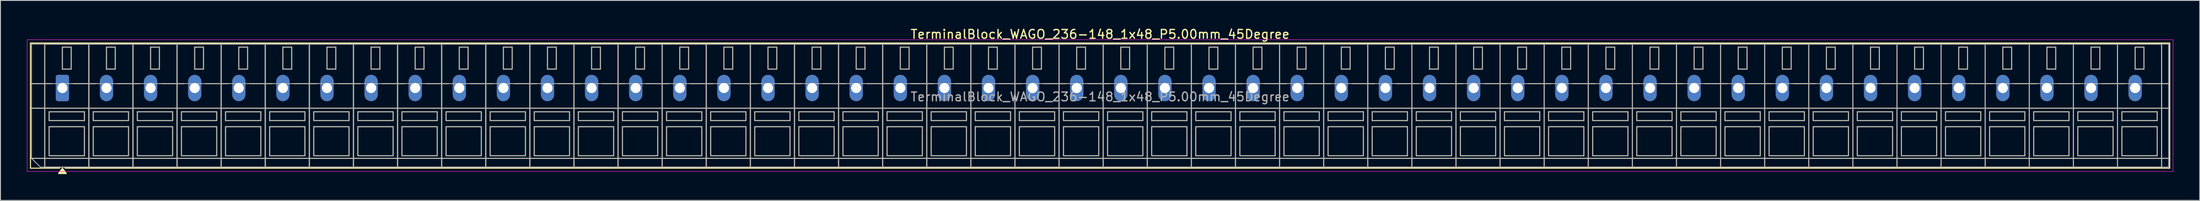
<source format=kicad_pcb>
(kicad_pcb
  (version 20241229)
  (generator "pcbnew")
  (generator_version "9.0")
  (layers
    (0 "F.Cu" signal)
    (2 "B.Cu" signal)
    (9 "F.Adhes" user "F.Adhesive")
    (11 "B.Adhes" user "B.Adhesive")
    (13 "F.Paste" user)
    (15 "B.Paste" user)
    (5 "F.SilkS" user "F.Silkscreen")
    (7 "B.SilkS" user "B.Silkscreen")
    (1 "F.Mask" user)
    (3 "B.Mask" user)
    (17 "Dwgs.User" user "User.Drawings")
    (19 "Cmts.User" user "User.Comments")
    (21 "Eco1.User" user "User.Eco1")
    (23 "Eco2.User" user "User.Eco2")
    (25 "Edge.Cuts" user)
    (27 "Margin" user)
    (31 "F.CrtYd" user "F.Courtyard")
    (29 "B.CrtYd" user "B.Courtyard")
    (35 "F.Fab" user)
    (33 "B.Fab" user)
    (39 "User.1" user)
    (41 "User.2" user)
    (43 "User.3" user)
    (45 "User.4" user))
  (footprint "TerminalBlock_WAGO_236-148_1x48_P5.00mm_45Degree"
    (layer "F.Cu")
    (at 4.025 6.968)
    (property "Reference" "TerminalBlock_WAGO_236-148_1x48_P5.00mm_45Degree" (at 117.65 -6.12 0) (layer "F.SilkS") (effects (font (size 1 1) (thickness 0.15))))
    (attr through_hole)
    (fp_line (start -3.62 -5.12) (end 238.92 -5.12) (stroke (width 0.12) (type solid)) (layer "F.SilkS"))
    (fp_line (start -3.62 -0.5) (end -1.23 -0.5) (stroke (width 0.12) (type solid)) (layer "F.SilkS"))
    (fp_line (start -3.62 2.3) (end 238.92 2.3) (stroke (width 0.12) (type solid)) (layer "F.SilkS"))
    (fp_line (start -3.62 8) (end 238.92 8) (stroke (width 0.12) (type solid)) (layer "F.SilkS"))
    (fp_line (start -3.62 9.12) (end -3.62 -5.12) (stroke (width 0.12) (type solid)) (layer "F.SilkS"))
    (fp_line (start -2 -5) (end 3 -5) (stroke (width 0.12) (type solid)) (layer "F.SilkS"))
    (fp_line (start -2 9) (end -2 -5) (stroke (width 0.12) (type solid)) (layer "F.SilkS"))
    (fp_line (start -1.5 2.7) (end 2.5 2.7) (stroke (width 0.12) (type solid)) (layer "F.SilkS"))
    (fp_line (start -1.5 3.7) (end -1.5 2.7) (stroke (width 0.12) (type solid)) (layer "F.SilkS"))
    (fp_line (start -1.5 4.4) (end 2.5 4.4) (stroke (width 0.12) (type solid)) (layer "F.SilkS"))
    (fp_line (start -1.5 7.7) (end -1.5 4.4) (stroke (width 0.12) (type solid)) (layer "F.SilkS"))
    (fp_line (start -0.3 9.12) (end -3.62 9.12) (stroke (width 0.12) (type solid)) (layer "F.SilkS"))
    (fp_line (start 0 -4.65) (end 1 -4.65) (stroke (width 0.12) (type solid)) (layer "F.SilkS"))
    (fp_line (start 0 -2.15) (end 0 -4.65) (stroke (width 0.12) (type solid)) (layer "F.SilkS"))
    (fp_line (start 1 -4.65) (end 1 -2.15) (stroke (width 0.12) (type solid)) (layer "F.SilkS"))
    (fp_line (start 1 -2.15) (end 0 -2.15) (stroke (width 0.12) (type solid)) (layer "F.SilkS"))
    (fp_line (start 1.23 -0.5) (end 3.77 -0.5) (stroke (width 0.12) (type solid)) (layer "F.SilkS"))
    (fp_line (start 2.5 2.7) (end 2.5 3.7) (stroke (width 0.12) (type solid)) (layer "F.SilkS"))
    (fp_line (start 2.5 3.7) (end -1.5 3.7) (stroke (width 0.12) (type solid)) (layer "F.SilkS"))
    (fp_line (start 2.5 4.4) (end 2.5 7.7) (stroke (width 0.12) (type solid)) (layer "F.SilkS"))
    (fp_line (start 2.5 7.7) (end -1.5 7.7) (stroke (width 0.12) (type solid)) (layer "F.SilkS"))
    (fp_line (start 3 -5) (end 3 9) (stroke (width 0.12) (type solid)) (layer "F.SilkS"))
    (fp_line (start 3 -5) (end 8 -5) (stroke (width 0.12) (type solid)) (layer "F.SilkS"))
    (fp_line (start 3 9) (end -2 9) (stroke (width 0.12) (type solid)) (layer "F.SilkS"))
    (fp_line (start 3 9) (end 3 -5) (stroke (width 0.12) (type solid)) (layer "F.SilkS"))
    (fp_line (start 3.5 2.7) (end 7.5 2.7) (stroke (width 0.12) (type solid)) (layer "F.SilkS"))
    (fp_line (start 3.5 3.7) (end 3.5 2.7) (stroke (width 0.12) (type solid)) (layer "F.SilkS"))
    (fp_line (start 3.5 4.4) (end 7.5 4.4) (stroke (width 0.12) (type solid)) (layer "F.SilkS"))
    (fp_line (start 3.5 7.7) (end 3.5 4.4) (stroke (width 0.12) (type solid)) (layer "F.SilkS"))
    (fp_line (start 5 -4.65) (end 6 -4.65) (stroke (width 0.12) (type solid)) (layer "F.SilkS"))
    (fp_line (start 5 -2.15) (end 5 -4.65) (stroke (width 0.12) (type solid)) (layer "F.SilkS"))
    (fp_line (start 6 -4.65) (end 6 -2.15) (stroke (width 0.12) (type solid)) (layer "F.SilkS"))
    (fp_line (start 6 -2.15) (end 5 -2.15) (stroke (width 0.12) (type solid)) (layer "F.SilkS"))
    (fp_line (start 6.23 -0.5) (end 8.77 -0.5) (stroke (width 0.12) (type solid)) (layer "F.SilkS"))
    (fp_line (start 7.5 2.7) (end 7.5 3.7) (stroke (width 0.12) (type solid)) (layer "F.SilkS"))
    (fp_line (start 7.5 3.7) (end 3.5 3.7) (stroke (width 0.12) (type solid)) (layer "F.SilkS"))
    (fp_line (start 7.5 4.4) (end 7.5 7.7) (stroke (width 0.12) (type solid)) (layer "F.SilkS"))
    (fp_line (start 7.5 7.7) (end 3.5 7.7) (stroke (width 0.12) (type solid)) (layer "F.SilkS"))
    (fp_line (start 8 -5) (end 8 9) (stroke (width 0.12) (type solid)) (layer "F.SilkS"))
    (fp_line (start 8 -5) (end 13 -5) (stroke (width 0.12) (type solid)) (layer "F.SilkS"))
    (fp_line (start 8 9) (end 3 9) (stroke (width 0.12) (type solid)) (layer "F.SilkS"))
    (fp_line (start 8 9) (end 8 -5) (stroke (width 0.12) (type solid)) (layer "F.SilkS"))
    (fp_line (start 8.5 2.7) (end 12.5 2.7) (stroke (width 0.12) (type solid)) (layer "F.SilkS"))
    (fp_line (start 8.5 3.7) (end 8.5 2.7) (stroke (width 0.12) (type solid)) (layer "F.SilkS"))
    (fp_line (start 8.5 4.4) (end 12.5 4.4) (stroke (width 0.12) (type solid)) (layer "F.SilkS"))
    (fp_line (start 8.5 7.7) (end 8.5 4.4) (stroke (width 0.12) (type solid)) (layer "F.SilkS"))
    (fp_line (start 10 -4.65) (end 11 -4.65) (stroke (width 0.12) (type solid)) (layer "F.SilkS"))
    (fp_line (start 10 -2.15) (end 10 -4.65) (stroke (width 0.12) (type solid)) (layer "F.SilkS"))
    (fp_line (start 11 -4.65) (end 11 -2.15) (stroke (width 0.12) (type solid)) (layer "F.SilkS"))
    (fp_line (start 11 -2.15) (end 10 -2.15) (stroke (width 0.12) (type solid)) (layer "F.SilkS"))
    (fp_line (start 11.23 -0.5) (end 13.77 -0.5) (stroke (width 0.12) (type solid)) (layer "F.SilkS"))
    (fp_line (start 12.5 2.7) (end 12.5 3.7) (stroke (width 0.12) (type solid)) (layer "F.SilkS"))
    (fp_line (start 12.5 3.7) (end 8.5 3.7) (stroke (width 0.12) (type solid)) (layer "F.SilkS"))
    (fp_line (start 12.5 4.4) (end 12.5 7.7) (stroke (width 0.12) (type solid)) (layer "F.SilkS"))
    (fp_line (start 12.5 7.7) (end 8.5 7.7) (stroke (width 0.12) (type solid)) (layer "F.SilkS"))
    (fp_line (start 13 -5) (end 13 9) (stroke (width 0.12) (type solid)) (layer "F.SilkS"))
    (fp_line (start 13 -5) (end 18 -5) (stroke (width 0.12) (type solid)) (layer "F.SilkS"))
    (fp_line (start 13 9) (end 8 9) (stroke (width 0.12) (type solid)) (layer "F.SilkS"))
    (fp_line (start 13 9) (end 13 -5) (stroke (width 0.12) (type solid)) (layer "F.SilkS"))
    (fp_line (start 13.5 2.7) (end 17.5 2.7) (stroke (width 0.12) (type solid)) (layer "F.SilkS"))
    (fp_line (start 13.5 3.7) (end 13.5 2.7) (stroke (width 0.12) (type solid)) (layer "F.SilkS"))
    (fp_line (start 13.5 4.4) (end 17.5 4.4) (stroke (width 0.12) (type solid)) (layer "F.SilkS"))
    (fp_line (start 13.5 7.7) (end 13.5 4.4) (stroke (width 0.12) (type solid)) (layer "F.SilkS"))
    (fp_line (start 15 -4.65) (end 16 -4.65) (stroke (width 0.12) (type solid)) (layer "F.SilkS"))
    (fp_line (start 15 -2.15) (end 15 -4.65) (stroke (width 0.12) (type solid)) (layer "F.SilkS"))
    (fp_line (start 16 -4.65) (end 16 -2.15) (stroke (width 0.12) (type solid)) (layer "F.SilkS"))
    (fp_line (start 16 -2.15) (end 15 -2.15) (stroke (width 0.12) (type solid)) (layer "F.SilkS"))
    (fp_line (start 16.23 -0.5) (end 18.77 -0.5) (stroke (width 0.12) (type solid)) (layer "F.SilkS"))
    (fp_line (start 17.5 2.7) (end 17.5 3.7) (stroke (width 0.12) (type solid)) (layer "F.SilkS"))
    (fp_line (start 17.5 3.7) (end 13.5 3.7) (stroke (width 0.12) (type solid)) (layer "F.SilkS"))
    (fp_line (start 17.5 4.4) (end 17.5 7.7) (stroke (width 0.12) (type solid)) (layer "F.SilkS"))
    (fp_line (start 17.5 7.7) (end 13.5 7.7) (stroke (width 0.12) (type solid)) (layer "F.SilkS"))
    (fp_line (start 18 -5) (end 18 9) (stroke (width 0.12) (type solid)) (layer "F.SilkS"))
    (fp_line (start 18 -5) (end 23 -5) (stroke (width 0.12) (type solid)) (layer "F.SilkS"))
    (fp_line (start 18 9) (end 13 9) (stroke (width 0.12) (type solid)) (layer "F.SilkS"))
    (fp_line (start 18 9) (end 18 -5) (stroke (width 0.12) (type solid)) (layer "F.SilkS"))
    (fp_line (start 18.5 2.7) (end 22.5 2.7) (stroke (width 0.12) (type solid)) (layer "F.SilkS"))
    (fp_line (start 18.5 3.7) (end 18.5 2.7) (stroke (width 0.12) (type solid)) (layer "F.SilkS"))
    (fp_line (start 18.5 4.4) (end 22.5 4.4) (stroke (width 0.12) (type solid)) (layer "F.SilkS"))
    (fp_line (start 18.5 7.7) (end 18.5 4.4) (stroke (width 0.12) (type solid)) (layer "F.SilkS"))
    (fp_line (start 20 -4.65) (end 21 -4.65) (stroke (width 0.12) (type solid)) (layer "F.SilkS"))
    (fp_line (start 20 -2.15) (end 20 -4.65) (stroke (width 0.12) (type solid)) (layer "F.SilkS"))
    (fp_line (start 21 -4.65) (end 21 -2.15) (stroke (width 0.12) (type solid)) (layer "F.SilkS"))
    (fp_line (start 21 -2.15) (end 20 -2.15) (stroke (width 0.12) (type solid)) (layer "F.SilkS"))
    (fp_line (start 21.23 -0.5) (end 23.77 -0.5) (stroke (width 0.12) (type solid)) (layer "F.SilkS"))
    (fp_line (start 22.5 2.7) (end 22.5 3.7) (stroke (width 0.12) (type solid)) (layer "F.SilkS"))
    (fp_line (start 22.5 3.7) (end 18.5 3.7) (stroke (width 0.12) (type solid)) (layer "F.SilkS"))
    (fp_line (start 22.5 4.4) (end 22.5 7.7) (stroke (width 0.12) (type solid)) (layer "F.SilkS"))
    (fp_line (start 22.5 7.7) (end 18.5 7.7) (stroke (width 0.12) (type solid)) (layer "F.SilkS"))
    (fp_line (start 23 -5) (end 23 9) (stroke (width 0.12) (type solid)) (layer "F.SilkS"))
    (fp_line (start 23 -5) (end 28 -5) (stroke (width 0.12) (type solid)) (layer "F.SilkS"))
    (fp_line (start 23 9) (end 18 9) (stroke (width 0.12) (type solid)) (layer "F.SilkS"))
    (fp_line (start 23 9) (end 23 -5) (stroke (width 0.12) (type solid)) (layer "F.SilkS"))
    (fp_line (start 23.5 2.7) (end 27.5 2.7) (stroke (width 0.12) (type solid)) (layer "F.SilkS"))
    (fp_line (start 23.5 3.7) (end 23.5 2.7) (stroke (width 0.12) (type solid)) (layer "F.SilkS"))
    (fp_line (start 23.5 4.4) (end 27.5 4.4) (stroke (width 0.12) (type solid)) (layer "F.SilkS"))
    (fp_line (start 23.5 7.7) (end 23.5 4.4) (stroke (width 0.12) (type solid)) (layer "F.SilkS"))
    (fp_line (start 25 -4.65) (end 26 -4.65) (stroke (width 0.12) (type solid)) (layer "F.SilkS"))
    (fp_line (start 25 -2.15) (end 25 -4.65) (stroke (width 0.12) (type solid)) (layer "F.SilkS"))
    (fp_line (start 26 -4.65) (end 26 -2.15) (stroke (width 0.12) (type solid)) (layer "F.SilkS"))
    (fp_line (start 26 -2.15) (end 25 -2.15) (stroke (width 0.12) (type solid)) (layer "F.SilkS"))
    (fp_line (start 26.23 -0.5) (end 28.77 -0.5) (stroke (width 0.12) (type solid)) (layer "F.SilkS"))
    (fp_line (start 27.5 2.7) (end 27.5 3.7) (stroke (width 0.12) (type solid)) (layer "F.SilkS"))
    (fp_line (start 27.5 3.7) (end 23.5 3.7) (stroke (width 0.12) (type solid)) (layer "F.SilkS"))
    (fp_line (start 27.5 4.4) (end 27.5 7.7) (stroke (width 0.12) (type solid)) (layer "F.SilkS"))
    (fp_line (start 27.5 7.7) (end 23.5 7.7) (stroke (width 0.12) (type solid)) (layer "F.SilkS"))
    (fp_line (start 28 -5) (end 28 9) (stroke (width 0.12) (type solid)) (layer "F.SilkS"))
    (fp_line (start 28 -5) (end 33 -5) (stroke (width 0.12) (type solid)) (layer "F.SilkS"))
    (fp_line (start 28 9) (end 23 9) (stroke (width 0.12) (type solid)) (layer "F.SilkS"))
    (fp_line (start 28 9) (end 28 -5) (stroke (width 0.12) (type solid)) (layer "F.SilkS"))
    (fp_line (start 28.5 2.7) (end 32.5 2.7) (stroke (width 0.12) (type solid)) (layer "F.SilkS"))
    (fp_line (start 28.5 3.7) (end 28.5 2.7) (stroke (width 0.12) (type solid)) (layer "F.SilkS"))
    (fp_line (start 28.5 4.4) (end 32.5 4.4) (stroke (width 0.12) (type solid)) (layer "F.SilkS"))
    (fp_line (start 28.5 7.7) (end 28.5 4.4) (stroke (width 0.12) (type solid)) (layer "F.SilkS"))
    (fp_line (start 30 -4.65) (end 31 -4.65) (stroke (width 0.12) (type solid)) (layer "F.SilkS"))
    (fp_line (start 30 -2.15) (end 30 -4.65) (stroke (width 0.12) (type solid)) (layer "F.SilkS"))
    (fp_line (start 31 -4.65) (end 31 -2.15) (stroke (width 0.12) (type solid)) (layer "F.SilkS"))
    (fp_line (start 31 -2.15) (end 30 -2.15) (stroke (width 0.12) (type solid)) (layer "F.SilkS"))
    (fp_line (start 31.23 -0.5) (end 33.77 -0.5) (stroke (width 0.12) (type solid)) (layer "F.SilkS"))
    (fp_line (start 32.5 2.7) (end 32.5 3.7) (stroke (width 0.12) (type solid)) (layer "F.SilkS"))
    (fp_line (start 32.5 3.7) (end 28.5 3.7) (stroke (width 0.12) (type solid)) (layer "F.SilkS"))
    (fp_line (start 32.5 4.4) (end 32.5 7.7) (stroke (width 0.12) (type solid)) (layer "F.SilkS"))
    (fp_line (start 32.5 7.7) (end 28.5 7.7) (stroke (width 0.12) (type solid)) (layer "F.SilkS"))
    (fp_line (start 33 -5) (end 33 9) (stroke (width 0.12) (type solid)) (layer "F.SilkS"))
    (fp_line (start 33 -5) (end 38 -5) (stroke (width 0.12) (type solid)) (layer "F.SilkS"))
    (fp_line (start 33 9) (end 28 9) (stroke (width 0.12) (type solid)) (layer "F.SilkS"))
    (fp_line (start 33 9) (end 33 -5) (stroke (width 0.12) (type solid)) (layer "F.SilkS"))
    (fp_line (start 33.5 2.7) (end 37.5 2.7) (stroke (width 0.12) (type solid)) (layer "F.SilkS"))
    (fp_line (start 33.5 3.7) (end 33.5 2.7) (stroke (width 0.12) (type solid)) (layer "F.SilkS"))
    (fp_line (start 33.5 4.4) (end 37.5 4.4) (stroke (width 0.12) (type solid)) (layer "F.SilkS"))
    (fp_line (start 33.5 7.7) (end 33.5 4.4) (stroke (width 0.12) (type solid)) (layer "F.SilkS"))
    (fp_line (start 35 -4.65) (end 36 -4.65) (stroke (width 0.12) (type solid)) (layer "F.SilkS"))
    (fp_line (start 35 -2.15) (end 35 -4.65) (stroke (width 0.12) (type solid)) (layer "F.SilkS"))
    (fp_line (start 36 -4.65) (end 36 -2.15) (stroke (width 0.12) (type solid)) (layer "F.SilkS"))
    (fp_line (start 36 -2.15) (end 35 -2.15) (stroke (width 0.12) (type solid)) (layer "F.SilkS"))
    (fp_line (start 36.23 -0.5) (end 38.77 -0.5) (stroke (width 0.12) (type solid)) (layer "F.SilkS"))
    (fp_line (start 37.5 2.7) (end 37.5 3.7) (stroke (width 0.12) (type solid)) (layer "F.SilkS"))
    (fp_line (start 37.5 3.7) (end 33.5 3.7) (stroke (width 0.12) (type solid)) (layer "F.SilkS"))
    (fp_line (start 37.5 4.4) (end 37.5 7.7) (stroke (width 0.12) (type solid)) (layer "F.SilkS"))
    (fp_line (start 37.5 7.7) (end 33.5 7.7) (stroke (width 0.12) (type solid)) (layer "F.SilkS"))
    (fp_line (start 38 -5) (end 38 9) (stroke (width 0.12) (type solid)) (layer "F.SilkS"))
    (fp_line (start 38 -5) (end 43 -5) (stroke (width 0.12) (type solid)) (layer "F.SilkS"))
    (fp_line (start 38 9) (end 33 9) (stroke (width 0.12) (type solid)) (layer "F.SilkS"))
    (fp_line (start 38 9) (end 38 -5) (stroke (width 0.12) (type solid)) (layer "F.SilkS"))
    (fp_line (start 38.5 2.7) (end 42.5 2.7) (stroke (width 0.12) (type solid)) (layer "F.SilkS"))
    (fp_line (start 38.5 3.7) (end 38.5 2.7) (stroke (width 0.12) (type solid)) (layer "F.SilkS"))
    (fp_line (start 38.5 4.4) (end 42.5 4.4) (stroke (width 0.12) (type solid)) (layer "F.SilkS"))
    (fp_line (start 38.5 7.7) (end 38.5 4.4) (stroke (width 0.12) (type solid)) (layer "F.SilkS"))
    (fp_line (start 40 -4.65) (end 41 -4.65) (stroke (width 0.12) (type solid)) (layer "F.SilkS"))
    (fp_line (start 40 -2.15) (end 40 -4.65) (stroke (width 0.12) (type solid)) (layer "F.SilkS"))
    (fp_line (start 41 -4.65) (end 41 -2.15) (stroke (width 0.12) (type solid)) (layer "F.SilkS"))
    (fp_line (start 41 -2.15) (end 40 -2.15) (stroke (width 0.12) (type solid)) (layer "F.SilkS"))
    (fp_line (start 41.23 -0.5) (end 43.77 -0.5) (stroke (width 0.12) (type solid)) (layer "F.SilkS"))
    (fp_line (start 42.5 2.7) (end 42.5 3.7) (stroke (width 0.12) (type solid)) (layer "F.SilkS"))
    (fp_line (start 42.5 3.7) (end 38.5 3.7) (stroke (width 0.12) (type solid)) (layer "F.SilkS"))
    (fp_line (start 42.5 4.4) (end 42.5 7.7) (stroke (width 0.12) (type solid)) (layer "F.SilkS"))
    (fp_line (start 42.5 7.7) (end 38.5 7.7) (stroke (width 0.12) (type solid)) (layer "F.SilkS"))
    (fp_line (start 43 -5) (end 43 9) (stroke (width 0.12) (type solid)) (layer "F.SilkS"))
    (fp_line (start 43 -5) (end 48 -5) (stroke (width 0.12) (type solid)) (layer "F.SilkS"))
    (fp_line (start 43 9) (end 38 9) (stroke (width 0.12) (type solid)) (layer "F.SilkS"))
    (fp_line (start 43 9) (end 43 -5) (stroke (width 0.12) (type solid)) (layer "F.SilkS"))
    (fp_line (start 43.5 2.7) (end 47.5 2.7) (stroke (width 0.12) (type solid)) (layer "F.SilkS"))
    (fp_line (start 43.5 3.7) (end 43.5 2.7) (stroke (width 0.12) (type solid)) (layer "F.SilkS"))
    (fp_line (start 43.5 4.4) (end 47.5 4.4) (stroke (width 0.12) (type solid)) (layer "F.SilkS"))
    (fp_line (start 43.5 7.7) (end 43.5 4.4) (stroke (width 0.12) (type solid)) (layer "F.SilkS"))
    (fp_line (start 45 -4.65) (end 46 -4.65) (stroke (width 0.12) (type solid)) (layer "F.SilkS"))
    (fp_line (start 45 -2.15) (end 45 -4.65) (stroke (width 0.12) (type solid)) (layer "F.SilkS"))
    (fp_line (start 46 -4.65) (end 46 -2.15) (stroke (width 0.12) (type solid)) (layer "F.SilkS"))
    (fp_line (start 46 -2.15) (end 45 -2.15) (stroke (width 0.12) (type solid)) (layer "F.SilkS"))
    (fp_line (start 46.23 -0.5) (end 48.77 -0.5) (stroke (width 0.12) (type solid)) (layer "F.SilkS"))
    (fp_line (start 47.5 2.7) (end 47.5 3.7) (stroke (width 0.12) (type solid)) (layer "F.SilkS"))
    (fp_line (start 47.5 3.7) (end 43.5 3.7) (stroke (width 0.12) (type solid)) (layer "F.SilkS"))
    (fp_line (start 47.5 4.4) (end 47.5 7.7) (stroke (width 0.12) (type solid)) (layer "F.SilkS"))
    (fp_line (start 47.5 7.7) (end 43.5 7.7) (stroke (width 0.12) (type solid)) (layer "F.SilkS"))
    (fp_line (start 48 -5) (end 48 9) (stroke (width 0.12) (type solid)) (layer "F.SilkS"))
    (fp_line (start 48 -5) (end 53 -5) (stroke (width 0.12) (type solid)) (layer "F.SilkS"))
    (fp_line (start 48 9) (end 43 9) (stroke (width 0.12) (type solid)) (layer "F.SilkS"))
    (fp_line (start 48 9) (end 48 -5) (stroke (width 0.12) (type solid)) (layer "F.SilkS"))
    (fp_line (start 48.5 2.7) (end 52.5 2.7) (stroke (width 0.12) (type solid)) (layer "F.SilkS"))
    (fp_line (start 48.5 3.7) (end 48.5 2.7) (stroke (width 0.12) (type solid)) (layer "F.SilkS"))
    (fp_line (start 48.5 4.4) (end 52.5 4.4) (stroke (width 0.12) (type solid)) (layer "F.SilkS"))
    (fp_line (start 48.5 7.7) (end 48.5 4.4) (stroke (width 0.12) (type solid)) (layer "F.SilkS"))
    (fp_line (start 50 -4.65) (end 51 -4.65) (stroke (width 0.12) (type solid)) (layer "F.SilkS"))
    (fp_line (start 50 -2.15) (end 50 -4.65) (stroke (width 0.12) (type solid)) (layer "F.SilkS"))
    (fp_line (start 51 -4.65) (end 51 -2.15) (stroke (width 0.12) (type solid)) (layer "F.SilkS"))
    (fp_line (start 51 -2.15) (end 50 -2.15) (stroke (width 0.12) (type solid)) (layer "F.SilkS"))
    (fp_line (start 51.23 -0.5) (end 53.77 -0.5) (stroke (width 0.12) (type solid)) (layer "F.SilkS"))
    (fp_line (start 52.5 2.7) (end 52.5 3.7) (stroke (width 0.12) (type solid)) (layer "F.SilkS"))
    (fp_line (start 52.5 3.7) (end 48.5 3.7) (stroke (width 0.12) (type solid)) (layer "F.SilkS"))
    (fp_line (start 52.5 4.4) (end 52.5 7.7) (stroke (width 0.12) (type solid)) (layer "F.SilkS"))
    (fp_line (start 52.5 7.7) (end 48.5 7.7) (stroke (width 0.12) (type solid)) (layer "F.SilkS"))
    (fp_line (start 53 -5) (end 53 9) (stroke (width 0.12) (type solid)) (layer "F.SilkS"))
    (fp_line (start 53 -5) (end 58 -5) (stroke (width 0.12) (type solid)) (layer "F.SilkS"))
    (fp_line (start 53 9) (end 48 9) (stroke (width 0.12) (type solid)) (layer "F.SilkS"))
    (fp_line (start 53 9) (end 53 -5) (stroke (width 0.12) (type solid)) (layer "F.SilkS"))
    (fp_line (start 53.5 2.7) (end 57.5 2.7) (stroke (width 0.12) (type solid)) (layer "F.SilkS"))
    (fp_line (start 53.5 3.7) (end 53.5 2.7) (stroke (width 0.12) (type solid)) (layer "F.SilkS"))
    (fp_line (start 53.5 4.4) (end 57.5 4.4) (stroke (width 0.12) (type solid)) (layer "F.SilkS"))
    (fp_line (start 53.5 7.7) (end 53.5 4.4) (stroke (width 0.12) (type solid)) (layer "F.SilkS"))
    (fp_line (start 55 -4.65) (end 56 -4.65) (stroke (width 0.12) (type solid)) (layer "F.SilkS"))
    (fp_line (start 55 -2.15) (end 55 -4.65) (stroke (width 0.12) (type solid)) (layer "F.SilkS"))
    (fp_line (start 56 -4.65) (end 56 -2.15) (stroke (width 0.12) (type solid)) (layer "F.SilkS"))
    (fp_line (start 56 -2.15) (end 55 -2.15) (stroke (width 0.12) (type solid)) (layer "F.SilkS"))
    (fp_line (start 56.23 -0.5) (end 58.77 -0.5) (stroke (width 0.12) (type solid)) (layer "F.SilkS"))
    (fp_line (start 57.5 2.7) (end 57.5 3.7) (stroke (width 0.12) (type solid)) (layer "F.SilkS"))
    (fp_line (start 57.5 3.7) (end 53.5 3.7) (stroke (width 0.12) (type solid)) (layer "F.SilkS"))
    (fp_line (start 57.5 4.4) (end 57.5 7.7) (stroke (width 0.12) (type solid)) (layer "F.SilkS"))
    (fp_line (start 57.5 7.7) (end 53.5 7.7) (stroke (width 0.12) (type solid)) (layer "F.SilkS"))
    (fp_line (start 58 -5) (end 58 9) (stroke (width 0.12) (type solid)) (layer "F.SilkS"))
    (fp_line (start 58 -5) (end 63 -5) (stroke (width 0.12) (type solid)) (layer "F.SilkS"))
    (fp_line (start 58 9) (end 53 9) (stroke (width 0.12) (type solid)) (layer "F.SilkS"))
    (fp_line (start 58 9) (end 58 -5) (stroke (width 0.12) (type solid)) (layer "F.SilkS"))
    (fp_line (start 58.5 2.7) (end 62.5 2.7) (stroke (width 0.12) (type solid)) (layer "F.SilkS"))
    (fp_line (start 58.5 3.7) (end 58.5 2.7) (stroke (width 0.12) (type solid)) (layer "F.SilkS"))
    (fp_line (start 58.5 4.4) (end 62.5 4.4) (stroke (width 0.12) (type solid)) (layer "F.SilkS"))
    (fp_line (start 58.5 7.7) (end 58.5 4.4) (stroke (width 0.12) (type solid)) (layer "F.SilkS"))
    (fp_line (start 60 -4.65) (end 61 -4.65) (stroke (width 0.12) (type solid)) (layer "F.SilkS"))
    (fp_line (start 60 -2.15) (end 60 -4.65) (stroke (width 0.12) (type solid)) (layer "F.SilkS"))
    (fp_line (start 61 -4.65) (end 61 -2.15) (stroke (width 0.12) (type solid)) (layer "F.SilkS"))
    (fp_line (start 61 -2.15) (end 60 -2.15) (stroke (width 0.12) (type solid)) (layer "F.SilkS"))
    (fp_line (start 61.23 -0.5) (end 63.77 -0.5) (stroke (width 0.12) (type solid)) (layer "F.SilkS"))
    (fp_line (start 62.5 2.7) (end 62.5 3.7) (stroke (width 0.12) (type solid)) (layer "F.SilkS"))
    (fp_line (start 62.5 3.7) (end 58.5 3.7) (stroke (width 0.12) (type solid)) (layer "F.SilkS"))
    (fp_line (start 62.5 4.4) (end 62.5 7.7) (stroke (width 0.12) (type solid)) (layer "F.SilkS"))
    (fp_line (start 62.5 7.7) (end 58.5 7.7) (stroke (width 0.12) (type solid)) (layer "F.SilkS"))
    (fp_line (start 63 -5) (end 63 9) (stroke (width 0.12) (type solid)) (layer "F.SilkS"))
    (fp_line (start 63 -5) (end 68 -5) (stroke (width 0.12) (type solid)) (layer "F.SilkS"))
    (fp_line (start 63 9) (end 58 9) (stroke (width 0.12) (type solid)) (layer "F.SilkS"))
    (fp_line (start 63 9) (end 63 -5) (stroke (width 0.12) (type solid)) (layer "F.SilkS"))
    (fp_line (start 63.5 2.7) (end 67.5 2.7) (stroke (width 0.12) (type solid)) (layer "F.SilkS"))
    (fp_line (start 63.5 3.7) (end 63.5 2.7) (stroke (width 0.12) (type solid)) (layer "F.SilkS"))
    (fp_line (start 63.5 4.4) (end 67.5 4.4) (stroke (width 0.12) (type solid)) (layer "F.SilkS"))
    (fp_line (start 63.5 7.7) (end 63.5 4.4) (stroke (width 0.12) (type solid)) (layer "F.SilkS"))
    (fp_line (start 65 -4.65) (end 66 -4.65) (stroke (width 0.12) (type solid)) (layer "F.SilkS"))
    (fp_line (start 65 -2.15) (end 65 -4.65) (stroke (width 0.12) (type solid)) (layer "F.SilkS"))
    (fp_line (start 66 -4.65) (end 66 -2.15) (stroke (width 0.12) (type solid)) (layer "F.SilkS"))
    (fp_line (start 66 -2.15) (end 65 -2.15) (stroke (width 0.12) (type solid)) (layer "F.SilkS"))
    (fp_line (start 66.23 -0.5) (end 68.77 -0.5) (stroke (width 0.12) (type solid)) (layer "F.SilkS"))
    (fp_line (start 67.5 2.7) (end 67.5 3.7) (stroke (width 0.12) (type solid)) (layer "F.SilkS"))
    (fp_line (start 67.5 3.7) (end 63.5 3.7) (stroke (width 0.12) (type solid)) (layer "F.SilkS"))
    (fp_line (start 67.5 4.4) (end 67.5 7.7) (stroke (width 0.12) (type solid)) (layer "F.SilkS"))
    (fp_line (start 67.5 7.7) (end 63.5 7.7) (stroke (width 0.12) (type solid)) (layer "F.SilkS"))
    (fp_line (start 68 -5) (end 68 9) (stroke (width 0.12) (type solid)) (layer "F.SilkS"))
    (fp_line (start 68 -5) (end 73 -5) (stroke (width 0.12) (type solid)) (layer "F.SilkS"))
    (fp_line (start 68 9) (end 63 9) (stroke (width 0.12) (type solid)) (layer "F.SilkS"))
    (fp_line (start 68 9) (end 68 -5) (stroke (width 0.12) (type solid)) (layer "F.SilkS"))
    (fp_line (start 68.5 2.7) (end 72.5 2.7) (stroke (width 0.12) (type solid)) (layer "F.SilkS"))
    (fp_line (start 68.5 3.7) (end 68.5 2.7) (stroke (width 0.12) (type solid)) (layer "F.SilkS"))
    (fp_line (start 68.5 4.4) (end 72.5 4.4) (stroke (width 0.12) (type solid)) (layer "F.SilkS"))
    (fp_line (start 68.5 7.7) (end 68.5 4.4) (stroke (width 0.12) (type solid)) (layer "F.SilkS"))
    (fp_line (start 70 -4.65) (end 71 -4.65) (stroke (width 0.12) (type solid)) (layer "F.SilkS"))
    (fp_line (start 70 -2.15) (end 70 -4.65) (stroke (width 0.12) (type solid)) (layer "F.SilkS"))
    (fp_line (start 71 -4.65) (end 71 -2.15) (stroke (width 0.12) (type solid)) (layer "F.SilkS"))
    (fp_line (start 71 -2.15) (end 70 -2.15) (stroke (width 0.12) (type solid)) (layer "F.SilkS"))
    (fp_line (start 71.23 -0.5) (end 73.77 -0.5) (stroke (width 0.12) (type solid)) (layer "F.SilkS"))
    (fp_line (start 72.5 2.7) (end 72.5 3.7) (stroke (width 0.12) (type solid)) (layer "F.SilkS"))
    (fp_line (start 72.5 3.7) (end 68.5 3.7) (stroke (width 0.12) (type solid)) (layer "F.SilkS"))
    (fp_line (start 72.5 4.4) (end 72.5 7.7) (stroke (width 0.12) (type solid)) (layer "F.SilkS"))
    (fp_line (start 72.5 7.7) (end 68.5 7.7) (stroke (width 0.12) (type solid)) (layer "F.SilkS"))
    (fp_line (start 73 -5) (end 73 9) (stroke (width 0.12) (type solid)) (layer "F.SilkS"))
    (fp_line (start 73 -5) (end 78 -5) (stroke (width 0.12) (type solid)) (layer "F.SilkS"))
    (fp_line (start 73 9) (end 68 9) (stroke (width 0.12) (type solid)) (layer "F.SilkS"))
    (fp_line (start 73 9) (end 73 -5) (stroke (width 0.12) (type solid)) (layer "F.SilkS"))
    (fp_line (start 73.5 2.7) (end 77.5 2.7) (stroke (width 0.12) (type solid)) (layer "F.SilkS"))
    (fp_line (start 73.5 3.7) (end 73.5 2.7) (stroke (width 0.12) (type solid)) (layer "F.SilkS"))
    (fp_line (start 73.5 4.4) (end 77.5 4.4) (stroke (width 0.12) (type solid)) (layer "F.SilkS"))
    (fp_line (start 73.5 7.7) (end 73.5 4.4) (stroke (width 0.12) (type solid)) (layer "F.SilkS"))
    (fp_line (start 75 -4.65) (end 76 -4.65) (stroke (width 0.12) (type solid)) (layer "F.SilkS"))
    (fp_line (start 75 -2.15) (end 75 -4.65) (stroke (width 0.12) (type solid)) (layer "F.SilkS"))
    (fp_line (start 76 -4.65) (end 76 -2.15) (stroke (width 0.12) (type solid)) (layer "F.SilkS"))
    (fp_line (start 76 -2.15) (end 75 -2.15) (stroke (width 0.12) (type solid)) (layer "F.SilkS"))
    (fp_line (start 76.23 -0.5) (end 78.77 -0.5) (stroke (width 0.12) (type solid)) (layer "F.SilkS"))
    (fp_line (start 77.5 2.7) (end 77.5 3.7) (stroke (width 0.12) (type solid)) (layer "F.SilkS"))
    (fp_line (start 77.5 3.7) (end 73.5 3.7) (stroke (width 0.12) (type solid)) (layer "F.SilkS"))
    (fp_line (start 77.5 4.4) (end 77.5 7.7) (stroke (width 0.12) (type solid)) (layer "F.SilkS"))
    (fp_line (start 77.5 7.7) (end 73.5 7.7) (stroke (width 0.12) (type solid)) (layer "F.SilkS"))
    (fp_line (start 78 -5) (end 78 9) (stroke (width 0.12) (type solid)) (layer "F.SilkS"))
    (fp_line (start 78 -5) (end 83 -5) (stroke (width 0.12) (type solid)) (layer "F.SilkS"))
    (fp_line (start 78 9) (end 73 9) (stroke (width 0.12) (type solid)) (layer "F.SilkS"))
    (fp_line (start 78 9) (end 78 -5) (stroke (width 0.12) (type solid)) (layer "F.SilkS"))
    (fp_line (start 78.5 2.7) (end 82.5 2.7) (stroke (width 0.12) (type solid)) (layer "F.SilkS"))
    (fp_line (start 78.5 3.7) (end 78.5 2.7) (stroke (width 0.12) (type solid)) (layer "F.SilkS"))
    (fp_line (start 78.5 4.4) (end 82.5 4.4) (stroke (width 0.12) (type solid)) (layer "F.SilkS"))
    (fp_line (start 78.5 7.7) (end 78.5 4.4) (stroke (width 0.12) (type solid)) (layer "F.SilkS"))
    (fp_line (start 80 -4.65) (end 81 -4.65) (stroke (width 0.12) (type solid)) (layer "F.SilkS"))
    (fp_line (start 80 -2.15) (end 80 -4.65) (stroke (width 0.12) (type solid)) (layer "F.SilkS"))
    (fp_line (start 81 -4.65) (end 81 -2.15) (stroke (width 0.12) (type solid)) (layer "F.SilkS"))
    (fp_line (start 81 -2.15) (end 80 -2.15) (stroke (width 0.12) (type solid)) (layer "F.SilkS"))
    (fp_line (start 81.23 -0.5) (end 83.77 -0.5) (stroke (width 0.12) (type solid)) (layer "F.SilkS"))
    (fp_line (start 82.5 2.7) (end 82.5 3.7) (stroke (width 0.12) (type solid)) (layer "F.SilkS"))
    (fp_line (start 82.5 3.7) (end 78.5 3.7) (stroke (width 0.12) (type solid)) (layer "F.SilkS"))
    (fp_line (start 82.5 4.4) (end 82.5 7.7) (stroke (width 0.12) (type solid)) (layer "F.SilkS"))
    (fp_line (start 82.5 7.7) (end 78.5 7.7) (stroke (width 0.12) (type solid)) (layer "F.SilkS"))
    (fp_line (start 83 -5) (end 83 9) (stroke (width 0.12) (type solid)) (layer "F.SilkS"))
    (fp_line (start 83 -5) (end 88 -5) (stroke (width 0.12) (type solid)) (layer "F.SilkS"))
    (fp_line (start 83 9) (end 78 9) (stroke (width 0.12) (type solid)) (layer "F.SilkS"))
    (fp_line (start 83 9) (end 83 -5) (stroke (width 0.12) (type solid)) (layer "F.SilkS"))
    (fp_line (start 83.5 2.7) (end 87.5 2.7) (stroke (width 0.12) (type solid)) (layer "F.SilkS"))
    (fp_line (start 83.5 3.7) (end 83.5 2.7) (stroke (width 0.12) (type solid)) (layer "F.SilkS"))
    (fp_line (start 83.5 4.4) (end 87.5 4.4) (stroke (width 0.12) (type solid)) (layer "F.SilkS"))
    (fp_line (start 83.5 7.7) (end 83.5 4.4) (stroke (width 0.12) (type solid)) (layer "F.SilkS"))
    (fp_line (start 85 -4.65) (end 86 -4.65) (stroke (width 0.12) (type solid)) (layer "F.SilkS"))
    (fp_line (start 85 -2.15) (end 85 -4.65) (stroke (width 0.12) (type solid)) (layer "F.SilkS"))
    (fp_line (start 86 -4.65) (end 86 -2.15) (stroke (width 0.12) (type solid)) (layer "F.SilkS"))
    (fp_line (start 86 -2.15) (end 85 -2.15) (stroke (width 0.12) (type solid)) (layer "F.SilkS"))
    (fp_line (start 86.23 -0.5) (end 88.77 -0.5) (stroke (width 0.12) (type solid)) (layer "F.SilkS"))
    (fp_line (start 87.5 2.7) (end 87.5 3.7) (stroke (width 0.12) (type solid)) (layer "F.SilkS"))
    (fp_line (start 87.5 3.7) (end 83.5 3.7) (stroke (width 0.12) (type solid)) (layer "F.SilkS"))
    (fp_line (start 87.5 4.4) (end 87.5 7.7) (stroke (width 0.12) (type solid)) (layer "F.SilkS"))
    (fp_line (start 87.5 7.7) (end 83.5 7.7) (stroke (width 0.12) (type solid)) (layer "F.SilkS"))
    (fp_line (start 88 -5) (end 88 9) (stroke (width 0.12) (type solid)) (layer "F.SilkS"))
    (fp_line (start 88 -5) (end 93 -5) (stroke (width 0.12) (type solid)) (layer "F.SilkS"))
    (fp_line (start 88 9) (end 83 9) (stroke (width 0.12) (type solid)) (layer "F.SilkS"))
    (fp_line (start 88 9) (end 88 -5) (stroke (width 0.12) (type solid)) (layer "F.SilkS"))
    (fp_line (start 88.5 2.7) (end 92.5 2.7) (stroke (width 0.12) (type solid)) (layer "F.SilkS"))
    (fp_line (start 88.5 3.7) (end 88.5 2.7) (stroke (width 0.12) (type solid)) (layer "F.SilkS"))
    (fp_line (start 88.5 4.4) (end 92.5 4.4) (stroke (width 0.12) (type solid)) (layer "F.SilkS"))
    (fp_line (start 88.5 7.7) (end 88.5 4.4) (stroke (width 0.12) (type solid)) (layer "F.SilkS"))
    (fp_line (start 90 -4.65) (end 91 -4.65) (stroke (width 0.12) (type solid)) (layer "F.SilkS"))
    (fp_line (start 90 -2.15) (end 90 -4.65) (stroke (width 0.12) (type solid)) (layer "F.SilkS"))
    (fp_line (start 91 -4.65) (end 91 -2.15) (stroke (width 0.12) (type solid)) (layer "F.SilkS"))
    (fp_line (start 91 -2.15) (end 90 -2.15) (stroke (width 0.12) (type solid)) (layer "F.SilkS"))
    (fp_line (start 91.23 -0.5) (end 93.77 -0.5) (stroke (width 0.12) (type solid)) (layer "F.SilkS"))
    (fp_line (start 92.5 2.7) (end 92.5 3.7) (stroke (width 0.12) (type solid)) (layer "F.SilkS"))
    (fp_line (start 92.5 3.7) (end 88.5 3.7) (stroke (width 0.12) (type solid)) (layer "F.SilkS"))
    (fp_line (start 92.5 4.4) (end 92.5 7.7) (stroke (width 0.12) (type solid)) (layer "F.SilkS"))
    (fp_line (start 92.5 7.7) (end 88.5 7.7) (stroke (width 0.12) (type solid)) (layer "F.SilkS"))
    (fp_line (start 93 -5) (end 93 9) (stroke (width 0.12) (type solid)) (layer "F.SilkS"))
    (fp_line (start 93 -5) (end 98 -5) (stroke (width 0.12) (type solid)) (layer "F.SilkS"))
    (fp_line (start 93 9) (end 88 9) (stroke (width 0.12) (type solid)) (layer "F.SilkS"))
    (fp_line (start 93 9) (end 93 -5) (stroke (width 0.12) (type solid)) (layer "F.SilkS"))
    (fp_line (start 93.5 2.7) (end 97.5 2.7) (stroke (width 0.12) (type solid)) (layer "F.SilkS"))
    (fp_line (start 93.5 3.7) (end 93.5 2.7) (stroke (width 0.12) (type solid)) (layer "F.SilkS"))
    (fp_line (start 93.5 4.4) (end 97.5 4.4) (stroke (width 0.12) (type solid)) (layer "F.SilkS"))
    (fp_line (start 93.5 7.7) (end 93.5 4.4) (stroke (width 0.12) (type solid)) (layer "F.SilkS"))
    (fp_line (start 95 -4.65) (end 96 -4.65) (stroke (width 0.12) (type solid)) (layer "F.SilkS"))
    (fp_line (start 95 -2.15) (end 95 -4.65) (stroke (width 0.12) (type solid)) (layer "F.SilkS"))
    (fp_line (start 96 -4.65) (end 96 -2.15) (stroke (width 0.12) (type solid)) (layer "F.SilkS"))
    (fp_line (start 96 -2.15) (end 95 -2.15) (stroke (width 0.12) (type solid)) (layer "F.SilkS"))
    (fp_line (start 96.23 -0.5) (end 98.77 -0.5) (stroke (width 0.12) (type solid)) (layer "F.SilkS"))
    (fp_line (start 97.5 2.7) (end 97.5 3.7) (stroke (width 0.12) (type solid)) (layer "F.SilkS"))
    (fp_line (start 97.5 3.7) (end 93.5 3.7) (stroke (width 0.12) (type solid)) (layer "F.SilkS"))
    (fp_line (start 97.5 4.4) (end 97.5 7.7) (stroke (width 0.12) (type solid)) (layer "F.SilkS"))
    (fp_line (start 97.5 7.7) (end 93.5 7.7) (stroke (width 0.12) (type solid)) (layer "F.SilkS"))
    (fp_line (start 98 -5) (end 98 9) (stroke (width 0.12) (type solid)) (layer "F.SilkS"))
    (fp_line (start 98 -5) (end 103 -5) (stroke (width 0.12) (type solid)) (layer "F.SilkS"))
    (fp_line (start 98 9) (end 93 9) (stroke (width 0.12) (type solid)) (layer "F.SilkS"))
    (fp_line (start 98 9) (end 98 -5) (stroke (width 0.12) (type solid)) (layer "F.SilkS"))
    (fp_line (start 98.5 2.7) (end 102.5 2.7) (stroke (width 0.12) (type solid)) (layer "F.SilkS"))
    (fp_line (start 98.5 3.7) (end 98.5 2.7) (stroke (width 0.12) (type solid)) (layer "F.SilkS"))
    (fp_line (start 98.5 4.4) (end 102.5 4.4) (stroke (width 0.12) (type solid)) (layer "F.SilkS"))
    (fp_line (start 98.5 7.7) (end 98.5 4.4) (stroke (width 0.12) (type solid)) (layer "F.SilkS"))
    (fp_line (start 100 -4.65) (end 101 -4.65) (stroke (width 0.12) (type solid)) (layer "F.SilkS"))
    (fp_line (start 100 -2.15) (end 100 -4.65) (stroke (width 0.12) (type solid)) (layer "F.SilkS"))
    (fp_line (start 101 -4.65) (end 101 -2.15) (stroke (width 0.12) (type solid)) (layer "F.SilkS"))
    (fp_line (start 101 -2.15) (end 100 -2.15) (stroke (width 0.12) (type solid)) (layer "F.SilkS"))
    (fp_line (start 101.23 -0.5) (end 103.77 -0.5) (stroke (width 0.12) (type solid)) (layer "F.SilkS"))
    (fp_line (start 102.5 2.7) (end 102.5 3.7) (stroke (width 0.12) (type solid)) (layer "F.SilkS"))
    (fp_line (start 102.5 3.7) (end 98.5 3.7) (stroke (width 0.12) (type solid)) (layer "F.SilkS"))
    (fp_line (start 102.5 4.4) (end 102.5 7.7) (stroke (width 0.12) (type solid)) (layer "F.SilkS"))
    (fp_line (start 102.5 7.7) (end 98.5 7.7) (stroke (width 0.12) (type solid)) (layer "F.SilkS"))
    (fp_line (start 103 -5) (end 103 9) (stroke (width 0.12) (type solid)) (layer "F.SilkS"))
    (fp_line (start 103 -5) (end 108 -5) (stroke (width 0.12) (type solid)) (layer "F.SilkS"))
    (fp_line (start 103 9) (end 98 9) (stroke (width 0.12) (type solid)) (layer "F.SilkS"))
    (fp_line (start 103 9) (end 103 -5) (stroke (width 0.12) (type solid)) (layer "F.SilkS"))
    (fp_line (start 103.5 2.7) (end 107.5 2.7) (stroke (width 0.12) (type solid)) (layer "F.SilkS"))
    (fp_line (start 103.5 3.7) (end 103.5 2.7) (stroke (width 0.12) (type solid)) (layer "F.SilkS"))
    (fp_line (start 103.5 4.4) (end 107.5 4.4) (stroke (width 0.12) (type solid)) (layer "F.SilkS"))
    (fp_line (start 103.5 7.7) (end 103.5 4.4) (stroke (width 0.12) (type solid)) (layer "F.SilkS"))
    (fp_line (start 105 -4.65) (end 106 -4.65) (stroke (width 0.12) (type solid)) (layer "F.SilkS"))
    (fp_line (start 105 -2.15) (end 105 -4.65) (stroke (width 0.12) (type solid)) (layer "F.SilkS"))
    (fp_line (start 106 -4.65) (end 106 -2.15) (stroke (width 0.12) (type solid)) (layer "F.SilkS"))
    (fp_line (start 106 -2.15) (end 105 -2.15) (stroke (width 0.12) (type solid)) (layer "F.SilkS"))
    (fp_line (start 106.23 -0.5) (end 108.77 -0.5) (stroke (width 0.12) (type solid)) (layer "F.SilkS"))
    (fp_line (start 107.5 2.7) (end 107.5 3.7) (stroke (width 0.12) (type solid)) (layer "F.SilkS"))
    (fp_line (start 107.5 3.7) (end 103.5 3.7) (stroke (width 0.12) (type solid)) (layer "F.SilkS"))
    (fp_line (start 107.5 4.4) (end 107.5 7.7) (stroke (width 0.12) (type solid)) (layer "F.SilkS"))
    (fp_line (start 107.5 7.7) (end 103.5 7.7) (stroke (width 0.12) (type solid)) (layer "F.SilkS"))
    (fp_line (start 108 -5) (end 108 9) (stroke (width 0.12) (type solid)) (layer "F.SilkS"))
    (fp_line (start 108 -5) (end 113 -5) (stroke (width 0.12) (type solid)) (layer "F.SilkS"))
    (fp_line (start 108 9) (end 103 9) (stroke (width 0.12) (type solid)) (layer "F.SilkS"))
    (fp_line (start 108 9) (end 108 -5) (stroke (width 0.12) (type solid)) (layer "F.SilkS"))
    (fp_line (start 108.5 2.7) (end 112.5 2.7) (stroke (width 0.12) (type solid)) (layer "F.SilkS"))
    (fp_line (start 108.5 3.7) (end 108.5 2.7) (stroke (width 0.12) (type solid)) (layer "F.SilkS"))
    (fp_line (start 108.5 4.4) (end 112.5 4.4) (stroke (width 0.12) (type solid)) (layer "F.SilkS"))
    (fp_line (start 108.5 7.7) (end 108.5 4.4) (stroke (width 0.12) (type solid)) (layer "F.SilkS"))
    (fp_line (start 110 -4.65) (end 111 -4.65) (stroke (width 0.12) (type solid)) (layer "F.SilkS"))
    (fp_line (start 110 -2.15) (end 110 -4.65) (stroke (width 0.12) (type solid)) (layer "F.SilkS"))
    (fp_line (start 111 -4.65) (end 111 -2.15) (stroke (width 0.12) (type solid)) (layer "F.SilkS"))
    (fp_line (start 111 -2.15) (end 110 -2.15) (stroke (width 0.12) (type solid)) (layer "F.SilkS"))
    (fp_line (start 111.23 -0.5) (end 113.77 -0.5) (stroke (width 0.12) (type solid)) (layer "F.SilkS"))
    (fp_line (start 112.5 2.7) (end 112.5 3.7) (stroke (width 0.12) (type solid)) (layer "F.SilkS"))
    (fp_line (start 112.5 3.7) (end 108.5 3.7) (stroke (width 0.12) (type solid)) (layer "F.SilkS"))
    (fp_line (start 112.5 4.4) (end 112.5 7.7) (stroke (width 0.12) (type solid)) (layer "F.SilkS"))
    (fp_line (start 112.5 7.7) (end 108.5 7.7) (stroke (width 0.12) (type solid)) (layer "F.SilkS"))
    (fp_line (start 113 -5) (end 113 9) (stroke (width 0.12) (type solid)) (layer "F.SilkS"))
    (fp_line (start 113 -5) (end 118 -5) (stroke (width 0.12) (type solid)) (layer "F.SilkS"))
    (fp_line (start 113 9) (end 108 9) (stroke (width 0.12) (type solid)) (layer "F.SilkS"))
    (fp_line (start 113 9) (end 113 -5) (stroke (width 0.12) (type solid)) (layer "F.SilkS"))
    (fp_line (start 113.5 2.7) (end 117.5 2.7) (stroke (width 0.12) (type solid)) (layer "F.SilkS"))
    (fp_line (start 113.5 3.7) (end 113.5 2.7) (stroke (width 0.12) (type solid)) (layer "F.SilkS"))
    (fp_line (start 113.5 4.4) (end 117.5 4.4) (stroke (width 0.12) (type solid)) (layer "F.SilkS"))
    (fp_line (start 113.5 7.7) (end 113.5 4.4) (stroke (width 0.12) (type solid)) (layer "F.SilkS"))
    (fp_line (start 115 -4.65) (end 116 -4.65) (stroke (width 0.12) (type solid)) (layer "F.SilkS"))
    (fp_line (start 115 -2.15) (end 115 -4.65) (stroke (width 0.12) (type solid)) (layer "F.SilkS"))
    (fp_line (start 116 -4.65) (end 116 -2.15) (stroke (width 0.12) (type solid)) (layer "F.SilkS"))
    (fp_line (start 116 -2.15) (end 115 -2.15) (stroke (width 0.12) (type solid)) (layer "F.SilkS"))
    (fp_line (start 116.23 -0.5) (end 118.77 -0.5) (stroke (width 0.12) (type solid)) (layer "F.SilkS"))
    (fp_line (start 117.5 2.7) (end 117.5 3.7) (stroke (width 0.12) (type solid)) (layer "F.SilkS"))
    (fp_line (start 117.5 3.7) (end 113.5 3.7) (stroke (width 0.12) (type solid)) (layer "F.SilkS"))
    (fp_line (start 117.5 4.4) (end 117.5 7.7) (stroke (width 0.12) (type solid)) (layer "F.SilkS"))
    (fp_line (start 117.5 7.7) (end 113.5 7.7) (stroke (width 0.12) (type solid)) (layer "F.SilkS"))
    (fp_line (start 118 -5) (end 118 9) (stroke (width 0.12) (type solid)) (layer "F.SilkS"))
    (fp_line (start 118 -5) (end 123 -5) (stroke (width 0.12) (type solid)) (layer "F.SilkS"))
    (fp_line (start 118 9) (end 113 9) (stroke (width 0.12) (type solid)) (layer "F.SilkS"))
    (fp_line (start 118 9) (end 118 -5) (stroke (width 0.12) (type solid)) (layer "F.SilkS"))
    (fp_line (start 118.5 2.7) (end 122.5 2.7) (stroke (width 0.12) (type solid)) (layer "F.SilkS"))
    (fp_line (start 118.5 3.7) (end 118.5 2.7) (stroke (width 0.12) (type solid)) (layer "F.SilkS"))
    (fp_line (start 118.5 4.4) (end 122.5 4.4) (stroke (width 0.12) (type solid)) (layer "F.SilkS"))
    (fp_line (start 118.5 7.7) (end 118.5 4.4) (stroke (width 0.12) (type solid)) (layer "F.SilkS"))
    (fp_line (start 120 -4.65) (end 121 -4.65) (stroke (width 0.12) (type solid)) (layer "F.SilkS"))
    (fp_line (start 120 -2.15) (end 120 -4.65) (stroke (width 0.12) (type solid)) (layer "F.SilkS"))
    (fp_line (start 121 -4.65) (end 121 -2.15) (stroke (width 0.12) (type solid)) (layer "F.SilkS"))
    (fp_line (start 121 -2.15) (end 120 -2.15) (stroke (width 0.12) (type solid)) (layer "F.SilkS"))
    (fp_line (start 121.23 -0.5) (end 123.77 -0.5) (stroke (width 0.12) (type solid)) (layer "F.SilkS"))
    (fp_line (start 122.5 2.7) (end 122.5 3.7) (stroke (width 0.12) (type solid)) (layer "F.SilkS"))
    (fp_line (start 122.5 3.7) (end 118.5 3.7) (stroke (width 0.12) (type solid)) (layer "F.SilkS"))
    (fp_line (start 122.5 4.4) (end 122.5 7.7) (stroke (width 0.12) (type solid)) (layer "F.SilkS"))
    (fp_line (start 122.5 7.7) (end 118.5 7.7) (stroke (width 0.12) (type solid)) (layer "F.SilkS"))
    (fp_line (start 123 -5) (end 123 9) (stroke (width 0.12) (type solid)) (layer "F.SilkS"))
    (fp_line (start 123 -5) (end 128 -5) (stroke (width 0.12) (type solid)) (layer "F.SilkS"))
    (fp_line (start 123 9) (end 118 9) (stroke (width 0.12) (type solid)) (layer "F.SilkS"))
    (fp_line (start 123 9) (end 123 -5) (stroke (width 0.12) (type solid)) (layer "F.SilkS"))
    (fp_line (start 123.5 2.7) (end 127.5 2.7) (stroke (width 0.12) (type solid)) (layer "F.SilkS"))
    (fp_line (start 123.5 3.7) (end 123.5 2.7) (stroke (width 0.12) (type solid)) (layer "F.SilkS"))
    (fp_line (start 123.5 4.4) (end 127.5 4.4) (stroke (width 0.12) (type solid)) (layer "F.SilkS"))
    (fp_line (start 123.5 7.7) (end 123.5 4.4) (stroke (width 0.12) (type solid)) (layer "F.SilkS"))
    (fp_line (start 125 -4.65) (end 126 -4.65) (stroke (width 0.12) (type solid)) (layer "F.SilkS"))
    (fp_line (start 125 -2.15) (end 125 -4.65) (stroke (width 0.12) (type solid)) (layer "F.SilkS"))
    (fp_line (start 126 -4.65) (end 126 -2.15) (stroke (width 0.12) (type solid)) (layer "F.SilkS"))
    (fp_line (start 126 -2.15) (end 125 -2.15) (stroke (width 0.12) (type solid)) (layer "F.SilkS"))
    (fp_line (start 126.23 -0.5) (end 128.77 -0.5) (stroke (width 0.12) (type solid)) (layer "F.SilkS"))
    (fp_line (start 127.5 2.7) (end 127.5 3.7) (stroke (width 0.12) (type solid)) (layer "F.SilkS"))
    (fp_line (start 127.5 3.7) (end 123.5 3.7) (stroke (width 0.12) (type solid)) (layer "F.SilkS"))
    (fp_line (start 127.5 4.4) (end 127.5 7.7) (stroke (width 0.12) (type solid)) (layer "F.SilkS"))
    (fp_line (start 127.5 7.7) (end 123.5 7.7) (stroke (width 0.12) (type solid)) (layer "F.SilkS"))
    (fp_line (start 128 -5) (end 128 9) (stroke (width 0.12) (type solid)) (layer "F.SilkS"))
    (fp_line (start 128 -5) (end 133 -5) (stroke (width 0.12) (type solid)) (layer "F.SilkS"))
    (fp_line (start 128 9) (end 123 9) (stroke (width 0.12) (type solid)) (layer "F.SilkS"))
    (fp_line (start 128 9) (end 128 -5) (stroke (width 0.12) (type solid)) (layer "F.SilkS"))
    (fp_line (start 128.5 2.7) (end 132.5 2.7) (stroke (width 0.12) (type solid)) (layer "F.SilkS"))
    (fp_line (start 128.5 3.7) (end 128.5 2.7) (stroke (width 0.12) (type solid)) (layer "F.SilkS"))
    (fp_line (start 128.5 4.4) (end 132.5 4.4) (stroke (width 0.12) (type solid)) (layer "F.SilkS"))
    (fp_line (start 128.5 7.7) (end 128.5 4.4) (stroke (width 0.12) (type solid)) (layer "F.SilkS"))
    (fp_line (start 130 -4.65) (end 131 -4.65) (stroke (width 0.12) (type solid)) (layer "F.SilkS"))
    (fp_line (start 130 -2.15) (end 130 -4.65) (stroke (width 0.12) (type solid)) (layer "F.SilkS"))
    (fp_line (start 131 -4.65) (end 131 -2.15) (stroke (width 0.12) (type solid)) (layer "F.SilkS"))
    (fp_line (start 131 -2.15) (end 130 -2.15) (stroke (width 0.12) (type solid)) (layer "F.SilkS"))
    (fp_line (start 131.23 -0.5) (end 133.77 -0.5) (stroke (width 0.12) (type solid)) (layer "F.SilkS"))
    (fp_line (start 132.5 2.7) (end 132.5 3.7) (stroke (width 0.12) (type solid)) (layer "F.SilkS"))
    (fp_line (start 132.5 3.7) (end 128.5 3.7) (stroke (width 0.12) (type solid)) (layer "F.SilkS"))
    (fp_line (start 132.5 4.4) (end 132.5 7.7) (stroke (width 0.12) (type solid)) (layer "F.SilkS"))
    (fp_line (start 132.5 7.7) (end 128.5 7.7) (stroke (width 0.12) (type solid)) (layer "F.SilkS"))
    (fp_line (start 133 -5) (end 133 9) (stroke (width 0.12) (type solid)) (layer "F.SilkS"))
    (fp_line (start 133 -5) (end 138 -5) (stroke (width 0.12) (type solid)) (layer "F.SilkS"))
    (fp_line (start 133 9) (end 128 9) (stroke (width 0.12) (type solid)) (layer "F.SilkS"))
    (fp_line (start 133 9) (end 133 -5) (stroke (width 0.12) (type solid)) (layer "F.SilkS"))
    (fp_line (start 133.5 2.7) (end 137.5 2.7) (stroke (width 0.12) (type solid)) (layer "F.SilkS"))
    (fp_line (start 133.5 3.7) (end 133.5 2.7) (stroke (width 0.12) (type solid)) (layer "F.SilkS"))
    (fp_line (start 133.5 4.4) (end 137.5 4.4) (stroke (width 0.12) (type solid)) (layer "F.SilkS"))
    (fp_line (start 133.5 7.7) (end 133.5 4.4) (stroke (width 0.12) (type solid)) (layer "F.SilkS"))
    (fp_line (start 135 -4.65) (end 136 -4.65) (stroke (width 0.12) (type solid)) (layer "F.SilkS"))
    (fp_line (start 135 -2.15) (end 135 -4.65) (stroke (width 0.12) (type solid)) (layer "F.SilkS"))
    (fp_line (start 136 -4.65) (end 136 -2.15) (stroke (width 0.12) (type solid)) (layer "F.SilkS"))
    (fp_line (start 136 -2.15) (end 135 -2.15) (stroke (width 0.12) (type solid)) (layer "F.SilkS"))
    (fp_line (start 136.23 -0.5) (end 138.77 -0.5) (stroke (width 0.12) (type solid)) (layer "F.SilkS"))
    (fp_line (start 137.5 2.7) (end 137.5 3.7) (stroke (width 0.12) (type solid)) (layer "F.SilkS"))
    (fp_line (start 137.5 3.7) (end 133.5 3.7) (stroke (width 0.12) (type solid)) (layer "F.SilkS"))
    (fp_line (start 137.5 4.4) (end 137.5 7.7) (stroke (width 0.12) (type solid)) (layer "F.SilkS"))
    (fp_line (start 137.5 7.7) (end 133.5 7.7) (stroke (width 0.12) (type solid)) (layer "F.SilkS"))
    (fp_line (start 138 -5) (end 138 9) (stroke (width 0.12) (type solid)) (layer "F.SilkS"))
    (fp_line (start 138 -5) (end 143 -5) (stroke (width 0.12) (type solid)) (layer "F.SilkS"))
    (fp_line (start 138 9) (end 133 9) (stroke (width 0.12) (type solid)) (layer "F.SilkS"))
    (fp_line (start 138 9) (end 138 -5) (stroke (width 0.12) (type solid)) (layer "F.SilkS"))
    (fp_line (start 138.5 2.7) (end 142.5 2.7) (stroke (width 0.12) (type solid)) (layer "F.SilkS"))
    (fp_line (start 138.5 3.7) (end 138.5 2.7) (stroke (width 0.12) (type solid)) (layer "F.SilkS"))
    (fp_line (start 138.5 4.4) (end 142.5 4.4) (stroke (width 0.12) (type solid)) (layer "F.SilkS"))
    (fp_line (start 138.5 7.7) (end 138.5 4.4) (stroke (width 0.12) (type solid)) (layer "F.SilkS"))
    (fp_line (start 140 -4.65) (end 141 -4.65) (stroke (width 0.12) (type solid)) (layer "F.SilkS"))
    (fp_line (start 140 -2.15) (end 140 -4.65) (stroke (width 0.12) (type solid)) (layer "F.SilkS"))
    (fp_line (start 141 -4.65) (end 141 -2.15) (stroke (width 0.12) (type solid)) (layer "F.SilkS"))
    (fp_line (start 141 -2.15) (end 140 -2.15) (stroke (width 0.12) (type solid)) (layer "F.SilkS"))
    (fp_line (start 141.23 -0.5) (end 143.77 -0.5) (stroke (width 0.12) (type solid)) (layer "F.SilkS"))
    (fp_line (start 142.5 2.7) (end 142.5 3.7) (stroke (width 0.12) (type solid)) (layer "F.SilkS"))
    (fp_line (start 142.5 3.7) (end 138.5 3.7) (stroke (width 0.12) (type solid)) (layer "F.SilkS"))
    (fp_line (start 142.5 4.4) (end 142.5 7.7) (stroke (width 0.12) (type solid)) (layer "F.SilkS"))
    (fp_line (start 142.5 7.7) (end 138.5 7.7) (stroke (width 0.12) (type solid)) (layer "F.SilkS"))
    (fp_line (start 143 -5) (end 143 9) (stroke (width 0.12) (type solid)) (layer "F.SilkS"))
    (fp_line (start 143 -5) (end 148 -5) (stroke (width 0.12) (type solid)) (layer "F.SilkS"))
    (fp_line (start 143 9) (end 138 9) (stroke (width 0.12) (type solid)) (layer "F.SilkS"))
    (fp_line (start 143 9) (end 143 -5) (stroke (width 0.12) (type solid)) (layer "F.SilkS"))
    (fp_line (start 143.5 2.7) (end 147.5 2.7) (stroke (width 0.12) (type solid)) (layer "F.SilkS"))
    (fp_line (start 143.5 3.7) (end 143.5 2.7) (stroke (width 0.12) (type solid)) (layer "F.SilkS"))
    (fp_line (start 143.5 4.4) (end 147.5 4.4) (stroke (width 0.12) (type solid)) (layer "F.SilkS"))
    (fp_line (start 143.5 7.7) (end 143.5 4.4) (stroke (width 0.12) (type solid)) (layer "F.SilkS"))
    (fp_line (start 145 -4.65) (end 146 -4.65) (stroke (width 0.12) (type solid)) (layer "F.SilkS"))
    (fp_line (start 145 -2.15) (end 145 -4.65) (stroke (width 0.12) (type solid)) (layer "F.SilkS"))
    (fp_line (start 146 -4.65) (end 146 -2.15) (stroke (width 0.12) (type solid)) (layer "F.SilkS"))
    (fp_line (start 146 -2.15) (end 145 -2.15) (stroke (width 0.12) (type solid)) (layer "F.SilkS"))
    (fp_line (start 146.23 -0.5) (end 148.77 -0.5) (stroke (width 0.12) (type solid)) (layer "F.SilkS"))
    (fp_line (start 147.5 2.7) (end 147.5 3.7) (stroke (width 0.12) (type solid)) (layer "F.SilkS"))
    (fp_line (start 147.5 3.7) (end 143.5 3.7) (stroke (width 0.12) (type solid)) (layer "F.SilkS"))
    (fp_line (start 147.5 4.4) (end 147.5 7.7) (stroke (width 0.12) (type solid)) (layer "F.SilkS"))
    (fp_line (start 147.5 7.7) (end 143.5 7.7) (stroke (width 0.12) (type solid)) (layer "F.SilkS"))
    (fp_line (start 148 -5) (end 148 9) (stroke (width 0.12) (type solid)) (layer "F.SilkS"))
    (fp_line (start 148 -5) (end 153 -5) (stroke (width 0.12) (type solid)) (layer "F.SilkS"))
    (fp_line (start 148 9) (end 143 9) (stroke (width 0.12) (type solid)) (layer "F.SilkS"))
    (fp_line (start 148 9) (end 148 -5) (stroke (width 0.12) (type solid)) (layer "F.SilkS"))
    (fp_line (start 148.5 2.7) (end 152.5 2.7) (stroke (width 0.12) (type solid)) (layer "F.SilkS"))
    (fp_line (start 148.5 3.7) (end 148.5 2.7) (stroke (width 0.12) (type solid)) (layer "F.SilkS"))
    (fp_line (start 148.5 4.4) (end 152.5 4.4) (stroke (width 0.12) (type solid)) (layer "F.SilkS"))
    (fp_line (start 148.5 7.7) (end 148.5 4.4) (stroke (width 0.12) (type solid)) (layer "F.SilkS"))
    (fp_line (start 150 -4.65) (end 151 -4.65) (stroke (width 0.12) (type solid)) (layer "F.SilkS"))
    (fp_line (start 150 -2.15) (end 150 -4.65) (stroke (width 0.12) (type solid)) (layer "F.SilkS"))
    (fp_line (start 151 -4.65) (end 151 -2.15) (stroke (width 0.12) (type solid)) (layer "F.SilkS"))
    (fp_line (start 151 -2.15) (end 150 -2.15) (stroke (width 0.12) (type solid)) (layer "F.SilkS"))
    (fp_line (start 151.23 -0.5) (end 153.77 -0.5) (stroke (width 0.12) (type solid)) (layer "F.SilkS"))
    (fp_line (start 152.5 2.7) (end 152.5 3.7) (stroke (width 0.12) (type solid)) (layer "F.SilkS"))
    (fp_line (start 152.5 3.7) (end 148.5 3.7) (stroke (width 0.12) (type solid)) (layer "F.SilkS"))
    (fp_line (start 152.5 4.4) (end 152.5 7.7) (stroke (width 0.12) (type solid)) (layer "F.SilkS"))
    (fp_line (start 152.5 7.7) (end 148.5 7.7) (stroke (width 0.12) (type solid)) (layer "F.SilkS"))
    (fp_line (start 153 -5) (end 153 9) (stroke (width 0.12) (type solid)) (layer "F.SilkS"))
    (fp_line (start 153 -5) (end 158 -5) (stroke (width 0.12) (type solid)) (layer "F.SilkS"))
    (fp_line (start 153 9) (end 148 9) (stroke (width 0.12) (type solid)) (layer "F.SilkS"))
    (fp_line (start 153 9) (end 153 -5) (stroke (width 0.12) (type solid)) (layer "F.SilkS"))
    (fp_line (start 153.5 2.7) (end 157.5 2.7) (stroke (width 0.12) (type solid)) (layer "F.SilkS"))
    (fp_line (start 153.5 3.7) (end 153.5 2.7) (stroke (width 0.12) (type solid)) (layer "F.SilkS"))
    (fp_line (start 153.5 4.4) (end 157.5 4.4) (stroke (width 0.12) (type solid)) (layer "F.SilkS"))
    (fp_line (start 153.5 7.7) (end 153.5 4.4) (stroke (width 0.12) (type solid)) (layer "F.SilkS"))
    (fp_line (start 155 -4.65) (end 156 -4.65) (stroke (width 0.12) (type solid)) (layer "F.SilkS"))
    (fp_line (start 155 -2.15) (end 155 -4.65) (stroke (width 0.12) (type solid)) (layer "F.SilkS"))
    (fp_line (start 156 -4.65) (end 156 -2.15) (stroke (width 0.12) (type solid)) (layer "F.SilkS"))
    (fp_line (start 156 -2.15) (end 155 -2.15) (stroke (width 0.12) (type solid)) (layer "F.SilkS"))
    (fp_line (start 156.23 -0.5) (end 158.77 -0.5) (stroke (width 0.12) (type solid)) (layer "F.SilkS"))
    (fp_line (start 157.5 2.7) (end 157.5 3.7) (stroke (width 0.12) (type solid)) (layer "F.SilkS"))
    (fp_line (start 157.5 3.7) (end 153.5 3.7) (stroke (width 0.12) (type solid)) (layer "F.SilkS"))
    (fp_line (start 157.5 4.4) (end 157.5 7.7) (stroke (width 0.12) (type solid)) (layer "F.SilkS"))
    (fp_line (start 157.5 7.7) (end 153.5 7.7) (stroke (width 0.12) (type solid)) (layer "F.SilkS"))
    (fp_line (start 158 -5) (end 158 9) (stroke (width 0.12) (type solid)) (layer "F.SilkS"))
    (fp_line (start 158 -5) (end 163 -5) (stroke (width 0.12) (type solid)) (layer "F.SilkS"))
    (fp_line (start 158 9) (end 153 9) (stroke (width 0.12) (type solid)) (layer "F.SilkS"))
    (fp_line (start 158 9) (end 158 -5) (stroke (width 0.12) (type solid)) (layer "F.SilkS"))
    (fp_line (start 158.5 2.7) (end 162.5 2.7) (stroke (width 0.12) (type solid)) (layer "F.SilkS"))
    (fp_line (start 158.5 3.7) (end 158.5 2.7) (stroke (width 0.12) (type solid)) (layer "F.SilkS"))
    (fp_line (start 158.5 4.4) (end 162.5 4.4) (stroke (width 0.12) (type solid)) (layer "F.SilkS"))
    (fp_line (start 158.5 7.7) (end 158.5 4.4) (stroke (width 0.12) (type solid)) (layer "F.SilkS"))
    (fp_line (start 160 -4.65) (end 161 -4.65) (stroke (width 0.12) (type solid)) (layer "F.SilkS"))
    (fp_line (start 160 -2.15) (end 160 -4.65) (stroke (width 0.12) (type solid)) (layer "F.SilkS"))
    (fp_line (start 161 -4.65) (end 161 -2.15) (stroke (width 0.12) (type solid)) (layer "F.SilkS"))
    (fp_line (start 161 -2.15) (end 160 -2.15) (stroke (width 0.12) (type solid)) (layer "F.SilkS"))
    (fp_line (start 161.23 -0.5) (end 163.77 -0.5) (stroke (width 0.12) (type solid)) (layer "F.SilkS"))
    (fp_line (start 162.5 2.7) (end 162.5 3.7) (stroke (width 0.12) (type solid)) (layer "F.SilkS"))
    (fp_line (start 162.5 3.7) (end 158.5 3.7) (stroke (width 0.12) (type solid)) (layer "F.SilkS"))
    (fp_line (start 162.5 4.4) (end 162.5 7.7) (stroke (width 0.12) (type solid)) (layer "F.SilkS"))
    (fp_line (start 162.5 7.7) (end 158.5 7.7) (stroke (width 0.12) (type solid)) (layer "F.SilkS"))
    (fp_line (start 163 -5) (end 163 9) (stroke (width 0.12) (type solid)) (layer "F.SilkS"))
    (fp_line (start 163 -5) (end 168 -5) (stroke (width 0.12) (type solid)) (layer "F.SilkS"))
    (fp_line (start 163 9) (end 158 9) (stroke (width 0.12) (type solid)) (layer "F.SilkS"))
    (fp_line (start 163 9) (end 163 -5) (stroke (width 0.12) (type solid)) (layer "F.SilkS"))
    (fp_line (start 163.5 2.7) (end 167.5 2.7) (stroke (width 0.12) (type solid)) (layer "F.SilkS"))
    (fp_line (start 163.5 3.7) (end 163.5 2.7) (stroke (width 0.12) (type solid)) (layer "F.SilkS"))
    (fp_line (start 163.5 4.4) (end 167.5 4.4) (stroke (width 0.12) (type solid)) (layer "F.SilkS"))
    (fp_line (start 163.5 7.7) (end 163.5 4.4) (stroke (width 0.12) (type solid)) (layer "F.SilkS"))
    (fp_line (start 165 -4.65) (end 166 -4.65) (stroke (width 0.12) (type solid)) (layer "F.SilkS"))
    (fp_line (start 165 -2.15) (end 165 -4.65) (stroke (width 0.12) (type solid)) (layer "F.SilkS"))
    (fp_line (start 166 -4.65) (end 166 -2.15) (stroke (width 0.12) (type solid)) (layer "F.SilkS"))
    (fp_line (start 166 -2.15) (end 165 -2.15) (stroke (width 0.12) (type solid)) (layer "F.SilkS"))
    (fp_line (start 166.23 -0.5) (end 168.77 -0.5) (stroke (width 0.12) (type solid)) (layer "F.SilkS"))
    (fp_line (start 167.5 2.7) (end 167.5 3.7) (stroke (width 0.12) (type solid)) (layer "F.SilkS"))
    (fp_line (start 167.5 3.7) (end 163.5 3.7) (stroke (width 0.12) (type solid)) (layer "F.SilkS"))
    (fp_line (start 167.5 4.4) (end 167.5 7.7) (stroke (width 0.12) (type solid)) (layer "F.SilkS"))
    (fp_line (start 167.5 7.7) (end 163.5 7.7) (stroke (width 0.12) (type solid)) (layer "F.SilkS"))
    (fp_line (start 168 -5) (end 168 9) (stroke (width 0.12) (type solid)) (layer "F.SilkS"))
    (fp_line (start 168 -5) (end 173 -5) (stroke (width 0.12) (type solid)) (layer "F.SilkS"))
    (fp_line (start 168 9) (end 163 9) (stroke (width 0.12) (type solid)) (layer "F.SilkS"))
    (fp_line (start 168 9) (end 168 -5) (stroke (width 0.12) (type solid)) (layer "F.SilkS"))
    (fp_line (start 168.5 2.7) (end 172.5 2.7) (stroke (width 0.12) (type solid)) (layer "F.SilkS"))
    (fp_line (start 168.5 3.7) (end 168.5 2.7) (stroke (width 0.12) (type solid)) (layer "F.SilkS"))
    (fp_line (start 168.5 4.4) (end 172.5 4.4) (stroke (width 0.12) (type solid)) (layer "F.SilkS"))
    (fp_line (start 168.5 7.7) (end 168.5 4.4) (stroke (width 0.12) (type solid)) (layer "F.SilkS"))
    (fp_line (start 170 -4.65) (end 171 -4.65) (stroke (width 0.12) (type solid)) (layer "F.SilkS"))
    (fp_line (start 170 -2.15) (end 170 -4.65) (stroke (width 0.12) (type solid)) (layer "F.SilkS"))
    (fp_line (start 171 -4.65) (end 171 -2.15) (stroke (width 0.12) (type solid)) (layer "F.SilkS"))
    (fp_line (start 171 -2.15) (end 170 -2.15) (stroke (width 0.12) (type solid)) (layer "F.SilkS"))
    (fp_line (start 171.23 -0.5) (end 173.77 -0.5) (stroke (width 0.12) (type solid)) (layer "F.SilkS"))
    (fp_line (start 172.5 2.7) (end 172.5 3.7) (stroke (width 0.12) (type solid)) (layer "F.SilkS"))
    (fp_line (start 172.5 3.7) (end 168.5 3.7) (stroke (width 0.12) (type solid)) (layer "F.SilkS"))
    (fp_line (start 172.5 4.4) (end 172.5 7.7) (stroke (width 0.12) (type solid)) (layer "F.SilkS"))
    (fp_line (start 172.5 7.7) (end 168.5 7.7) (stroke (width 0.12) (type solid)) (layer "F.SilkS"))
    (fp_line (start 173 -5) (end 173 9) (stroke (width 0.12) (type solid)) (layer "F.SilkS"))
    (fp_line (start 173 -5) (end 178 -5) (stroke (width 0.12) (type solid)) (layer "F.SilkS"))
    (fp_line (start 173 9) (end 168 9) (stroke (width 0.12) (type solid)) (layer "F.SilkS"))
    (fp_line (start 173 9) (end 173 -5) (stroke (width 0.12) (type solid)) (layer "F.SilkS"))
    (fp_line (start 173.5 2.7) (end 177.5 2.7) (stroke (width 0.12) (type solid)) (layer "F.SilkS"))
    (fp_line (start 173.5 3.7) (end 173.5 2.7) (stroke (width 0.12) (type solid)) (layer "F.SilkS"))
    (fp_line (start 173.5 4.4) (end 177.5 4.4) (stroke (width 0.12) (type solid)) (layer "F.SilkS"))
    (fp_line (start 173.5 7.7) (end 173.5 4.4) (stroke (width 0.12) (type solid)) (layer "F.SilkS"))
    (fp_line (start 175 -4.65) (end 176 -4.65) (stroke (width 0.12) (type solid)) (layer "F.SilkS"))
    (fp_line (start 175 -2.15) (end 175 -4.65) (stroke (width 0.12) (type solid)) (layer "F.SilkS"))
    (fp_line (start 176 -4.65) (end 176 -2.15) (stroke (width 0.12) (type solid)) (layer "F.SilkS"))
    (fp_line (start 176 -2.15) (end 175 -2.15) (stroke (width 0.12) (type solid)) (layer "F.SilkS"))
    (fp_line (start 176.23 -0.5) (end 178.77 -0.5) (stroke (width 0.12) (type solid)) (layer "F.SilkS"))
    (fp_line (start 177.5 2.7) (end 177.5 3.7) (stroke (width 0.12) (type solid)) (layer "F.SilkS"))
    (fp_line (start 177.5 3.7) (end 173.5 3.7) (stroke (width 0.12) (type solid)) (layer "F.SilkS"))
    (fp_line (start 177.5 4.4) (end 177.5 7.7) (stroke (width 0.12) (type solid)) (layer "F.SilkS"))
    (fp_line (start 177.5 7.7) (end 173.5 7.7) (stroke (width 0.12) (type solid)) (layer "F.SilkS"))
    (fp_line (start 178 -5) (end 178 9) (stroke (width 0.12) (type solid)) (layer "F.SilkS"))
    (fp_line (start 178 -5) (end 183 -5) (stroke (width 0.12) (type solid)) (layer "F.SilkS"))
    (fp_line (start 178 9) (end 173 9) (stroke (width 0.12) (type solid)) (layer "F.SilkS"))
    (fp_line (start 178 9) (end 178 -5) (stroke (width 0.12) (type solid)) (layer "F.SilkS"))
    (fp_line (start 178.5 2.7) (end 182.5 2.7) (stroke (width 0.12) (type solid)) (layer "F.SilkS"))
    (fp_line (start 178.5 3.7) (end 178.5 2.7) (stroke (width 0.12) (type solid)) (layer "F.SilkS"))
    (fp_line (start 178.5 4.4) (end 182.5 4.4) (stroke (width 0.12) (type solid)) (layer "F.SilkS"))
    (fp_line (start 178.5 7.7) (end 178.5 4.4) (stroke (width 0.12) (type solid)) (layer "F.SilkS"))
    (fp_line (start 180 -4.65) (end 181 -4.65) (stroke (width 0.12) (type solid)) (layer "F.SilkS"))
    (fp_line (start 180 -2.15) (end 180 -4.65) (stroke (width 0.12) (type solid)) (layer "F.SilkS"))
    (fp_line (start 181 -4.65) (end 181 -2.15) (stroke (width 0.12) (type solid)) (layer "F.SilkS"))
    (fp_line (start 181 -2.15) (end 180 -2.15) (stroke (width 0.12) (type solid)) (layer "F.SilkS"))
    (fp_line (start 181.23 -0.5) (end 183.77 -0.5) (stroke (width 0.12) (type solid)) (layer "F.SilkS"))
    (fp_line (start 182.5 2.7) (end 182.5 3.7) (stroke (width 0.12) (type solid)) (layer "F.SilkS"))
    (fp_line (start 182.5 3.7) (end 178.5 3.7) (stroke (width 0.12) (type solid)) (layer "F.SilkS"))
    (fp_line (start 182.5 4.4) (end 182.5 7.7) (stroke (width 0.12) (type solid)) (layer "F.SilkS"))
    (fp_line (start 182.5 7.7) (end 178.5 7.7) (stroke (width 0.12) (type solid)) (layer "F.SilkS"))
    (fp_line (start 183 -5) (end 183 9) (stroke (width 0.12) (type solid)) (layer "F.SilkS"))
    (fp_line (start 183 -5) (end 188 -5) (stroke (width 0.12) (type solid)) (layer "F.SilkS"))
    (fp_line (start 183 9) (end 178 9) (stroke (width 0.12) (type solid)) (layer "F.SilkS"))
    (fp_line (start 183 9) (end 183 -5) (stroke (width 0.12) (type solid)) (layer "F.SilkS"))
    (fp_line (start 183.5 2.7) (end 187.5 2.7) (stroke (width 0.12) (type solid)) (layer "F.SilkS"))
    (fp_line (start 183.5 3.7) (end 183.5 2.7) (stroke (width 0.12) (type solid)) (layer "F.SilkS"))
    (fp_line (start 183.5 4.4) (end 187.5 4.4) (stroke (width 0.12) (type solid)) (layer "F.SilkS"))
    (fp_line (start 183.5 7.7) (end 183.5 4.4) (stroke (width 0.12) (type solid)) (layer "F.SilkS"))
    (fp_line (start 185 -4.65) (end 186 -4.65) (stroke (width 0.12) (type solid)) (layer "F.SilkS"))
    (fp_line (start 185 -2.15) (end 185 -4.65) (stroke (width 0.12) (type solid)) (layer "F.SilkS"))
    (fp_line (start 186 -4.65) (end 186 -2.15) (stroke (width 0.12) (type solid)) (layer "F.SilkS"))
    (fp_line (start 186 -2.15) (end 185 -2.15) (stroke (width 0.12) (type solid)) (layer "F.SilkS"))
    (fp_line (start 186.23 -0.5) (end 188.77 -0.5) (stroke (width 0.12) (type solid)) (layer "F.SilkS"))
    (fp_line (start 187.5 2.7) (end 187.5 3.7) (stroke (width 0.12) (type solid)) (layer "F.SilkS"))
    (fp_line (start 187.5 3.7) (end 183.5 3.7) (stroke (width 0.12) (type solid)) (layer "F.SilkS"))
    (fp_line (start 187.5 4.4) (end 187.5 7.7) (stroke (width 0.12) (type solid)) (layer "F.SilkS"))
    (fp_line (start 187.5 7.7) (end 183.5 7.7) (stroke (width 0.12) (type solid)) (layer "F.SilkS"))
    (fp_line (start 188 -5) (end 188 9) (stroke (width 0.12) (type solid)) (layer "F.SilkS"))
    (fp_line (start 188 -5) (end 193 -5) (stroke (width 0.12) (type solid)) (layer "F.SilkS"))
    (fp_line (start 188 9) (end 183 9) (stroke (width 0.12) (type solid)) (layer "F.SilkS"))
    (fp_line (start 188 9) (end 188 -5) (stroke (width 0.12) (type solid)) (layer "F.SilkS"))
    (fp_line (start 188.5 2.7) (end 192.5 2.7) (stroke (width 0.12) (type solid)) (layer "F.SilkS"))
    (fp_line (start 188.5 3.7) (end 188.5 2.7) (stroke (width 0.12) (type solid)) (layer "F.SilkS"))
    (fp_line (start 188.5 4.4) (end 192.5 4.4) (stroke (width 0.12) (type solid)) (layer "F.SilkS"))
    (fp_line (start 188.5 7.7) (end 188.5 4.4) (stroke (width 0.12) (type solid)) (layer "F.SilkS"))
    (fp_line (start 190 -4.65) (end 191 -4.65) (stroke (width 0.12) (type solid)) (layer "F.SilkS"))
    (fp_line (start 190 -2.15) (end 190 -4.65) (stroke (width 0.12) (type solid)) (layer "F.SilkS"))
    (fp_line (start 191 -4.65) (end 191 -2.15) (stroke (width 0.12) (type solid)) (layer "F.SilkS"))
    (fp_line (start 191 -2.15) (end 190 -2.15) (stroke (width 0.12) (type solid)) (layer "F.SilkS"))
    (fp_line (start 191.23 -0.5) (end 193.77 -0.5) (stroke (width 0.12) (type solid)) (layer "F.SilkS"))
    (fp_line (start 192.5 2.7) (end 192.5 3.7) (stroke (width 0.12) (type solid)) (layer "F.SilkS"))
    (fp_line (start 192.5 3.7) (end 188.5 3.7) (stroke (width 0.12) (type solid)) (layer "F.SilkS"))
    (fp_line (start 192.5 4.4) (end 192.5 7.7) (stroke (width 0.12) (type solid)) (layer "F.SilkS"))
    (fp_line (start 192.5 7.7) (end 188.5 7.7) (stroke (width 0.12) (type solid)) (layer "F.SilkS"))
    (fp_line (start 193 -5) (end 193 9) (stroke (width 0.12) (type solid)) (layer "F.SilkS"))
    (fp_line (start 193 -5) (end 198 -5) (stroke (width 0.12) (type solid)) (layer "F.SilkS"))
    (fp_line (start 193 9) (end 188 9) (stroke (width 0.12) (type solid)) (layer "F.SilkS"))
    (fp_line (start 193 9) (end 193 -5) (stroke (width 0.12) (type solid)) (layer "F.SilkS"))
    (fp_line (start 193.5 2.7) (end 197.5 2.7) (stroke (width 0.12) (type solid)) (layer "F.SilkS"))
    (fp_line (start 193.5 3.7) (end 193.5 2.7) (stroke (width 0.12) (type solid)) (layer "F.SilkS"))
    (fp_line (start 193.5 4.4) (end 197.5 4.4) (stroke (width 0.12) (type solid)) (layer "F.SilkS"))
    (fp_line (start 193.5 7.7) (end 193.5 4.4) (stroke (width 0.12) (type solid)) (layer "F.SilkS"))
    (fp_line (start 195 -4.65) (end 196 -4.65) (stroke (width 0.12) (type solid)) (layer "F.SilkS"))
    (fp_line (start 195 -2.15) (end 195 -4.65) (stroke (width 0.12) (type solid)) (layer "F.SilkS"))
    (fp_line (start 196 -4.65) (end 196 -2.15) (stroke (width 0.12) (type solid)) (layer "F.SilkS"))
    (fp_line (start 196 -2.15) (end 195 -2.15) (stroke (width 0.12) (type solid)) (layer "F.SilkS"))
    (fp_line (start 196.23 -0.5) (end 198.77 -0.5) (stroke (width 0.12) (type solid)) (layer "F.SilkS"))
    (fp_line (start 197.5 2.7) (end 197.5 3.7) (stroke (width 0.12) (type solid)) (layer "F.SilkS"))
    (fp_line (start 197.5 3.7) (end 193.5 3.7) (stroke (width 0.12) (type solid)) (layer "F.SilkS"))
    (fp_line (start 197.5 4.4) (end 197.5 7.7) (stroke (width 0.12) (type solid)) (layer "F.SilkS"))
    (fp_line (start 197.5 7.7) (end 193.5 7.7) (stroke (width 0.12) (type solid)) (layer "F.SilkS"))
    (fp_line (start 198 -5) (end 198 9) (stroke (width 0.12) (type solid)) (layer "F.SilkS"))
    (fp_line (start 198 -5) (end 203 -5) (stroke (width 0.12) (type solid)) (layer "F.SilkS"))
    (fp_line (start 198 9) (end 193 9) (stroke (width 0.12) (type solid)) (layer "F.SilkS"))
    (fp_line (start 198 9) (end 198 -5) (stroke (width 0.12) (type solid)) (layer "F.SilkS"))
    (fp_line (start 198.5 2.7) (end 202.5 2.7) (stroke (width 0.12) (type solid)) (layer "F.SilkS"))
    (fp_line (start 198.5 3.7) (end 198.5 2.7) (stroke (width 0.12) (type solid)) (layer "F.SilkS"))
    (fp_line (start 198.5 4.4) (end 202.5 4.4) (stroke (width 0.12) (type solid)) (layer "F.SilkS"))
    (fp_line (start 198.5 7.7) (end 198.5 4.4) (stroke (width 0.12) (type solid)) (layer "F.SilkS"))
    (fp_line (start 200 -4.65) (end 201 -4.65) (stroke (width 0.12) (type solid)) (layer "F.SilkS"))
    (fp_line (start 200 -2.15) (end 200 -4.65) (stroke (width 0.12) (type solid)) (layer "F.SilkS"))
    (fp_line (start 201 -4.65) (end 201 -2.15) (stroke (width 0.12) (type solid)) (layer "F.SilkS"))
    (fp_line (start 201 -2.15) (end 200 -2.15) (stroke (width 0.12) (type solid)) (layer "F.SilkS"))
    (fp_line (start 201.23 -0.5) (end 203.77 -0.5) (stroke (width 0.12) (type solid)) (layer "F.SilkS"))
    (fp_line (start 202.5 2.7) (end 202.5 3.7) (stroke (width 0.12) (type solid)) (layer "F.SilkS"))
    (fp_line (start 202.5 3.7) (end 198.5 3.7) (stroke (width 0.12) (type solid)) (layer "F.SilkS"))
    (fp_line (start 202.5 4.4) (end 202.5 7.7) (stroke (width 0.12) (type solid)) (layer "F.SilkS"))
    (fp_line (start 202.5 7.7) (end 198.5 7.7) (stroke (width 0.12) (type solid)) (layer "F.SilkS"))
    (fp_line (start 203 -5) (end 203 9) (stroke (width 0.12) (type solid)) (layer "F.SilkS"))
    (fp_line (start 203 -5) (end 208 -5) (stroke (width 0.12) (type solid)) (layer "F.SilkS"))
    (fp_line (start 203 9) (end 198 9) (stroke (width 0.12) (type solid)) (layer "F.SilkS"))
    (fp_line (start 203 9) (end 203 -5) (stroke (width 0.12) (type solid)) (layer "F.SilkS"))
    (fp_line (start 203.5 2.7) (end 207.5 2.7) (stroke (width 0.12) (type solid)) (layer "F.SilkS"))
    (fp_line (start 203.5 3.7) (end 203.5 2.7) (stroke (width 0.12) (type solid)) (layer "F.SilkS"))
    (fp_line (start 203.5 4.4) (end 207.5 4.4) (stroke (width 0.12) (type solid)) (layer "F.SilkS"))
    (fp_line (start 203.5 7.7) (end 203.5 4.4) (stroke (width 0.12) (type solid)) (layer "F.SilkS"))
    (fp_line (start 205 -4.65) (end 206 -4.65) (stroke (width 0.12) (type solid)) (layer "F.SilkS"))
    (fp_line (start 205 -2.15) (end 205 -4.65) (stroke (width 0.12) (type solid)) (layer "F.SilkS"))
    (fp_line (start 206 -4.65) (end 206 -2.15) (stroke (width 0.12) (type solid)) (layer "F.SilkS"))
    (fp_line (start 206 -2.15) (end 205 -2.15) (stroke (width 0.12) (type solid)) (layer "F.SilkS"))
    (fp_line (start 206.23 -0.5) (end 208.77 -0.5) (stroke (width 0.12) (type solid)) (layer "F.SilkS"))
    (fp_line (start 207.5 2.7) (end 207.5 3.7) (stroke (width 0.12) (type solid)) (layer "F.SilkS"))
    (fp_line (start 207.5 3.7) (end 203.5 3.7) (stroke (width 0.12) (type solid)) (layer "F.SilkS"))
    (fp_line (start 207.5 4.4) (end 207.5 7.7) (stroke (width 0.12) (type solid)) (layer "F.SilkS"))
    (fp_line (start 207.5 7.7) (end 203.5 7.7) (stroke (width 0.12) (type solid)) (layer "F.SilkS"))
    (fp_line (start 208 -5) (end 208 9) (stroke (width 0.12) (type solid)) (layer "F.SilkS"))
    (fp_line (start 208 -5) (end 213 -5) (stroke (width 0.12) (type solid)) (layer "F.SilkS"))
    (fp_line (start 208 9) (end 203 9) (stroke (width 0.12) (type solid)) (layer "F.SilkS"))
    (fp_line (start 208 9) (end 208 -5) (stroke (width 0.12) (type solid)) (layer "F.SilkS"))
    (fp_line (start 208.5 2.7) (end 212.5 2.7) (stroke (width 0.12) (type solid)) (layer "F.SilkS"))
    (fp_line (start 208.5 3.7) (end 208.5 2.7) (stroke (width 0.12) (type solid)) (layer "F.SilkS"))
    (fp_line (start 208.5 4.4) (end 212.5 4.4) (stroke (width 0.12) (type solid)) (layer "F.SilkS"))
    (fp_line (start 208.5 7.7) (end 208.5 4.4) (stroke (width 0.12) (type solid)) (layer "F.SilkS"))
    (fp_line (start 210 -4.65) (end 211 -4.65) (stroke (width 0.12) (type solid)) (layer "F.SilkS"))
    (fp_line (start 210 -2.15) (end 210 -4.65) (stroke (width 0.12) (type solid)) (layer "F.SilkS"))
    (fp_line (start 211 -4.65) (end 211 -2.15) (stroke (width 0.12) (type solid)) (layer "F.SilkS"))
    (fp_line (start 211 -2.15) (end 210 -2.15) (stroke (width 0.12) (type solid)) (layer "F.SilkS"))
    (fp_line (start 211.23 -0.5) (end 213.77 -0.5) (stroke (width 0.12) (type solid)) (layer "F.SilkS"))
    (fp_line (start 212.5 2.7) (end 212.5 3.7) (stroke (width 0.12) (type solid)) (layer "F.SilkS"))
    (fp_line (start 212.5 3.7) (end 208.5 3.7) (stroke (width 0.12) (type solid)) (layer "F.SilkS"))
    (fp_line (start 212.5 4.4) (end 212.5 7.7) (stroke (width 0.12) (type solid)) (layer "F.SilkS"))
    (fp_line (start 212.5 7.7) (end 208.5 7.7) (stroke (width 0.12) (type solid)) (layer "F.SilkS"))
    (fp_line (start 213 -5) (end 213 9) (stroke (width 0.12) (type solid)) (layer "F.SilkS"))
    (fp_line (start 213 -5) (end 218 -5) (stroke (width 0.12) (type solid)) (layer "F.SilkS"))
    (fp_line (start 213 9) (end 208 9) (stroke (width 0.12) (type solid)) (layer "F.SilkS"))
    (fp_line (start 213 9) (end 213 -5) (stroke (width 0.12) (type solid)) (layer "F.SilkS"))
    (fp_line (start 213.5 2.7) (end 217.5 2.7) (stroke (width 0.12) (type solid)) (layer "F.SilkS"))
    (fp_line (start 213.5 3.7) (end 213.5 2.7) (stroke (width 0.12) (type solid)) (layer "F.SilkS"))
    (fp_line (start 213.5 4.4) (end 217.5 4.4) (stroke (width 0.12) (type solid)) (layer "F.SilkS"))
    (fp_line (start 213.5 7.7) (end 213.5 4.4) (stroke (width 0.12) (type solid)) (layer "F.SilkS"))
    (fp_line (start 215 -4.65) (end 216 -4.65) (stroke (width 0.12) (type solid)) (layer "F.SilkS"))
    (fp_line (start 215 -2.15) (end 215 -4.65) (stroke (width 0.12) (type solid)) (layer "F.SilkS"))
    (fp_line (start 216 -4.65) (end 216 -2.15) (stroke (width 0.12) (type solid)) (layer "F.SilkS"))
    (fp_line (start 216 -2.15) (end 215 -2.15) (stroke (width 0.12) (type solid)) (layer "F.SilkS"))
    (fp_line (start 216.23 -0.5) (end 218.77 -0.5) (stroke (width 0.12) (type solid)) (layer "F.SilkS"))
    (fp_line (start 217.5 2.7) (end 217.5 3.7) (stroke (width 0.12) (type solid)) (layer "F.SilkS"))
    (fp_line (start 217.5 3.7) (end 213.5 3.7) (stroke (width 0.12) (type solid)) (layer "F.SilkS"))
    (fp_line (start 217.5 4.4) (end 217.5 7.7) (stroke (width 0.12) (type solid)) (layer "F.SilkS"))
    (fp_line (start 217.5 7.7) (end 213.5 7.7) (stroke (width 0.12) (type solid)) (layer "F.SilkS"))
    (fp_line (start 218 -5) (end 218 9) (stroke (width 0.12) (type solid)) (layer "F.SilkS"))
    (fp_line (start 218 -5) (end 223 -5) (stroke (width 0.12) (type solid)) (layer "F.SilkS"))
    (fp_line (start 218 9) (end 213 9) (stroke (width 0.12) (type solid)) (layer "F.SilkS"))
    (fp_line (start 218 9) (end 218 -5) (stroke (width 0.12) (type solid)) (layer "F.SilkS"))
    (fp_line (start 218.5 2.7) (end 222.5 2.7) (stroke (width 0.12) (type solid)) (layer "F.SilkS"))
    (fp_line (start 218.5 3.7) (end 218.5 2.7) (stroke (width 0.12) (type solid)) (layer "F.SilkS"))
    (fp_line (start 218.5 4.4) (end 222.5 4.4) (stroke (width 0.12) (type solid)) (layer "F.SilkS"))
    (fp_line (start 218.5 7.7) (end 218.5 4.4) (stroke (width 0.12) (type solid)) (layer "F.SilkS"))
    (fp_line (start 220 -4.65) (end 221 -4.65) (stroke (width 0.12) (type solid)) (layer "F.SilkS"))
    (fp_line (start 220 -2.15) (end 220 -4.65) (stroke (width 0.12) (type solid)) (layer "F.SilkS"))
    (fp_line (start 221 -4.65) (end 221 -2.15) (stroke (width 0.12) (type solid)) (layer "F.SilkS"))
    (fp_line (start 221 -2.15) (end 220 -2.15) (stroke (width 0.12) (type solid)) (layer "F.SilkS"))
    (fp_line (start 221.23 -0.5) (end 223.77 -0.5) (stroke (width 0.12) (type solid)) (layer "F.SilkS"))
    (fp_line (start 222.5 2.7) (end 222.5 3.7) (stroke (width 0.12) (type solid)) (layer "F.SilkS"))
    (fp_line (start 222.5 3.7) (end 218.5 3.7) (stroke (width 0.12) (type solid)) (layer "F.SilkS"))
    (fp_line (start 222.5 4.4) (end 222.5 7.7) (stroke (width 0.12) (type solid)) (layer "F.SilkS"))
    (fp_line (start 222.5 7.7) (end 218.5 7.7) (stroke (width 0.12) (type solid)) (layer "F.SilkS"))
    (fp_line (start 223 -5) (end 223 9) (stroke (width 0.12) (type solid)) (layer "F.SilkS"))
    (fp_line (start 223 -5) (end 228 -5) (stroke (width 0.12) (type solid)) (layer "F.SilkS"))
    (fp_line (start 223 9) (end 218 9) (stroke (width 0.12) (type solid)) (layer "F.SilkS"))
    (fp_line (start 223 9) (end 223 -5) (stroke (width 0.12) (type solid)) (layer "F.SilkS"))
    (fp_line (start 223.5 2.7) (end 227.5 2.7) (stroke (width 0.12) (type solid)) (layer "F.SilkS"))
    (fp_line (start 223.5 3.7) (end 223.5 2.7) (stroke (width 0.12) (type solid)) (layer "F.SilkS"))
    (fp_line (start 223.5 4.4) (end 227.5 4.4) (stroke (width 0.12) (type solid)) (layer "F.SilkS"))
    (fp_line (start 223.5 7.7) (end 223.5 4.4) (stroke (width 0.12) (type solid)) (layer "F.SilkS"))
    (fp_line (start 225 -4.65) (end 226 -4.65) (stroke (width 0.12) (type solid)) (layer "F.SilkS"))
    (fp_line (start 225 -2.15) (end 225 -4.65) (stroke (width 0.12) (type solid)) (layer "F.SilkS"))
    (fp_line (start 226 -4.65) (end 226 -2.15) (stroke (width 0.12) (type solid)) (layer "F.SilkS"))
    (fp_line (start 226 -2.15) (end 225 -2.15) (stroke (width 0.12) (type solid)) (layer "F.SilkS"))
    (fp_line (start 226.23 -0.5) (end 228.77 -0.5) (stroke (width 0.12) (type solid)) (layer "F.SilkS"))
    (fp_line (start 227.5 2.7) (end 227.5 3.7) (stroke (width 0.12) (type solid)) (layer "F.SilkS"))
    (fp_line (start 227.5 3.7) (end 223.5 3.7) (stroke (width 0.12) (type solid)) (layer "F.SilkS"))
    (fp_line (start 227.5 4.4) (end 227.5 7.7) (stroke (width 0.12) (type solid)) (layer "F.SilkS"))
    (fp_line (start 227.5 7.7) (end 223.5 7.7) (stroke (width 0.12) (type solid)) (layer "F.SilkS"))
    (fp_line (start 228 -5) (end 228 9) (stroke (width 0.12) (type solid)) (layer "F.SilkS"))
    (fp_line (start 228 -5) (end 233 -5) (stroke (width 0.12) (type solid)) (layer "F.SilkS"))
    (fp_line (start 228 9) (end 223 9) (stroke (width 0.12) (type solid)) (layer "F.SilkS"))
    (fp_line (start 228 9) (end 228 -5) (stroke (width 0.12) (type solid)) (layer "F.SilkS"))
    (fp_line (start 228.5 2.7) (end 232.5 2.7) (stroke (width 0.12) (type solid)) (layer "F.SilkS"))
    (fp_line (start 228.5 3.7) (end 228.5 2.7) (stroke (width 0.12) (type solid)) (layer "F.SilkS"))
    (fp_line (start 228.5 4.4) (end 232.5 4.4) (stroke (width 0.12) (type solid)) (layer "F.SilkS"))
    (fp_line (start 228.5 7.7) (end 228.5 4.4) (stroke (width 0.12) (type solid)) (layer "F.SilkS"))
    (fp_line (start 230 -4.65) (end 231 -4.65) (stroke (width 0.12) (type solid)) (layer "F.SilkS"))
    (fp_line (start 230 -2.15) (end 230 -4.65) (stroke (width 0.12) (type solid)) (layer "F.SilkS"))
    (fp_line (start 231 -4.65) (end 231 -2.15) (stroke (width 0.12) (type solid)) (layer "F.SilkS"))
    (fp_line (start 231 -2.15) (end 230 -2.15) (stroke (width 0.12) (type solid)) (layer "F.SilkS"))
    (fp_line (start 231.23 -0.5) (end 233.77 -0.5) (stroke (width 0.12) (type solid)) (layer "F.SilkS"))
    (fp_line (start 232.5 2.7) (end 232.5 3.7) (stroke (width 0.12) (type solid)) (layer "F.SilkS"))
    (fp_line (start 232.5 3.7) (end 228.5 3.7) (stroke (width 0.12) (type solid)) (layer "F.SilkS"))
    (fp_line (start 232.5 4.4) (end 232.5 7.7) (stroke (width 0.12) (type solid)) (layer "F.SilkS"))
    (fp_line (start 232.5 7.7) (end 228.5 7.7) (stroke (width 0.12) (type solid)) (layer "F.SilkS"))
    (fp_line (start 233 -5) (end 233 9) (stroke (width 0.12) (type solid)) (layer "F.SilkS"))
    (fp_line (start 233 -5) (end 238 -5) (stroke (width 0.12) (type solid)) (layer "F.SilkS"))
    (fp_line (start 233 9) (end 228 9) (stroke (width 0.12) (type solid)) (layer "F.SilkS"))
    (fp_line (start 233 9) (end 233 -5) (stroke (width 0.12) (type solid)) (layer "F.SilkS"))
    (fp_line (start 233.5 2.7) (end 237.5 2.7) (stroke (width 0.12) (type solid)) (layer "F.SilkS"))
    (fp_line (start 233.5 3.7) (end 233.5 2.7) (stroke (width 0.12) (type solid)) (layer "F.SilkS"))
    (fp_line (start 233.5 4.4) (end 237.5 4.4) (stroke (width 0.12) (type solid)) (layer "F.SilkS"))
    (fp_line (start 233.5 7.7) (end 233.5 4.4) (stroke (width 0.12) (type solid)) (layer "F.SilkS"))
    (fp_line (start 235 -4.65) (end 236 -4.65) (stroke (width 0.12) (type solid)) (layer "F.SilkS"))
    (fp_line (start 235 -2.15) (end 235 -4.65) (stroke (width 0.12) (type solid)) (layer "F.SilkS"))
    (fp_line (start 236 -4.65) (end 236 -2.15) (stroke (width 0.12) (type solid)) (layer "F.SilkS"))
    (fp_line (start 236 -2.15) (end 235 -2.15) (stroke (width 0.12) (type solid)) (layer "F.SilkS"))
    (fp_line (start 236.23 -0.5) (end 238.92 -0.5) (stroke (width 0.12) (type solid)) (layer "F.SilkS"))
    (fp_line (start 237.5 2.7) (end 237.5 3.7) (stroke (width 0.12) (type solid)) (layer "F.SilkS"))
    (fp_line (start 237.5 3.7) (end 233.5 3.7) (stroke (width 0.12) (type solid)) (layer "F.SilkS"))
    (fp_line (start 237.5 4.4) (end 237.5 7.7) (stroke (width 0.12) (type solid)) (layer "F.SilkS"))
    (fp_line (start 237.5 7.7) (end 233.5 7.7) (stroke (width 0.12) (type solid)) (layer "F.SilkS"))
    (fp_line (start 238 -5) (end 238 9) (stroke (width 0.12) (type solid)) (layer "F.SilkS"))
    (fp_line (start 238 9) (end 233 9) (stroke (width 0.12) (type solid)) (layer "F.SilkS"))
    (fp_line (start 238.92 -5.12) (end 238.92 9.12) (stroke (width 0.12) (type solid)) (layer "F.SilkS"))
    (fp_line (start 238.92 9.12) (end 0.3 9.12) (stroke (width 0.12) (type solid)) (layer "F.SilkS"))
    (fp_poly (pts (xy 0 9.12) (xy 0.44 9.73) (xy -0.44 9.73)) (stroke (width 0.12) (type solid)) (fill yes) (layer "F.SilkS"))
    (fp_line (start -4 -5.5) (end -4 9.5) (stroke (width 0.05) (type solid)) (layer "F.CrtYd"))
    (fp_line (start -4 9.5) (end 239.3 9.5) (stroke (width 0.05) (type solid)) (layer "F.CrtYd"))
    (fp_line (start 239.3 -5.5) (end -4 -5.5) (stroke (width 0.05) (type solid)) (layer "F.CrtYd"))
    (fp_line (start 239.3 9.5) (end 239.3 -5.5) (stroke (width 0.05) (type solid)) (layer "F.CrtYd"))
    (fp_line (start -3.5 -5) (end 238.8 -5) (stroke (width 0.1) (type solid)) (layer "F.Fab"))
    (fp_line (start -3.5 -0.5) (end 238.8 -0.5) (stroke (width 0.1) (type solid)) (layer "F.Fab"))
    (fp_line (start -3.5 2.3) (end 238.8 2.3) (stroke (width 0.1) (type solid)) (layer "F.Fab"))
    (fp_line (start -3.5 8) (end -3.5 -5) (stroke (width 0.1) (type solid)) (layer "F.Fab"))
    (fp_line (start -3.5 8) (end 238.8 8) (stroke (width 0.1) (type solid)) (layer "F.Fab"))
    (fp_line (start -2.5 9) (end -3.5 8) (stroke (width 0.1) (type solid)) (layer "F.Fab"))
    (fp_line (start -2 -5) (end -2 9) (stroke (width 0.1) (type solid)) (layer "F.Fab"))
    (fp_line (start -2 9) (end 3 9) (stroke (width 0.1) (type solid)) (layer "F.Fab"))
    (fp_line (start -1.5 2.7) (end -1.5 3.7) (stroke (width 0.1) (type solid)) (layer "F.Fab"))
    (fp_line (start -1.5 3.7) (end 2.5 3.7) (stroke (width 0.1) (type solid)) (layer "F.Fab"))
    (fp_line (start -1.5 4.4) (end -1.5 7.7) (stroke (width 0.1) (type solid)) (layer "F.Fab"))
    (fp_line (start -1.5 7.7) (end 2.5 7.7) (stroke (width 0.1) (type solid)) (layer "F.Fab"))
    (fp_line (start 0 -4.65) (end 0 -2.15) (stroke (width 0.1) (type solid)) (layer "F.Fab"))
    (fp_line (start 0 -2.15) (end 1 -2.15) (stroke (width 0.1) (type solid)) (layer "F.Fab"))
    (fp_line (start 1 -4.65) (end 0 -4.65) (stroke (width 0.1) (type solid)) (layer "F.Fab"))
    (fp_line (start 1 -2.15) (end 1 -4.65) (stroke (width 0.1) (type solid)) (layer "F.Fab"))
    (fp_line (start 2.5 2.7) (end -1.5 2.7) (stroke (width 0.1) (type solid)) (layer "F.Fab"))
    (fp_line (start 2.5 3.7) (end 2.5 2.7) (stroke (width 0.1) (type solid)) (layer "F.Fab"))
    (fp_line (start 2.5 4.4) (end -1.5 4.4) (stroke (width 0.1) (type solid)) (layer "F.Fab"))
    (fp_line (start 2.5 7.7) (end 2.5 4.4) (stroke (width 0.1) (type solid)) (layer "F.Fab"))
    (fp_line (start 3 -5) (end -2 -5) (stroke (width 0.1) (type solid)) (layer "F.Fab"))
    (fp_line (start 3 -5) (end 3 9) (stroke (width 0.1) (type solid)) (layer "F.Fab"))
    (fp_line (start 3 9) (end 3 -5) (stroke (width 0.1) (type solid)) (layer "F.Fab"))
    (fp_line (start 3 9) (end 8 9) (stroke (width 0.1) (type solid)) (layer "F.Fab"))
    (fp_line (start 3.5 2.7) (end 3.5 3.7) (stroke (width 0.1) (type solid)) (layer "F.Fab"))
    (fp_line (start 3.5 3.7) (end 7.5 3.7) (stroke (width 0.1) (type solid)) (layer "F.Fab"))
    (fp_line (start 3.5 4.4) (end 3.5 7.7) (stroke (width 0.1) (type solid)) (layer "F.Fab"))
    (fp_line (start 3.5 7.7) (end 7.5 7.7) (stroke (width 0.1) (type solid)) (layer "F.Fab"))
    (fp_line (start 5 -4.65) (end 5 -2.15) (stroke (width 0.1) (type solid)) (layer "F.Fab"))
    (fp_line (start 5 -2.15) (end 6 -2.15) (stroke (width 0.1) (type solid)) (layer "F.Fab"))
    (fp_line (start 6 -4.65) (end 5 -4.65) (stroke (width 0.1) (type solid)) (layer "F.Fab"))
    (fp_line (start 6 -2.15) (end 6 -4.65) (stroke (width 0.1) (type solid)) (layer "F.Fab"))
    (fp_line (start 7.5 2.7) (end 3.5 2.7) (stroke (width 0.1) (type solid)) (layer "F.Fab"))
    (fp_line (start 7.5 3.7) (end 7.5 2.7) (stroke (width 0.1) (type solid)) (layer "F.Fab"))
    (fp_line (start 7.5 4.4) (end 3.5 4.4) (stroke (width 0.1) (type solid)) (layer "F.Fab"))
    (fp_line (start 7.5 7.7) (end 7.5 4.4) (stroke (width 0.1) (type solid)) (layer "F.Fab"))
    (fp_line (start 8 -5) (end 3 -5) (stroke (width 0.1) (type solid)) (layer "F.Fab"))
    (fp_line (start 8 -5) (end 8 9) (stroke (width 0.1) (type solid)) (layer "F.Fab"))
    (fp_line (start 8 9) (end 8 -5) (stroke (width 0.1) (type solid)) (layer "F.Fab"))
    (fp_line (start 8 9) (end 13 9) (stroke (width 0.1) (type solid)) (layer "F.Fab"))
    (fp_line (start 8.5 2.7) (end 8.5 3.7) (stroke (width 0.1) (type solid)) (layer "F.Fab"))
    (fp_line (start 8.5 3.7) (end 12.5 3.7) (stroke (width 0.1) (type solid)) (layer "F.Fab"))
    (fp_line (start 8.5 4.4) (end 8.5 7.7) (stroke (width 0.1) (type solid)) (layer "F.Fab"))
    (fp_line (start 8.5 7.7) (end 12.5 7.7) (stroke (width 0.1) (type solid)) (layer "F.Fab"))
    (fp_line (start 10 -4.65) (end 10 -2.15) (stroke (width 0.1) (type solid)) (layer "F.Fab"))
    (fp_line (start 10 -2.15) (end 11 -2.15) (stroke (width 0.1) (type solid)) (layer "F.Fab"))
    (fp_line (start 11 -4.65) (end 10 -4.65) (stroke (width 0.1) (type solid)) (layer "F.Fab"))
    (fp_line (start 11 -2.15) (end 11 -4.65) (stroke (width 0.1) (type solid)) (layer "F.Fab"))
    (fp_line (start 12.5 2.7) (end 8.5 2.7) (stroke (width 0.1) (type solid)) (layer "F.Fab"))
    (fp_line (start 12.5 3.7) (end 12.5 2.7) (stroke (width 0.1) (type solid)) (layer "F.Fab"))
    (fp_line (start 12.5 4.4) (end 8.5 4.4) (stroke (width 0.1) (type solid)) (layer "F.Fab"))
    (fp_line (start 12.5 7.7) (end 12.5 4.4) (stroke (width 0.1) (type solid)) (layer "F.Fab"))
    (fp_line (start 13 -5) (end 8 -5) (stroke (width 0.1) (type solid)) (layer "F.Fab"))
    (fp_line (start 13 -5) (end 13 9) (stroke (width 0.1) (type solid)) (layer "F.Fab"))
    (fp_line (start 13 9) (end 13 -5) (stroke (width 0.1) (type solid)) (layer "F.Fab"))
    (fp_line (start 13 9) (end 18 9) (stroke (width 0.1) (type solid)) (layer "F.Fab"))
    (fp_line (start 13.5 2.7) (end 13.5 3.7) (stroke (width 0.1) (type solid)) (layer "F.Fab"))
    (fp_line (start 13.5 3.7) (end 17.5 3.7) (stroke (width 0.1) (type solid)) (layer "F.Fab"))
    (fp_line (start 13.5 4.4) (end 13.5 7.7) (stroke (width 0.1) (type solid)) (layer "F.Fab"))
    (fp_line (start 13.5 7.7) (end 17.5 7.7) (stroke (width 0.1) (type solid)) (layer "F.Fab"))
    (fp_line (start 15 -4.65) (end 15 -2.15) (stroke (width 0.1) (type solid)) (layer "F.Fab"))
    (fp_line (start 15 -2.15) (end 16 -2.15) (stroke (width 0.1) (type solid)) (layer "F.Fab"))
    (fp_line (start 16 -4.65) (end 15 -4.65) (stroke (width 0.1) (type solid)) (layer "F.Fab"))
    (fp_line (start 16 -2.15) (end 16 -4.65) (stroke (width 0.1) (type solid)) (layer "F.Fab"))
    (fp_line (start 17.5 2.7) (end 13.5 2.7) (stroke (width 0.1) (type solid)) (layer "F.Fab"))
    (fp_line (start 17.5 3.7) (end 17.5 2.7) (stroke (width 0.1) (type solid)) (layer "F.Fab"))
    (fp_line (start 17.5 4.4) (end 13.5 4.4) (stroke (width 0.1) (type solid)) (layer "F.Fab"))
    (fp_line (start 17.5 7.7) (end 17.5 4.4) (stroke (width 0.1) (type solid)) (layer "F.Fab"))
    (fp_line (start 18 -5) (end 13 -5) (stroke (width 0.1) (type solid)) (layer "F.Fab"))
    (fp_line (start 18 -5) (end 18 9) (stroke (width 0.1) (type solid)) (layer "F.Fab"))
    (fp_line (start 18 9) (end 18 -5) (stroke (width 0.1) (type solid)) (layer "F.Fab"))
    (fp_line (start 18 9) (end 23 9) (stroke (width 0.1) (type solid)) (layer "F.Fab"))
    (fp_line (start 18.5 2.7) (end 18.5 3.7) (stroke (width 0.1) (type solid)) (layer "F.Fab"))
    (fp_line (start 18.5 3.7) (end 22.5 3.7) (stroke (width 0.1) (type solid)) (layer "F.Fab"))
    (fp_line (start 18.5 4.4) (end 18.5 7.7) (stroke (width 0.1) (type solid)) (layer "F.Fab"))
    (fp_line (start 18.5 7.7) (end 22.5 7.7) (stroke (width 0.1) (type solid)) (layer "F.Fab"))
    (fp_line (start 20 -4.65) (end 20 -2.15) (stroke (width 0.1) (type solid)) (layer "F.Fab"))
    (fp_line (start 20 -2.15) (end 21 -2.15) (stroke (width 0.1) (type solid)) (layer "F.Fab"))
    (fp_line (start 21 -4.65) (end 20 -4.65) (stroke (width 0.1) (type solid)) (layer "F.Fab"))
    (fp_line (start 21 -2.15) (end 21 -4.65) (stroke (width 0.1) (type solid)) (layer "F.Fab"))
    (fp_line (start 22.5 2.7) (end 18.5 2.7) (stroke (width 0.1) (type solid)) (layer "F.Fab"))
    (fp_line (start 22.5 3.7) (end 22.5 2.7) (stroke (width 0.1) (type solid)) (layer "F.Fab"))
    (fp_line (start 22.5 4.4) (end 18.5 4.4) (stroke (width 0.1) (type solid)) (layer "F.Fab"))
    (fp_line (start 22.5 7.7) (end 22.5 4.4) (stroke (width 0.1) (type solid)) (layer "F.Fab"))
    (fp_line (start 23 -5) (end 18 -5) (stroke (width 0.1) (type solid)) (layer "F.Fab"))
    (fp_line (start 23 -5) (end 23 9) (stroke (width 0.1) (type solid)) (layer "F.Fab"))
    (fp_line (start 23 9) (end 23 -5) (stroke (width 0.1) (type solid)) (layer "F.Fab"))
    (fp_line (start 23 9) (end 28 9) (stroke (width 0.1) (type solid)) (layer "F.Fab"))
    (fp_line (start 23.5 2.7) (end 23.5 3.7) (stroke (width 0.1) (type solid)) (layer "F.Fab"))
    (fp_line (start 23.5 3.7) (end 27.5 3.7) (stroke (width 0.1) (type solid)) (layer "F.Fab"))
    (fp_line (start 23.5 4.4) (end 23.5 7.7) (stroke (width 0.1) (type solid)) (layer "F.Fab"))
    (fp_line (start 23.5 7.7) (end 27.5 7.7) (stroke (width 0.1) (type solid)) (layer "F.Fab"))
    (fp_line (start 25 -4.65) (end 25 -2.15) (stroke (width 0.1) (type solid)) (layer "F.Fab"))
    (fp_line (start 25 -2.15) (end 26 -2.15) (stroke (width 0.1) (type solid)) (layer "F.Fab"))
    (fp_line (start 26 -4.65) (end 25 -4.65) (stroke (width 0.1) (type solid)) (layer "F.Fab"))
    (fp_line (start 26 -2.15) (end 26 -4.65) (stroke (width 0.1) (type solid)) (layer "F.Fab"))
    (fp_line (start 27.5 2.7) (end 23.5 2.7) (stroke (width 0.1) (type solid)) (layer "F.Fab"))
    (fp_line (start 27.5 3.7) (end 27.5 2.7) (stroke (width 0.1) (type solid)) (layer "F.Fab"))
    (fp_line (start 27.5 4.4) (end 23.5 4.4) (stroke (width 0.1) (type solid)) (layer "F.Fab"))
    (fp_line (start 27.5 7.7) (end 27.5 4.4) (stroke (width 0.1) (type solid)) (layer "F.Fab"))
    (fp_line (start 28 -5) (end 23 -5) (stroke (width 0.1) (type solid)) (layer "F.Fab"))
    (fp_line (start 28 -5) (end 28 9) (stroke (width 0.1) (type solid)) (layer "F.Fab"))
    (fp_line (start 28 9) (end 28 -5) (stroke (width 0.1) (type solid)) (layer "F.Fab"))
    (fp_line (start 28 9) (end 33 9) (stroke (width 0.1) (type solid)) (layer "F.Fab"))
    (fp_line (start 28.5 2.7) (end 28.5 3.7) (stroke (width 0.1) (type solid)) (layer "F.Fab"))
    (fp_line (start 28.5 3.7) (end 32.5 3.7) (stroke (width 0.1) (type solid)) (layer "F.Fab"))
    (fp_line (start 28.5 4.4) (end 28.5 7.7) (stroke (width 0.1) (type solid)) (layer "F.Fab"))
    (fp_line (start 28.5 7.7) (end 32.5 7.7) (stroke (width 0.1) (type solid)) (layer "F.Fab"))
    (fp_line (start 30 -4.65) (end 30 -2.15) (stroke (width 0.1) (type solid)) (layer "F.Fab"))
    (fp_line (start 30 -2.15) (end 31 -2.15) (stroke (width 0.1) (type solid)) (layer "F.Fab"))
    (fp_line (start 31 -4.65) (end 30 -4.65) (stroke (width 0.1) (type solid)) (layer "F.Fab"))
    (fp_line (start 31 -2.15) (end 31 -4.65) (stroke (width 0.1) (type solid)) (layer "F.Fab"))
    (fp_line (start 32.5 2.7) (end 28.5 2.7) (stroke (width 0.1) (type solid)) (layer "F.Fab"))
    (fp_line (start 32.5 3.7) (end 32.5 2.7) (stroke (width 0.1) (type solid)) (layer "F.Fab"))
    (fp_line (start 32.5 4.4) (end 28.5 4.4) (stroke (width 0.1) (type solid)) (layer "F.Fab"))
    (fp_line (start 32.5 7.7) (end 32.5 4.4) (stroke (width 0.1) (type solid)) (layer "F.Fab"))
    (fp_line (start 33 -5) (end 28 -5) (stroke (width 0.1) (type solid)) (layer "F.Fab"))
    (fp_line (start 33 -5) (end 33 9) (stroke (width 0.1) (type solid)) (layer "F.Fab"))
    (fp_line (start 33 9) (end 33 -5) (stroke (width 0.1) (type solid)) (layer "F.Fab"))
    (fp_line (start 33 9) (end 38 9) (stroke (width 0.1) (type solid)) (layer "F.Fab"))
    (fp_line (start 33.5 2.7) (end 33.5 3.7) (stroke (width 0.1) (type solid)) (layer "F.Fab"))
    (fp_line (start 33.5 3.7) (end 37.5 3.7) (stroke (width 0.1) (type solid)) (layer "F.Fab"))
    (fp_line (start 33.5 4.4) (end 33.5 7.7) (stroke (width 0.1) (type solid)) (layer "F.Fab"))
    (fp_line (start 33.5 7.7) (end 37.5 7.7) (stroke (width 0.1) (type solid)) (layer "F.Fab"))
    (fp_line (start 35 -4.65) (end 35 -2.15) (stroke (width 0.1) (type solid)) (layer "F.Fab"))
    (fp_line (start 35 -2.15) (end 36 -2.15) (stroke (width 0.1) (type solid)) (layer "F.Fab"))
    (fp_line (start 36 -4.65) (end 35 -4.65) (stroke (width 0.1) (type solid)) (layer "F.Fab"))
    (fp_line (start 36 -2.15) (end 36 -4.65) (stroke (width 0.1) (type solid)) (layer "F.Fab"))
    (fp_line (start 37.5 2.7) (end 33.5 2.7) (stroke (width 0.1) (type solid)) (layer "F.Fab"))
    (fp_line (start 37.5 3.7) (end 37.5 2.7) (stroke (width 0.1) (type solid)) (layer "F.Fab"))
    (fp_line (start 37.5 4.4) (end 33.5 4.4) (stroke (width 0.1) (type solid)) (layer "F.Fab"))
    (fp_line (start 37.5 7.7) (end 37.5 4.4) (stroke (width 0.1) (type solid)) (layer "F.Fab"))
    (fp_line (start 38 -5) (end 33 -5) (stroke (width 0.1) (type solid)) (layer "F.Fab"))
    (fp_line (start 38 -5) (end 38 9) (stroke (width 0.1) (type solid)) (layer "F.Fab"))
    (fp_line (start 38 9) (end 38 -5) (stroke (width 0.1) (type solid)) (layer "F.Fab"))
    (fp_line (start 38 9) (end 43 9) (stroke (width 0.1) (type solid)) (layer "F.Fab"))
    (fp_line (start 38.5 2.7) (end 38.5 3.7) (stroke (width 0.1) (type solid)) (layer "F.Fab"))
    (fp_line (start 38.5 3.7) (end 42.5 3.7) (stroke (width 0.1) (type solid)) (layer "F.Fab"))
    (fp_line (start 38.5 4.4) (end 38.5 7.7) (stroke (width 0.1) (type solid)) (layer "F.Fab"))
    (fp_line (start 38.5 7.7) (end 42.5 7.7) (stroke (width 0.1) (type solid)) (layer "F.Fab"))
    (fp_line (start 40 -4.65) (end 40 -2.15) (stroke (width 0.1) (type solid)) (layer "F.Fab"))
    (fp_line (start 40 -2.15) (end 41 -2.15) (stroke (width 0.1) (type solid)) (layer "F.Fab"))
    (fp_line (start 41 -4.65) (end 40 -4.65) (stroke (width 0.1) (type solid)) (layer "F.Fab"))
    (fp_line (start 41 -2.15) (end 41 -4.65) (stroke (width 0.1) (type solid)) (layer "F.Fab"))
    (fp_line (start 42.5 2.7) (end 38.5 2.7) (stroke (width 0.1) (type solid)) (layer "F.Fab"))
    (fp_line (start 42.5 3.7) (end 42.5 2.7) (stroke (width 0.1) (type solid)) (layer "F.Fab"))
    (fp_line (start 42.5 4.4) (end 38.5 4.4) (stroke (width 0.1) (type solid)) (layer "F.Fab"))
    (fp_line (start 42.5 7.7) (end 42.5 4.4) (stroke (width 0.1) (type solid)) (layer "F.Fab"))
    (fp_line (start 43 -5) (end 38 -5) (stroke (width 0.1) (type solid)) (layer "F.Fab"))
    (fp_line (start 43 -5) (end 43 9) (stroke (width 0.1) (type solid)) (layer "F.Fab"))
    (fp_line (start 43 9) (end 43 -5) (stroke (width 0.1) (type solid)) (layer "F.Fab"))
    (fp_line (start 43 9) (end 48 9) (stroke (width 0.1) (type solid)) (layer "F.Fab"))
    (fp_line (start 43.5 2.7) (end 43.5 3.7) (stroke (width 0.1) (type solid)) (layer "F.Fab"))
    (fp_line (start 43.5 3.7) (end 47.5 3.7) (stroke (width 0.1) (type solid)) (layer "F.Fab"))
    (fp_line (start 43.5 4.4) (end 43.5 7.7) (stroke (width 0.1) (type solid)) (layer "F.Fab"))
    (fp_line (start 43.5 7.7) (end 47.5 7.7) (stroke (width 0.1) (type solid)) (layer "F.Fab"))
    (fp_line (start 45 -4.65) (end 45 -2.15) (stroke (width 0.1) (type solid)) (layer "F.Fab"))
    (fp_line (start 45 -2.15) (end 46 -2.15) (stroke (width 0.1) (type solid)) (layer "F.Fab"))
    (fp_line (start 46 -4.65) (end 45 -4.65) (stroke (width 0.1) (type solid)) (layer "F.Fab"))
    (fp_line (start 46 -2.15) (end 46 -4.65) (stroke (width 0.1) (type solid)) (layer "F.Fab"))
    (fp_line (start 47.5 2.7) (end 43.5 2.7) (stroke (width 0.1) (type solid)) (layer "F.Fab"))
    (fp_line (start 47.5 3.7) (end 47.5 2.7) (stroke (width 0.1) (type solid)) (layer "F.Fab"))
    (fp_line (start 47.5 4.4) (end 43.5 4.4) (stroke (width 0.1) (type solid)) (layer "F.Fab"))
    (fp_line (start 47.5 7.7) (end 47.5 4.4) (stroke (width 0.1) (type solid)) (layer "F.Fab"))
    (fp_line (start 48 -5) (end 43 -5) (stroke (width 0.1) (type solid)) (layer "F.Fab"))
    (fp_line (start 48 -5) (end 48 9) (stroke (width 0.1) (type solid)) (layer "F.Fab"))
    (fp_line (start 48 9) (end 48 -5) (stroke (width 0.1) (type solid)) (layer "F.Fab"))
    (fp_line (start 48 9) (end 53 9) (stroke (width 0.1) (type solid)) (layer "F.Fab"))
    (fp_line (start 48.5 2.7) (end 48.5 3.7) (stroke (width 0.1) (type solid)) (layer "F.Fab"))
    (fp_line (start 48.5 3.7) (end 52.5 3.7) (stroke (width 0.1) (type solid)) (layer "F.Fab"))
    (fp_line (start 48.5 4.4) (end 48.5 7.7) (stroke (width 0.1) (type solid)) (layer "F.Fab"))
    (fp_line (start 48.5 7.7) (end 52.5 7.7) (stroke (width 0.1) (type solid)) (layer "F.Fab"))
    (fp_line (start 50 -4.65) (end 50 -2.15) (stroke (width 0.1) (type solid)) (layer "F.Fab"))
    (fp_line (start 50 -2.15) (end 51 -2.15) (stroke (width 0.1) (type solid)) (layer "F.Fab"))
    (fp_line (start 51 -4.65) (end 50 -4.65) (stroke (width 0.1) (type solid)) (layer "F.Fab"))
    (fp_line (start 51 -2.15) (end 51 -4.65) (stroke (width 0.1) (type solid)) (layer "F.Fab"))
    (fp_line (start 52.5 2.7) (end 48.5 2.7) (stroke (width 0.1) (type solid)) (layer "F.Fab"))
    (fp_line (start 52.5 3.7) (end 52.5 2.7) (stroke (width 0.1) (type solid)) (layer "F.Fab"))
    (fp_line (start 52.5 4.4) (end 48.5 4.4) (stroke (width 0.1) (type solid)) (layer "F.Fab"))
    (fp_line (start 52.5 7.7) (end 52.5 4.4) (stroke (width 0.1) (type solid)) (layer "F.Fab"))
    (fp_line (start 53 -5) (end 48 -5) (stroke (width 0.1) (type solid)) (layer "F.Fab"))
    (fp_line (start 53 -5) (end 53 9) (stroke (width 0.1) (type solid)) (layer "F.Fab"))
    (fp_line (start 53 9) (end 53 -5) (stroke (width 0.1) (type solid)) (layer "F.Fab"))
    (fp_line (start 53 9) (end 58 9) (stroke (width 0.1) (type solid)) (layer "F.Fab"))
    (fp_line (start 53.5 2.7) (end 53.5 3.7) (stroke (width 0.1) (type solid)) (layer "F.Fab"))
    (fp_line (start 53.5 3.7) (end 57.5 3.7) (stroke (width 0.1) (type solid)) (layer "F.Fab"))
    (fp_line (start 53.5 4.4) (end 53.5 7.7) (stroke (width 0.1) (type solid)) (layer "F.Fab"))
    (fp_line (start 53.5 7.7) (end 57.5 7.7) (stroke (width 0.1) (type solid)) (layer "F.Fab"))
    (fp_line (start 55 -4.65) (end 55 -2.15) (stroke (width 0.1) (type solid)) (layer "F.Fab"))
    (fp_line (start 55 -2.15) (end 56 -2.15) (stroke (width 0.1) (type solid)) (layer "F.Fab"))
    (fp_line (start 56 -4.65) (end 55 -4.65) (stroke (width 0.1) (type solid)) (layer "F.Fab"))
    (fp_line (start 56 -2.15) (end 56 -4.65) (stroke (width 0.1) (type solid)) (layer "F.Fab"))
    (fp_line (start 57.5 2.7) (end 53.5 2.7) (stroke (width 0.1) (type solid)) (layer "F.Fab"))
    (fp_line (start 57.5 3.7) (end 57.5 2.7) (stroke (width 0.1) (type solid)) (layer "F.Fab"))
    (fp_line (start 57.5 4.4) (end 53.5 4.4) (stroke (width 0.1) (type solid)) (layer "F.Fab"))
    (fp_line (start 57.5 7.7) (end 57.5 4.4) (stroke (width 0.1) (type solid)) (layer "F.Fab"))
    (fp_line (start 58 -5) (end 53 -5) (stroke (width 0.1) (type solid)) (layer "F.Fab"))
    (fp_line (start 58 -5) (end 58 9) (stroke (width 0.1) (type solid)) (layer "F.Fab"))
    (fp_line (start 58 9) (end 58 -5) (stroke (width 0.1) (type solid)) (layer "F.Fab"))
    (fp_line (start 58 9) (end 63 9) (stroke (width 0.1) (type solid)) (layer "F.Fab"))
    (fp_line (start 58.5 2.7) (end 58.5 3.7) (stroke (width 0.1) (type solid)) (layer "F.Fab"))
    (fp_line (start 58.5 3.7) (end 62.5 3.7) (stroke (width 0.1) (type solid)) (layer "F.Fab"))
    (fp_line (start 58.5 4.4) (end 58.5 7.7) (stroke (width 0.1) (type solid)) (layer "F.Fab"))
    (fp_line (start 58.5 7.7) (end 62.5 7.7) (stroke (width 0.1) (type solid)) (layer "F.Fab"))
    (fp_line (start 60 -4.65) (end 60 -2.15) (stroke (width 0.1) (type solid)) (layer "F.Fab"))
    (fp_line (start 60 -2.15) (end 61 -2.15) (stroke (width 0.1) (type solid)) (layer "F.Fab"))
    (fp_line (start 61 -4.65) (end 60 -4.65) (stroke (width 0.1) (type solid)) (layer "F.Fab"))
    (fp_line (start 61 -2.15) (end 61 -4.65) (stroke (width 0.1) (type solid)) (layer "F.Fab"))
    (fp_line (start 62.5 2.7) (end 58.5 2.7) (stroke (width 0.1) (type solid)) (layer "F.Fab"))
    (fp_line (start 62.5 3.7) (end 62.5 2.7) (stroke (width 0.1) (type solid)) (layer "F.Fab"))
    (fp_line (start 62.5 4.4) (end 58.5 4.4) (stroke (width 0.1) (type solid)) (layer "F.Fab"))
    (fp_line (start 62.5 7.7) (end 62.5 4.4) (stroke (width 0.1) (type solid)) (layer "F.Fab"))
    (fp_line (start 63 -5) (end 58 -5) (stroke (width 0.1) (type solid)) (layer "F.Fab"))
    (fp_line (start 63 -5) (end 63 9) (stroke (width 0.1) (type solid)) (layer "F.Fab"))
    (fp_line (start 63 9) (end 63 -5) (stroke (width 0.1) (type solid)) (layer "F.Fab"))
    (fp_line (start 63 9) (end 68 9) (stroke (width 0.1) (type solid)) (layer "F.Fab"))
    (fp_line (start 63.5 2.7) (end 63.5 3.7) (stroke (width 0.1) (type solid)) (layer "F.Fab"))
    (fp_line (start 63.5 3.7) (end 67.5 3.7) (stroke (width 0.1) (type solid)) (layer "F.Fab"))
    (fp_line (start 63.5 4.4) (end 63.5 7.7) (stroke (width 0.1) (type solid)) (layer "F.Fab"))
    (fp_line (start 63.5 7.7) (end 67.5 7.7) (stroke (width 0.1) (type solid)) (layer "F.Fab"))
    (fp_line (start 65 -4.65) (end 65 -2.15) (stroke (width 0.1) (type solid)) (layer "F.Fab"))
    (fp_line (start 65 -2.15) (end 66 -2.15) (stroke (width 0.1) (type solid)) (layer "F.Fab"))
    (fp_line (start 66 -4.65) (end 65 -4.65) (stroke (width 0.1) (type solid)) (layer "F.Fab"))
    (fp_line (start 66 -2.15) (end 66 -4.65) (stroke (width 0.1) (type solid)) (layer "F.Fab"))
    (fp_line (start 67.5 2.7) (end 63.5 2.7) (stroke (width 0.1) (type solid)) (layer "F.Fab"))
    (fp_line (start 67.5 3.7) (end 67.5 2.7) (stroke (width 0.1) (type solid)) (layer "F.Fab"))
    (fp_line (start 67.5 4.4) (end 63.5 4.4) (stroke (width 0.1) (type solid)) (layer "F.Fab"))
    (fp_line (start 67.5 7.7) (end 67.5 4.4) (stroke (width 0.1) (type solid)) (layer "F.Fab"))
    (fp_line (start 68 -5) (end 63 -5) (stroke (width 0.1) (type solid)) (layer "F.Fab"))
    (fp_line (start 68 -5) (end 68 9) (stroke (width 0.1) (type solid)) (layer "F.Fab"))
    (fp_line (start 68 9) (end 68 -5) (stroke (width 0.1) (type solid)) (layer "F.Fab"))
    (fp_line (start 68 9) (end 73 9) (stroke (width 0.1) (type solid)) (layer "F.Fab"))
    (fp_line (start 68.5 2.7) (end 68.5 3.7) (stroke (width 0.1) (type solid)) (layer "F.Fab"))
    (fp_line (start 68.5 3.7) (end 72.5 3.7) (stroke (width 0.1) (type solid)) (layer "F.Fab"))
    (fp_line (start 68.5 4.4) (end 68.5 7.7) (stroke (width 0.1) (type solid)) (layer "F.Fab"))
    (fp_line (start 68.5 7.7) (end 72.5 7.7) (stroke (width 0.1) (type solid)) (layer "F.Fab"))
    (fp_line (start 70 -4.65) (end 70 -2.15) (stroke (width 0.1) (type solid)) (layer "F.Fab"))
    (fp_line (start 70 -2.15) (end 71 -2.15) (stroke (width 0.1) (type solid)) (layer "F.Fab"))
    (fp_line (start 71 -4.65) (end 70 -4.65) (stroke (width 0.1) (type solid)) (layer "F.Fab"))
    (fp_line (start 71 -2.15) (end 71 -4.65) (stroke (width 0.1) (type solid)) (layer "F.Fab"))
    (fp_line (start 72.5 2.7) (end 68.5 2.7) (stroke (width 0.1) (type solid)) (layer "F.Fab"))
    (fp_line (start 72.5 3.7) (end 72.5 2.7) (stroke (width 0.1) (type solid)) (layer "F.Fab"))
    (fp_line (start 72.5 4.4) (end 68.5 4.4) (stroke (width 0.1) (type solid)) (layer "F.Fab"))
    (fp_line (start 72.5 7.7) (end 72.5 4.4) (stroke (width 0.1) (type solid)) (layer "F.Fab"))
    (fp_line (start 73 -5) (end 68 -5) (stroke (width 0.1) (type solid)) (layer "F.Fab"))
    (fp_line (start 73 -5) (end 73 9) (stroke (width 0.1) (type solid)) (layer "F.Fab"))
    (fp_line (start 73 9) (end 73 -5) (stroke (width 0.1) (type solid)) (layer "F.Fab"))
    (fp_line (start 73 9) (end 78 9) (stroke (width 0.1) (type solid)) (layer "F.Fab"))
    (fp_line (start 73.5 2.7) (end 73.5 3.7) (stroke (width 0.1) (type solid)) (layer "F.Fab"))
    (fp_line (start 73.5 3.7) (end 77.5 3.7) (stroke (width 0.1) (type solid)) (layer "F.Fab"))
    (fp_line (start 73.5 4.4) (end 73.5 7.7) (stroke (width 0.1) (type solid)) (layer "F.Fab"))
    (fp_line (start 73.5 7.7) (end 77.5 7.7) (stroke (width 0.1) (type solid)) (layer "F.Fab"))
    (fp_line (start 75 -4.65) (end 75 -2.15) (stroke (width 0.1) (type solid)) (layer "F.Fab"))
    (fp_line (start 75 -2.15) (end 76 -2.15) (stroke (width 0.1) (type solid)) (layer "F.Fab"))
    (fp_line (start 76 -4.65) (end 75 -4.65) (stroke (width 0.1) (type solid)) (layer "F.Fab"))
    (fp_line (start 76 -2.15) (end 76 -4.65) (stroke (width 0.1) (type solid)) (layer "F.Fab"))
    (fp_line (start 77.5 2.7) (end 73.5 2.7) (stroke (width 0.1) (type solid)) (layer "F.Fab"))
    (fp_line (start 77.5 3.7) (end 77.5 2.7) (stroke (width 0.1) (type solid)) (layer "F.Fab"))
    (fp_line (start 77.5 4.4) (end 73.5 4.4) (stroke (width 0.1) (type solid)) (layer "F.Fab"))
    (fp_line (start 77.5 7.7) (end 77.5 4.4) (stroke (width 0.1) (type solid)) (layer "F.Fab"))
    (fp_line (start 78 -5) (end 73 -5) (stroke (width 0.1) (type solid)) (layer "F.Fab"))
    (fp_line (start 78 -5) (end 78 9) (stroke (width 0.1) (type solid)) (layer "F.Fab"))
    (fp_line (start 78 9) (end 78 -5) (stroke (width 0.1) (type solid)) (layer "F.Fab"))
    (fp_line (start 78 9) (end 83 9) (stroke (width 0.1) (type solid)) (layer "F.Fab"))
    (fp_line (start 78.5 2.7) (end 78.5 3.7) (stroke (width 0.1) (type solid)) (layer "F.Fab"))
    (fp_line (start 78.5 3.7) (end 82.5 3.7) (stroke (width 0.1) (type solid)) (layer "F.Fab"))
    (fp_line (start 78.5 4.4) (end 78.5 7.7) (stroke (width 0.1) (type solid)) (layer "F.Fab"))
    (fp_line (start 78.5 7.7) (end 82.5 7.7) (stroke (width 0.1) (type solid)) (layer "F.Fab"))
    (fp_line (start 80 -4.65) (end 80 -2.15) (stroke (width 0.1) (type solid)) (layer "F.Fab"))
    (fp_line (start 80 -2.15) (end 81 -2.15) (stroke (width 0.1) (type solid)) (layer "F.Fab"))
    (fp_line (start 81 -4.65) (end 80 -4.65) (stroke (width 0.1) (type solid)) (layer "F.Fab"))
    (fp_line (start 81 -2.15) (end 81 -4.65) (stroke (width 0.1) (type solid)) (layer "F.Fab"))
    (fp_line (start 82.5 2.7) (end 78.5 2.7) (stroke (width 0.1) (type solid)) (layer "F.Fab"))
    (fp_line (start 82.5 3.7) (end 82.5 2.7) (stroke (width 0.1) (type solid)) (layer "F.Fab"))
    (fp_line (start 82.5 4.4) (end 78.5 4.4) (stroke (width 0.1) (type solid)) (layer "F.Fab"))
    (fp_line (start 82.5 7.7) (end 82.5 4.4) (stroke (width 0.1) (type solid)) (layer "F.Fab"))
    (fp_line (start 83 -5) (end 78 -5) (stroke (width 0.1) (type solid)) (layer "F.Fab"))
    (fp_line (start 83 -5) (end 83 9) (stroke (width 0.1) (type solid)) (layer "F.Fab"))
    (fp_line (start 83 9) (end 83 -5) (stroke (width 0.1) (type solid)) (layer "F.Fab"))
    (fp_line (start 83 9) (end 88 9) (stroke (width 0.1) (type solid)) (layer "F.Fab"))
    (fp_line (start 83.5 2.7) (end 83.5 3.7) (stroke (width 0.1) (type solid)) (layer "F.Fab"))
    (fp_line (start 83.5 3.7) (end 87.5 3.7) (stroke (width 0.1) (type solid)) (layer "F.Fab"))
    (fp_line (start 83.5 4.4) (end 83.5 7.7) (stroke (width 0.1) (type solid)) (layer "F.Fab"))
    (fp_line (start 83.5 7.7) (end 87.5 7.7) (stroke (width 0.1) (type solid)) (layer "F.Fab"))
    (fp_line (start 85 -4.65) (end 85 -2.15) (stroke (width 0.1) (type solid)) (layer "F.Fab"))
    (fp_line (start 85 -2.15) (end 86 -2.15) (stroke (width 0.1) (type solid)) (layer "F.Fab"))
    (fp_line (start 86 -4.65) (end 85 -4.65) (stroke (width 0.1) (type solid)) (layer "F.Fab"))
    (fp_line (start 86 -2.15) (end 86 -4.65) (stroke (width 0.1) (type solid)) (layer "F.Fab"))
    (fp_line (start 87.5 2.7) (end 83.5 2.7) (stroke (width 0.1) (type solid)) (layer "F.Fab"))
    (fp_line (start 87.5 3.7) (end 87.5 2.7) (stroke (width 0.1) (type solid)) (layer "F.Fab"))
    (fp_line (start 87.5 4.4) (end 83.5 4.4) (stroke (width 0.1) (type solid)) (layer "F.Fab"))
    (fp_line (start 87.5 7.7) (end 87.5 4.4) (stroke (width 0.1) (type solid)) (layer "F.Fab"))
    (fp_line (start 88 -5) (end 83 -5) (stroke (width 0.1) (type solid)) (layer "F.Fab"))
    (fp_line (start 88 -5) (end 88 9) (stroke (width 0.1) (type solid)) (layer "F.Fab"))
    (fp_line (start 88 9) (end 88 -5) (stroke (width 0.1) (type solid)) (layer "F.Fab"))
    (fp_line (start 88 9) (end 93 9) (stroke (width 0.1) (type solid)) (layer "F.Fab"))
    (fp_line (start 88.5 2.7) (end 88.5 3.7) (stroke (width 0.1) (type solid)) (layer "F.Fab"))
    (fp_line (start 88.5 3.7) (end 92.5 3.7) (stroke (width 0.1) (type solid)) (layer "F.Fab"))
    (fp_line (start 88.5 4.4) (end 88.5 7.7) (stroke (width 0.1) (type solid)) (layer "F.Fab"))
    (fp_line (start 88.5 7.7) (end 92.5 7.7) (stroke (width 0.1) (type solid)) (layer "F.Fab"))
    (fp_line (start 90 -4.65) (end 90 -2.15) (stroke (width 0.1) (type solid)) (layer "F.Fab"))
    (fp_line (start 90 -2.15) (end 91 -2.15) (stroke (width 0.1) (type solid)) (layer "F.Fab"))
    (fp_line (start 91 -4.65) (end 90 -4.65) (stroke (width 0.1) (type solid)) (layer "F.Fab"))
    (fp_line (start 91 -2.15) (end 91 -4.65) (stroke (width 0.1) (type solid)) (layer "F.Fab"))
    (fp_line (start 92.5 2.7) (end 88.5 2.7) (stroke (width 0.1) (type solid)) (layer "F.Fab"))
    (fp_line (start 92.5 3.7) (end 92.5 2.7) (stroke (width 0.1) (type solid)) (layer "F.Fab"))
    (fp_line (start 92.5 4.4) (end 88.5 4.4) (stroke (width 0.1) (type solid)) (layer "F.Fab"))
    (fp_line (start 92.5 7.7) (end 92.5 4.4) (stroke (width 0.1) (type solid)) (layer "F.Fab"))
    (fp_line (start 93 -5) (end 88 -5) (stroke (width 0.1) (type solid)) (layer "F.Fab"))
    (fp_line (start 93 -5) (end 93 9) (stroke (width 0.1) (type solid)) (layer "F.Fab"))
    (fp_line (start 93 9) (end 93 -5) (stroke (width 0.1) (type solid)) (layer "F.Fab"))
    (fp_line (start 93 9) (end 98 9) (stroke (width 0.1) (type solid)) (layer "F.Fab"))
    (fp_line (start 93.5 2.7) (end 93.5 3.7) (stroke (width 0.1) (type solid)) (layer "F.Fab"))
    (fp_line (start 93.5 3.7) (end 97.5 3.7) (stroke (width 0.1) (type solid)) (layer "F.Fab"))
    (fp_line (start 93.5 4.4) (end 93.5 7.7) (stroke (width 0.1) (type solid)) (layer "F.Fab"))
    (fp_line (start 93.5 7.7) (end 97.5 7.7) (stroke (width 0.1) (type solid)) (layer "F.Fab"))
    (fp_line (start 95 -4.65) (end 95 -2.15) (stroke (width 0.1) (type solid)) (layer "F.Fab"))
    (fp_line (start 95 -2.15) (end 96 -2.15) (stroke (width 0.1) (type solid)) (layer "F.Fab"))
    (fp_line (start 96 -4.65) (end 95 -4.65) (stroke (width 0.1) (type solid)) (layer "F.Fab"))
    (fp_line (start 96 -2.15) (end 96 -4.65) (stroke (width 0.1) (type solid)) (layer "F.Fab"))
    (fp_line (start 97.5 2.7) (end 93.5 2.7) (stroke (width 0.1) (type solid)) (layer "F.Fab"))
    (fp_line (start 97.5 3.7) (end 97.5 2.7) (stroke (width 0.1) (type solid)) (layer "F.Fab"))
    (fp_line (start 97.5 4.4) (end 93.5 4.4) (stroke (width 0.1) (type solid)) (layer "F.Fab"))
    (fp_line (start 97.5 7.7) (end 97.5 4.4) (stroke (width 0.1) (type solid)) (layer "F.Fab"))
    (fp_line (start 98 -5) (end 93 -5) (stroke (width 0.1) (type solid)) (layer "F.Fab"))
    (fp_line (start 98 -5) (end 98 9) (stroke (width 0.1) (type solid)) (layer "F.Fab"))
    (fp_line (start 98 9) (end 98 -5) (stroke (width 0.1) (type solid)) (layer "F.Fab"))
    (fp_line (start 98 9) (end 103 9) (stroke (width 0.1) (type solid)) (layer "F.Fab"))
    (fp_line (start 98.5 2.7) (end 98.5 3.7) (stroke (width 0.1) (type solid)) (layer "F.Fab"))
    (fp_line (start 98.5 3.7) (end 102.5 3.7) (stroke (width 0.1) (type solid)) (layer "F.Fab"))
    (fp_line (start 98.5 4.4) (end 98.5 7.7) (stroke (width 0.1) (type solid)) (layer "F.Fab"))
    (fp_line (start 98.5 7.7) (end 102.5 7.7) (stroke (width 0.1) (type solid)) (layer "F.Fab"))
    (fp_line (start 100 -4.65) (end 100 -2.15) (stroke (width 0.1) (type solid)) (layer "F.Fab"))
    (fp_line (start 100 -2.15) (end 101 -2.15) (stroke (width 0.1) (type solid)) (layer "F.Fab"))
    (fp_line (start 101 -4.65) (end 100 -4.65) (stroke (width 0.1) (type solid)) (layer "F.Fab"))
    (fp_line (start 101 -2.15) (end 101 -4.65) (stroke (width 0.1) (type solid)) (layer "F.Fab"))
    (fp_line (start 102.5 2.7) (end 98.5 2.7) (stroke (width 0.1) (type solid)) (layer "F.Fab"))
    (fp_line (start 102.5 3.7) (end 102.5 2.7) (stroke (width 0.1) (type solid)) (layer "F.Fab"))
    (fp_line (start 102.5 4.4) (end 98.5 4.4) (stroke (width 0.1) (type solid)) (layer "F.Fab"))
    (fp_line (start 102.5 7.7) (end 102.5 4.4) (stroke (width 0.1) (type solid)) (layer "F.Fab"))
    (fp_line (start 103 -5) (end 98 -5) (stroke (width 0.1) (type solid)) (layer "F.Fab"))
    (fp_line (start 103 -5) (end 103 9) (stroke (width 0.1) (type solid)) (layer "F.Fab"))
    (fp_line (start 103 9) (end 103 -5) (stroke (width 0.1) (type solid)) (layer "F.Fab"))
    (fp_line (start 103 9) (end 108 9) (stroke (width 0.1) (type solid)) (layer "F.Fab"))
    (fp_line (start 103.5 2.7) (end 103.5 3.7) (stroke (width 0.1) (type solid)) (layer "F.Fab"))
    (fp_line (start 103.5 3.7) (end 107.5 3.7) (stroke (width 0.1) (type solid)) (layer "F.Fab"))
    (fp_line (start 103.5 4.4) (end 103.5 7.7) (stroke (width 0.1) (type solid)) (layer "F.Fab"))
    (fp_line (start 103.5 7.7) (end 107.5 7.7) (stroke (width 0.1) (type solid)) (layer "F.Fab"))
    (fp_line (start 105 -4.65) (end 105 -2.15) (stroke (width 0.1) (type solid)) (layer "F.Fab"))
    (fp_line (start 105 -2.15) (end 106 -2.15) (stroke (width 0.1) (type solid)) (layer "F.Fab"))
    (fp_line (start 106 -4.65) (end 105 -4.65) (stroke (width 0.1) (type solid)) (layer "F.Fab"))
    (fp_line (start 106 -2.15) (end 106 -4.65) (stroke (width 0.1) (type solid)) (layer "F.Fab"))
    (fp_line (start 107.5 2.7) (end 103.5 2.7) (stroke (width 0.1) (type solid)) (layer "F.Fab"))
    (fp_line (start 107.5 3.7) (end 107.5 2.7) (stroke (width 0.1) (type solid)) (layer "F.Fab"))
    (fp_line (start 107.5 4.4) (end 103.5 4.4) (stroke (width 0.1) (type solid)) (layer "F.Fab"))
    (fp_line (start 107.5 7.7) (end 107.5 4.4) (stroke (width 0.1) (type solid)) (layer "F.Fab"))
    (fp_line (start 108 -5) (end 103 -5) (stroke (width 0.1) (type solid)) (layer "F.Fab"))
    (fp_line (start 108 -5) (end 108 9) (stroke (width 0.1) (type solid)) (layer "F.Fab"))
    (fp_line (start 108 9) (end 108 -5) (stroke (width 0.1) (type solid)) (layer "F.Fab"))
    (fp_line (start 108 9) (end 113 9) (stroke (width 0.1) (type solid)) (layer "F.Fab"))
    (fp_line (start 108.5 2.7) (end 108.5 3.7) (stroke (width 0.1) (type solid)) (layer "F.Fab"))
    (fp_line (start 108.5 3.7) (end 112.5 3.7) (stroke (width 0.1) (type solid)) (layer "F.Fab"))
    (fp_line (start 108.5 4.4) (end 108.5 7.7) (stroke (width 0.1) (type solid)) (layer "F.Fab"))
    (fp_line (start 108.5 7.7) (end 112.5 7.7) (stroke (width 0.1) (type solid)) (layer "F.Fab"))
    (fp_line (start 110 -4.65) (end 110 -2.15) (stroke (width 0.1) (type solid)) (layer "F.Fab"))
    (fp_line (start 110 -2.15) (end 111 -2.15) (stroke (width 0.1) (type solid)) (layer "F.Fab"))
    (fp_line (start 111 -4.65) (end 110 -4.65) (stroke (width 0.1) (type solid)) (layer "F.Fab"))
    (fp_line (start 111 -2.15) (end 111 -4.65) (stroke (width 0.1) (type solid)) (layer "F.Fab"))
    (fp_line (start 112.5 2.7) (end 108.5 2.7) (stroke (width 0.1) (type solid)) (layer "F.Fab"))
    (fp_line (start 112.5 3.7) (end 112.5 2.7) (stroke (width 0.1) (type solid)) (layer "F.Fab"))
    (fp_line (start 112.5 4.4) (end 108.5 4.4) (stroke (width 0.1) (type solid)) (layer "F.Fab"))
    (fp_line (start 112.5 7.7) (end 112.5 4.4) (stroke (width 0.1) (type solid)) (layer "F.Fab"))
    (fp_line (start 113 -5) (end 108 -5) (stroke (width 0.1) (type solid)) (layer "F.Fab"))
    (fp_line (start 113 -5) (end 113 9) (stroke (width 0.1) (type solid)) (layer "F.Fab"))
    (fp_line (start 113 9) (end 113 -5) (stroke (width 0.1) (type solid)) (layer "F.Fab"))
    (fp_line (start 113 9) (end 118 9) (stroke (width 0.1) (type solid)) (layer "F.Fab"))
    (fp_line (start 113.5 2.7) (end 113.5 3.7) (stroke (width 0.1) (type solid)) (layer "F.Fab"))
    (fp_line (start 113.5 3.7) (end 117.5 3.7) (stroke (width 0.1) (type solid)) (layer "F.Fab"))
    (fp_line (start 113.5 4.4) (end 113.5 7.7) (stroke (width 0.1) (type solid)) (layer "F.Fab"))
    (fp_line (start 113.5 7.7) (end 117.5 7.7) (stroke (width 0.1) (type solid)) (layer "F.Fab"))
    (fp_line (start 115 -4.65) (end 115 -2.15) (stroke (width 0.1) (type solid)) (layer "F.Fab"))
    (fp_line (start 115 -2.15) (end 116 -2.15) (stroke (width 0.1) (type solid)) (layer "F.Fab"))
    (fp_line (start 116 -4.65) (end 115 -4.65) (stroke (width 0.1) (type solid)) (layer "F.Fab"))
    (fp_line (start 116 -2.15) (end 116 -4.65) (stroke (width 0.1) (type solid)) (layer "F.Fab"))
    (fp_line (start 117.5 2.7) (end 113.5 2.7) (stroke (width 0.1) (type solid)) (layer "F.Fab"))
    (fp_line (start 117.5 3.7) (end 117.5 2.7) (stroke (width 0.1) (type solid)) (layer "F.Fab"))
    (fp_line (start 117.5 4.4) (end 113.5 4.4) (stroke (width 0.1) (type solid)) (layer "F.Fab"))
    (fp_line (start 117.5 7.7) (end 117.5 4.4) (stroke (width 0.1) (type solid)) (layer "F.Fab"))
    (fp_line (start 118 -5) (end 113 -5) (stroke (width 0.1) (type solid)) (layer "F.Fab"))
    (fp_line (start 118 -5) (end 118 9) (stroke (width 0.1) (type solid)) (layer "F.Fab"))
    (fp_line (start 118 9) (end 118 -5) (stroke (width 0.1) (type solid)) (layer "F.Fab"))
    (fp_line (start 118 9) (end 123 9) (stroke (width 0.1) (type solid)) (layer "F.Fab"))
    (fp_line (start 118.5 2.7) (end 118.5 3.7) (stroke (width 0.1) (type solid)) (layer "F.Fab"))
    (fp_line (start 118.5 3.7) (end 122.5 3.7) (stroke (width 0.1) (type solid)) (layer "F.Fab"))
    (fp_line (start 118.5 4.4) (end 118.5 7.7) (stroke (width 0.1) (type solid)) (layer "F.Fab"))
    (fp_line (start 118.5 7.7) (end 122.5 7.7) (stroke (width 0.1) (type solid)) (layer "F.Fab"))
    (fp_line (start 120 -4.65) (end 120 -2.15) (stroke (width 0.1) (type solid)) (layer "F.Fab"))
    (fp_line (start 120 -2.15) (end 121 -2.15) (stroke (width 0.1) (type solid)) (layer "F.Fab"))
    (fp_line (start 121 -4.65) (end 120 -4.65) (stroke (width 0.1) (type solid)) (layer "F.Fab"))
    (fp_line (start 121 -2.15) (end 121 -4.65) (stroke (width 0.1) (type solid)) (layer "F.Fab"))
    (fp_line (start 122.5 2.7) (end 118.5 2.7) (stroke (width 0.1) (type solid)) (layer "F.Fab"))
    (fp_line (start 122.5 3.7) (end 122.5 2.7) (stroke (width 0.1) (type solid)) (layer "F.Fab"))
    (fp_line (start 122.5 4.4) (end 118.5 4.4) (stroke (width 0.1) (type solid)) (layer "F.Fab"))
    (fp_line (start 122.5 7.7) (end 122.5 4.4) (stroke (width 0.1) (type solid)) (layer "F.Fab"))
    (fp_line (start 123 -5) (end 118 -5) (stroke (width 0.1) (type solid)) (layer "F.Fab"))
    (fp_line (start 123 -5) (end 123 9) (stroke (width 0.1) (type solid)) (layer "F.Fab"))
    (fp_line (start 123 9) (end 123 -5) (stroke (width 0.1) (type solid)) (layer "F.Fab"))
    (fp_line (start 123 9) (end 128 9) (stroke (width 0.1) (type solid)) (layer "F.Fab"))
    (fp_line (start 123.5 2.7) (end 123.5 3.7) (stroke (width 0.1) (type solid)) (layer "F.Fab"))
    (fp_line (start 123.5 3.7) (end 127.5 3.7) (stroke (width 0.1) (type solid)) (layer "F.Fab"))
    (fp_line (start 123.5 4.4) (end 123.5 7.7) (stroke (width 0.1) (type solid)) (layer "F.Fab"))
    (fp_line (start 123.5 7.7) (end 127.5 7.7) (stroke (width 0.1) (type solid)) (layer "F.Fab"))
    (fp_line (start 125 -4.65) (end 125 -2.15) (stroke (width 0.1) (type solid)) (layer "F.Fab"))
    (fp_line (start 125 -2.15) (end 126 -2.15) (stroke (width 0.1) (type solid)) (layer "F.Fab"))
    (fp_line (start 126 -4.65) (end 125 -4.65) (stroke (width 0.1) (type solid)) (layer "F.Fab"))
    (fp_line (start 126 -2.15) (end 126 -4.65) (stroke (width 0.1) (type solid)) (layer "F.Fab"))
    (fp_line (start 127.5 2.7) (end 123.5 2.7) (stroke (width 0.1) (type solid)) (layer "F.Fab"))
    (fp_line (start 127.5 3.7) (end 127.5 2.7) (stroke (width 0.1) (type solid)) (layer "F.Fab"))
    (fp_line (start 127.5 4.4) (end 123.5 4.4) (stroke (width 0.1) (type solid)) (layer "F.Fab"))
    (fp_line (start 127.5 7.7) (end 127.5 4.4) (stroke (width 0.1) (type solid)) (layer "F.Fab"))
    (fp_line (start 128 -5) (end 123 -5) (stroke (width 0.1) (type solid)) (layer "F.Fab"))
    (fp_line (start 128 -5) (end 128 9) (stroke (width 0.1) (type solid)) (layer "F.Fab"))
    (fp_line (start 128 9) (end 128 -5) (stroke (width 0.1) (type solid)) (layer "F.Fab"))
    (fp_line (start 128 9) (end 133 9) (stroke (width 0.1) (type solid)) (layer "F.Fab"))
    (fp_line (start 128.5 2.7) (end 128.5 3.7) (stroke (width 0.1) (type solid)) (layer "F.Fab"))
    (fp_line (start 128.5 3.7) (end 132.5 3.7) (stroke (width 0.1) (type solid)) (layer "F.Fab"))
    (fp_line (start 128.5 4.4) (end 128.5 7.7) (stroke (width 0.1) (type solid)) (layer "F.Fab"))
    (fp_line (start 128.5 7.7) (end 132.5 7.7) (stroke (width 0.1) (type solid)) (layer "F.Fab"))
    (fp_line (start 130 -4.65) (end 130 -2.15) (stroke (width 0.1) (type solid)) (layer "F.Fab"))
    (fp_line (start 130 -2.15) (end 131 -2.15) (stroke (width 0.1) (type solid)) (layer "F.Fab"))
    (fp_line (start 131 -4.65) (end 130 -4.65) (stroke (width 0.1) (type solid)) (layer "F.Fab"))
    (fp_line (start 131 -2.15) (end 131 -4.65) (stroke (width 0.1) (type solid)) (layer "F.Fab"))
    (fp_line (start 132.5 2.7) (end 128.5 2.7) (stroke (width 0.1) (type solid)) (layer "F.Fab"))
    (fp_line (start 132.5 3.7) (end 132.5 2.7) (stroke (width 0.1) (type solid)) (layer "F.Fab"))
    (fp_line (start 132.5 4.4) (end 128.5 4.4) (stroke (width 0.1) (type solid)) (layer "F.Fab"))
    (fp_line (start 132.5 7.7) (end 132.5 4.4) (stroke (width 0.1) (type solid)) (layer "F.Fab"))
    (fp_line (start 133 -5) (end 128 -5) (stroke (width 0.1) (type solid)) (layer "F.Fab"))
    (fp_line (start 133 -5) (end 133 9) (stroke (width 0.1) (type solid)) (layer "F.Fab"))
    (fp_line (start 133 9) (end 133 -5) (stroke (width 0.1) (type solid)) (layer "F.Fab"))
    (fp_line (start 133 9) (end 138 9) (stroke (width 0.1) (type solid)) (layer "F.Fab"))
    (fp_line (start 133.5 2.7) (end 133.5 3.7) (stroke (width 0.1) (type solid)) (layer "F.Fab"))
    (fp_line (start 133.5 3.7) (end 137.5 3.7) (stroke (width 0.1) (type solid)) (layer "F.Fab"))
    (fp_line (start 133.5 4.4) (end 133.5 7.7) (stroke (width 0.1) (type solid)) (layer "F.Fab"))
    (fp_line (start 133.5 7.7) (end 137.5 7.7) (stroke (width 0.1) (type solid)) (layer "F.Fab"))
    (fp_line (start 135 -4.65) (end 135 -2.15) (stroke (width 0.1) (type solid)) (layer "F.Fab"))
    (fp_line (start 135 -2.15) (end 136 -2.15) (stroke (width 0.1) (type solid)) (layer "F.Fab"))
    (fp_line (start 136 -4.65) (end 135 -4.65) (stroke (width 0.1) (type solid)) (layer "F.Fab"))
    (fp_line (start 136 -2.15) (end 136 -4.65) (stroke (width 0.1) (type solid)) (layer "F.Fab"))
    (fp_line (start 137.5 2.7) (end 133.5 2.7) (stroke (width 0.1) (type solid)) (layer "F.Fab"))
    (fp_line (start 137.5 3.7) (end 137.5 2.7) (stroke (width 0.1) (type solid)) (layer "F.Fab"))
    (fp_line (start 137.5 4.4) (end 133.5 4.4) (stroke (width 0.1) (type solid)) (layer "F.Fab"))
    (fp_line (start 137.5 7.7) (end 137.5 4.4) (stroke (width 0.1) (type solid)) (layer "F.Fab"))
    (fp_line (start 138 -5) (end 133 -5) (stroke (width 0.1) (type solid)) (layer "F.Fab"))
    (fp_line (start 138 -5) (end 138 9) (stroke (width 0.1) (type solid)) (layer "F.Fab"))
    (fp_line (start 138 9) (end 138 -5) (stroke (width 0.1) (type solid)) (layer "F.Fab"))
    (fp_line (start 138 9) (end 143 9) (stroke (width 0.1) (type solid)) (layer "F.Fab"))
    (fp_line (start 138.5 2.7) (end 138.5 3.7) (stroke (width 0.1) (type solid)) (layer "F.Fab"))
    (fp_line (start 138.5 3.7) (end 142.5 3.7) (stroke (width 0.1) (type solid)) (layer "F.Fab"))
    (fp_line (start 138.5 4.4) (end 138.5 7.7) (stroke (width 0.1) (type solid)) (layer "F.Fab"))
    (fp_line (start 138.5 7.7) (end 142.5 7.7) (stroke (width 0.1) (type solid)) (layer "F.Fab"))
    (fp_line (start 140 -4.65) (end 140 -2.15) (stroke (width 0.1) (type solid)) (layer "F.Fab"))
    (fp_line (start 140 -2.15) (end 141 -2.15) (stroke (width 0.1) (type solid)) (layer "F.Fab"))
    (fp_line (start 141 -4.65) (end 140 -4.65) (stroke (width 0.1) (type solid)) (layer "F.Fab"))
    (fp_line (start 141 -2.15) (end 141 -4.65) (stroke (width 0.1) (type solid)) (layer "F.Fab"))
    (fp_line (start 142.5 2.7) (end 138.5 2.7) (stroke (width 0.1) (type solid)) (layer "F.Fab"))
    (fp_line (start 142.5 3.7) (end 142.5 2.7) (stroke (width 0.1) (type solid)) (layer "F.Fab"))
    (fp_line (start 142.5 4.4) (end 138.5 4.4) (stroke (width 0.1) (type solid)) (layer "F.Fab"))
    (fp_line (start 142.5 7.7) (end 142.5 4.4) (stroke (width 0.1) (type solid)) (layer "F.Fab"))
    (fp_line (start 143 -5) (end 138 -5) (stroke (width 0.1) (type solid)) (layer "F.Fab"))
    (fp_line (start 143 -5) (end 143 9) (stroke (width 0.1) (type solid)) (layer "F.Fab"))
    (fp_line (start 143 9) (end 143 -5) (stroke (width 0.1) (type solid)) (layer "F.Fab"))
    (fp_line (start 143 9) (end 148 9) (stroke (width 0.1) (type solid)) (layer "F.Fab"))
    (fp_line (start 143.5 2.7) (end 143.5 3.7) (stroke (width 0.1) (type solid)) (layer "F.Fab"))
    (fp_line (start 143.5 3.7) (end 147.5 3.7) (stroke (width 0.1) (type solid)) (layer "F.Fab"))
    (fp_line (start 143.5 4.4) (end 143.5 7.7) (stroke (width 0.1) (type solid)) (layer "F.Fab"))
    (fp_line (start 143.5 7.7) (end 147.5 7.7) (stroke (width 0.1) (type solid)) (layer "F.Fab"))
    (fp_line (start 145 -4.65) (end 145 -2.15) (stroke (width 0.1) (type solid)) (layer "F.Fab"))
    (fp_line (start 145 -2.15) (end 146 -2.15) (stroke (width 0.1) (type solid)) (layer "F.Fab"))
    (fp_line (start 146 -4.65) (end 145 -4.65) (stroke (width 0.1) (type solid)) (layer "F.Fab"))
    (fp_line (start 146 -2.15) (end 146 -4.65) (stroke (width 0.1) (type solid)) (layer "F.Fab"))
    (fp_line (start 147.5 2.7) (end 143.5 2.7) (stroke (width 0.1) (type solid)) (layer "F.Fab"))
    (fp_line (start 147.5 3.7) (end 147.5 2.7) (stroke (width 0.1) (type solid)) (layer "F.Fab"))
    (fp_line (start 147.5 4.4) (end 143.5 4.4) (stroke (width 0.1) (type solid)) (layer "F.Fab"))
    (fp_line (start 147.5 7.7) (end 147.5 4.4) (stroke (width 0.1) (type solid)) (layer "F.Fab"))
    (fp_line (start 148 -5) (end 143 -5) (stroke (width 0.1) (type solid)) (layer "F.Fab"))
    (fp_line (start 148 -5) (end 148 9) (stroke (width 0.1) (type solid)) (layer "F.Fab"))
    (fp_line (start 148 9) (end 148 -5) (stroke (width 0.1) (type solid)) (layer "F.Fab"))
    (fp_line (start 148 9) (end 153 9) (stroke (width 0.1) (type solid)) (layer "F.Fab"))
    (fp_line (start 148.5 2.7) (end 148.5 3.7) (stroke (width 0.1) (type solid)) (layer "F.Fab"))
    (fp_line (start 148.5 3.7) (end 152.5 3.7) (stroke (width 0.1) (type solid)) (layer "F.Fab"))
    (fp_line (start 148.5 4.4) (end 148.5 7.7) (stroke (width 0.1) (type solid)) (layer "F.Fab"))
    (fp_line (start 148.5 7.7) (end 152.5 7.7) (stroke (width 0.1) (type solid)) (layer "F.Fab"))
    (fp_line (start 150 -4.65) (end 150 -2.15) (stroke (width 0.1) (type solid)) (layer "F.Fab"))
    (fp_line (start 150 -2.15) (end 151 -2.15) (stroke (width 0.1) (type solid)) (layer "F.Fab"))
    (fp_line (start 151 -4.65) (end 150 -4.65) (stroke (width 0.1) (type solid)) (layer "F.Fab"))
    (fp_line (start 151 -2.15) (end 151 -4.65) (stroke (width 0.1) (type solid)) (layer "F.Fab"))
    (fp_line (start 152.5 2.7) (end 148.5 2.7) (stroke (width 0.1) (type solid)) (layer "F.Fab"))
    (fp_line (start 152.5 3.7) (end 152.5 2.7) (stroke (width 0.1) (type solid)) (layer "F.Fab"))
    (fp_line (start 152.5 4.4) (end 148.5 4.4) (stroke (width 0.1) (type solid)) (layer "F.Fab"))
    (fp_line (start 152.5 7.7) (end 152.5 4.4) (stroke (width 0.1) (type solid)) (layer "F.Fab"))
    (fp_line (start 153 -5) (end 148 -5) (stroke (width 0.1) (type solid)) (layer "F.Fab"))
    (fp_line (start 153 -5) (end 153 9) (stroke (width 0.1) (type solid)) (layer "F.Fab"))
    (fp_line (start 153 9) (end 153 -5) (stroke (width 0.1) (type solid)) (layer "F.Fab"))
    (fp_line (start 153 9) (end 158 9) (stroke (width 0.1) (type solid)) (layer "F.Fab"))
    (fp_line (start 153.5 2.7) (end 153.5 3.7) (stroke (width 0.1) (type solid)) (layer "F.Fab"))
    (fp_line (start 153.5 3.7) (end 157.5 3.7) (stroke (width 0.1) (type solid)) (layer "F.Fab"))
    (fp_line (start 153.5 4.4) (end 153.5 7.7) (stroke (width 0.1) (type solid)) (layer "F.Fab"))
    (fp_line (start 153.5 7.7) (end 157.5 7.7) (stroke (width 0.1) (type solid)) (layer "F.Fab"))
    (fp_line (start 155 -4.65) (end 155 -2.15) (stroke (width 0.1) (type solid)) (layer "F.Fab"))
    (fp_line (start 155 -2.15) (end 156 -2.15) (stroke (width 0.1) (type solid)) (layer "F.Fab"))
    (fp_line (start 156 -4.65) (end 155 -4.65) (stroke (width 0.1) (type solid)) (layer "F.Fab"))
    (fp_line (start 156 -2.15) (end 156 -4.65) (stroke (width 0.1) (type solid)) (layer "F.Fab"))
    (fp_line (start 157.5 2.7) (end 153.5 2.7) (stroke (width 0.1) (type solid)) (layer "F.Fab"))
    (fp_line (start 157.5 3.7) (end 157.5 2.7) (stroke (width 0.1) (type solid)) (layer "F.Fab"))
    (fp_line (start 157.5 4.4) (end 153.5 4.4) (stroke (width 0.1) (type solid)) (layer "F.Fab"))
    (fp_line (start 157.5 7.7) (end 157.5 4.4) (stroke (width 0.1) (type solid)) (layer "F.Fab"))
    (fp_line (start 158 -5) (end 153 -5) (stroke (width 0.1) (type solid)) (layer "F.Fab"))
    (fp_line (start 158 -5) (end 158 9) (stroke (width 0.1) (type solid)) (layer "F.Fab"))
    (fp_line (start 158 9) (end 158 -5) (stroke (width 0.1) (type solid)) (layer "F.Fab"))
    (fp_line (start 158 9) (end 163 9) (stroke (width 0.1) (type solid)) (layer "F.Fab"))
    (fp_line (start 158.5 2.7) (end 158.5 3.7) (stroke (width 0.1) (type solid)) (layer "F.Fab"))
    (fp_line (start 158.5 3.7) (end 162.5 3.7) (stroke (width 0.1) (type solid)) (layer "F.Fab"))
    (fp_line (start 158.5 4.4) (end 158.5 7.7) (stroke (width 0.1) (type solid)) (layer "F.Fab"))
    (fp_line (start 158.5 7.7) (end 162.5 7.7) (stroke (width 0.1) (type solid)) (layer "F.Fab"))
    (fp_line (start 160 -4.65) (end 160 -2.15) (stroke (width 0.1) (type solid)) (layer "F.Fab"))
    (fp_line (start 160 -2.15) (end 161 -2.15) (stroke (width 0.1) (type solid)) (layer "F.Fab"))
    (fp_line (start 161 -4.65) (end 160 -4.65) (stroke (width 0.1) (type solid)) (layer "F.Fab"))
    (fp_line (start 161 -2.15) (end 161 -4.65) (stroke (width 0.1) (type solid)) (layer "F.Fab"))
    (fp_line (start 162.5 2.7) (end 158.5 2.7) (stroke (width 0.1) (type solid)) (layer "F.Fab"))
    (fp_line (start 162.5 3.7) (end 162.5 2.7) (stroke (width 0.1) (type solid)) (layer "F.Fab"))
    (fp_line (start 162.5 4.4) (end 158.5 4.4) (stroke (width 0.1) (type solid)) (layer "F.Fab"))
    (fp_line (start 162.5 7.7) (end 162.5 4.4) (stroke (width 0.1) (type solid)) (layer "F.Fab"))
    (fp_line (start 163 -5) (end 158 -5) (stroke (width 0.1) (type solid)) (layer "F.Fab"))
    (fp_line (start 163 -5) (end 163 9) (stroke (width 0.1) (type solid)) (layer "F.Fab"))
    (fp_line (start 163 9) (end 163 -5) (stroke (width 0.1) (type solid)) (layer "F.Fab"))
    (fp_line (start 163 9) (end 168 9) (stroke (width 0.1) (type solid)) (layer "F.Fab"))
    (fp_line (start 163.5 2.7) (end 163.5 3.7) (stroke (width 0.1) (type solid)) (layer "F.Fab"))
    (fp_line (start 163.5 3.7) (end 167.5 3.7) (stroke (width 0.1) (type solid)) (layer "F.Fab"))
    (fp_line (start 163.5 4.4) (end 163.5 7.7) (stroke (width 0.1) (type solid)) (layer "F.Fab"))
    (fp_line (start 163.5 7.7) (end 167.5 7.7) (stroke (width 0.1) (type solid)) (layer "F.Fab"))
    (fp_line (start 165 -4.65) (end 165 -2.15) (stroke (width 0.1) (type solid)) (layer "F.Fab"))
    (fp_line (start 165 -2.15) (end 166 -2.15) (stroke (width 0.1) (type solid)) (layer "F.Fab"))
    (fp_line (start 166 -4.65) (end 165 -4.65) (stroke (width 0.1) (type solid)) (layer "F.Fab"))
    (fp_line (start 166 -2.15) (end 166 -4.65) (stroke (width 0.1) (type solid)) (layer "F.Fab"))
    (fp_line (start 167.5 2.7) (end 163.5 2.7) (stroke (width 0.1) (type solid)) (layer "F.Fab"))
    (fp_line (start 167.5 3.7) (end 167.5 2.7) (stroke (width 0.1) (type solid)) (layer "F.Fab"))
    (fp_line (start 167.5 4.4) (end 163.5 4.4) (stroke (width 0.1) (type solid)) (layer "F.Fab"))
    (fp_line (start 167.5 7.7) (end 167.5 4.4) (stroke (width 0.1) (type solid)) (layer "F.Fab"))
    (fp_line (start 168 -5) (end 163 -5) (stroke (width 0.1) (type solid)) (layer "F.Fab"))
    (fp_line (start 168 -5) (end 168 9) (stroke (width 0.1) (type solid)) (layer "F.Fab"))
    (fp_line (start 168 9) (end 168 -5) (stroke (width 0.1) (type solid)) (layer "F.Fab"))
    (fp_line (start 168 9) (end 173 9) (stroke (width 0.1) (type solid)) (layer "F.Fab"))
    (fp_line (start 168.5 2.7) (end 168.5 3.7) (stroke (width 0.1) (type solid)) (layer "F.Fab"))
    (fp_line (start 168.5 3.7) (end 172.5 3.7) (stroke (width 0.1) (type solid)) (layer "F.Fab"))
    (fp_line (start 168.5 4.4) (end 168.5 7.7) (stroke (width 0.1) (type solid)) (layer "F.Fab"))
    (fp_line (start 168.5 7.7) (end 172.5 7.7) (stroke (width 0.1) (type solid)) (layer "F.Fab"))
    (fp_line (start 170 -4.65) (end 170 -2.15) (stroke (width 0.1) (type solid)) (layer "F.Fab"))
    (fp_line (start 170 -2.15) (end 171 -2.15) (stroke (width 0.1) (type solid)) (layer "F.Fab"))
    (fp_line (start 171 -4.65) (end 170 -4.65) (stroke (width 0.1) (type solid)) (layer "F.Fab"))
    (fp_line (start 171 -2.15) (end 171 -4.65) (stroke (width 0.1) (type solid)) (layer "F.Fab"))
    (fp_line (start 172.5 2.7) (end 168.5 2.7) (stroke (width 0.1) (type solid)) (layer "F.Fab"))
    (fp_line (start 172.5 3.7) (end 172.5 2.7) (stroke (width 0.1) (type solid)) (layer "F.Fab"))
    (fp_line (start 172.5 4.4) (end 168.5 4.4) (stroke (width 0.1) (type solid)) (layer "F.Fab"))
    (fp_line (start 172.5 7.7) (end 172.5 4.4) (stroke (width 0.1) (type solid)) (layer "F.Fab"))
    (fp_line (start 173 -5) (end 168 -5) (stroke (width 0.1) (type solid)) (layer "F.Fab"))
    (fp_line (start 173 -5) (end 173 9) (stroke (width 0.1) (type solid)) (layer "F.Fab"))
    (fp_line (start 173 9) (end 173 -5) (stroke (width 0.1) (type solid)) (layer "F.Fab"))
    (fp_line (start 173 9) (end 178 9) (stroke (width 0.1) (type solid)) (layer "F.Fab"))
    (fp_line (start 173.5 2.7) (end 173.5 3.7) (stroke (width 0.1) (type solid)) (layer "F.Fab"))
    (fp_line (start 173.5 3.7) (end 177.5 3.7) (stroke (width 0.1) (type solid)) (layer "F.Fab"))
    (fp_line (start 173.5 4.4) (end 173.5 7.7) (stroke (width 0.1) (type solid)) (layer "F.Fab"))
    (fp_line (start 173.5 7.7) (end 177.5 7.7) (stroke (width 0.1) (type solid)) (layer "F.Fab"))
    (fp_line (start 175 -4.65) (end 175 -2.15) (stroke (width 0.1) (type solid)) (layer "F.Fab"))
    (fp_line (start 175 -2.15) (end 176 -2.15) (stroke (width 0.1) (type solid)) (layer "F.Fab"))
    (fp_line (start 176 -4.65) (end 175 -4.65) (stroke (width 0.1) (type solid)) (layer "F.Fab"))
    (fp_line (start 176 -2.15) (end 176 -4.65) (stroke (width 0.1) (type solid)) (layer "F.Fab"))
    (fp_line (start 177.5 2.7) (end 173.5 2.7) (stroke (width 0.1) (type solid)) (layer "F.Fab"))
    (fp_line (start 177.5 3.7) (end 177.5 2.7) (stroke (width 0.1) (type solid)) (layer "F.Fab"))
    (fp_line (start 177.5 4.4) (end 173.5 4.4) (stroke (width 0.1) (type solid)) (layer "F.Fab"))
    (fp_line (start 177.5 7.7) (end 177.5 4.4) (stroke (width 0.1) (type solid)) (layer "F.Fab"))
    (fp_line (start 178 -5) (end 173 -5) (stroke (width 0.1) (type solid)) (layer "F.Fab"))
    (fp_line (start 178 -5) (end 178 9) (stroke (width 0.1) (type solid)) (layer "F.Fab"))
    (fp_line (start 178 9) (end 178 -5) (stroke (width 0.1) (type solid)) (layer "F.Fab"))
    (fp_line (start 178 9) (end 183 9) (stroke (width 0.1) (type solid)) (layer "F.Fab"))
    (fp_line (start 178.5 2.7) (end 178.5 3.7) (stroke (width 0.1) (type solid)) (layer "F.Fab"))
    (fp_line (start 178.5 3.7) (end 182.5 3.7) (stroke (width 0.1) (type solid)) (layer "F.Fab"))
    (fp_line (start 178.5 4.4) (end 178.5 7.7) (stroke (width 0.1) (type solid)) (layer "F.Fab"))
    (fp_line (start 178.5 7.7) (end 182.5 7.7) (stroke (width 0.1) (type solid)) (layer "F.Fab"))
    (fp_line (start 180 -4.65) (end 180 -2.15) (stroke (width 0.1) (type solid)) (layer "F.Fab"))
    (fp_line (start 180 -2.15) (end 181 -2.15) (stroke (width 0.1) (type solid)) (layer "F.Fab"))
    (fp_line (start 181 -4.65) (end 180 -4.65) (stroke (width 0.1) (type solid)) (layer "F.Fab"))
    (fp_line (start 181 -2.15) (end 181 -4.65) (stroke (width 0.1) (type solid)) (layer "F.Fab"))
    (fp_line (start 182.5 2.7) (end 178.5 2.7) (stroke (width 0.1) (type solid)) (layer "F.Fab"))
    (fp_line (start 182.5 3.7) (end 182.5 2.7) (stroke (width 0.1) (type solid)) (layer "F.Fab"))
    (fp_line (start 182.5 4.4) (end 178.5 4.4) (stroke (width 0.1) (type solid)) (layer "F.Fab"))
    (fp_line (start 182.5 7.7) (end 182.5 4.4) (stroke (width 0.1) (type solid)) (layer "F.Fab"))
    (fp_line (start 183 -5) (end 178 -5) (stroke (width 0.1) (type solid)) (layer "F.Fab"))
    (fp_line (start 183 -5) (end 183 9) (stroke (width 0.1) (type solid)) (layer "F.Fab"))
    (fp_line (start 183 9) (end 183 -5) (stroke (width 0.1) (type solid)) (layer "F.Fab"))
    (fp_line (start 183 9) (end 188 9) (stroke (width 0.1) (type solid)) (layer "F.Fab"))
    (fp_line (start 183.5 2.7) (end 183.5 3.7) (stroke (width 0.1) (type solid)) (layer "F.Fab"))
    (fp_line (start 183.5 3.7) (end 187.5 3.7) (stroke (width 0.1) (type solid)) (layer "F.Fab"))
    (fp_line (start 183.5 4.4) (end 183.5 7.7) (stroke (width 0.1) (type solid)) (layer "F.Fab"))
    (fp_line (start 183.5 7.7) (end 187.5 7.7) (stroke (width 0.1) (type solid)) (layer "F.Fab"))
    (fp_line (start 185 -4.65) (end 185 -2.15) (stroke (width 0.1) (type solid)) (layer "F.Fab"))
    (fp_line (start 185 -2.15) (end 186 -2.15) (stroke (width 0.1) (type solid)) (layer "F.Fab"))
    (fp_line (start 186 -4.65) (end 185 -4.65) (stroke (width 0.1) (type solid)) (layer "F.Fab"))
    (fp_line (start 186 -2.15) (end 186 -4.65) (stroke (width 0.1) (type solid)) (layer "F.Fab"))
    (fp_line (start 187.5 2.7) (end 183.5 2.7) (stroke (width 0.1) (type solid)) (layer "F.Fab"))
    (fp_line (start 187.5 3.7) (end 187.5 2.7) (stroke (width 0.1) (type solid)) (layer "F.Fab"))
    (fp_line (start 187.5 4.4) (end 183.5 4.4) (stroke (width 0.1) (type solid)) (layer "F.Fab"))
    (fp_line (start 187.5 7.7) (end 187.5 4.4) (stroke (width 0.1) (type solid)) (layer "F.Fab"))
    (fp_line (start 188 -5) (end 183 -5) (stroke (width 0.1) (type solid)) (layer "F.Fab"))
    (fp_line (start 188 -5) (end 188 9) (stroke (width 0.1) (type solid)) (layer "F.Fab"))
    (fp_line (start 188 9) (end 188 -5) (stroke (width 0.1) (type solid)) (layer "F.Fab"))
    (fp_line (start 188 9) (end 193 9) (stroke (width 0.1) (type solid)) (layer "F.Fab"))
    (fp_line (start 188.5 2.7) (end 188.5 3.7) (stroke (width 0.1) (type solid)) (layer "F.Fab"))
    (fp_line (start 188.5 3.7) (end 192.5 3.7) (stroke (width 0.1) (type solid)) (layer "F.Fab"))
    (fp_line (start 188.5 4.4) (end 188.5 7.7) (stroke (width 0.1) (type solid)) (layer "F.Fab"))
    (fp_line (start 188.5 7.7) (end 192.5 7.7) (stroke (width 0.1) (type solid)) (layer "F.Fab"))
    (fp_line (start 190 -4.65) (end 190 -2.15) (stroke (width 0.1) (type solid)) (layer "F.Fab"))
    (fp_line (start 190 -2.15) (end 191 -2.15) (stroke (width 0.1) (type solid)) (layer "F.Fab"))
    (fp_line (start 191 -4.65) (end 190 -4.65) (stroke (width 0.1) (type solid)) (layer "F.Fab"))
    (fp_line (start 191 -2.15) (end 191 -4.65) (stroke (width 0.1) (type solid)) (layer "F.Fab"))
    (fp_line (start 192.5 2.7) (end 188.5 2.7) (stroke (width 0.1) (type solid)) (layer "F.Fab"))
    (fp_line (start 192.5 3.7) (end 192.5 2.7) (stroke (width 0.1) (type solid)) (layer "F.Fab"))
    (fp_line (start 192.5 4.4) (end 188.5 4.4) (stroke (width 0.1) (type solid)) (layer "F.Fab"))
    (fp_line (start 192.5 7.7) (end 192.5 4.4) (stroke (width 0.1) (type solid)) (layer "F.Fab"))
    (fp_line (start 193 -5) (end 188 -5) (stroke (width 0.1) (type solid)) (layer "F.Fab"))
    (fp_line (start 193 -5) (end 193 9) (stroke (width 0.1) (type solid)) (layer "F.Fab"))
    (fp_line (start 193 9) (end 193 -5) (stroke (width 0.1) (type solid)) (layer "F.Fab"))
    (fp_line (start 193 9) (end 198 9) (stroke (width 0.1) (type solid)) (layer "F.Fab"))
    (fp_line (start 193.5 2.7) (end 193.5 3.7) (stroke (width 0.1) (type solid)) (layer "F.Fab"))
    (fp_line (start 193.5 3.7) (end 197.5 3.7) (stroke (width 0.1) (type solid)) (layer "F.Fab"))
    (fp_line (start 193.5 4.4) (end 193.5 7.7) (stroke (width 0.1) (type solid)) (layer "F.Fab"))
    (fp_line (start 193.5 7.7) (end 197.5 7.7) (stroke (width 0.1) (type solid)) (layer "F.Fab"))
    (fp_line (start 195 -4.65) (end 195 -2.15) (stroke (width 0.1) (type solid)) (layer "F.Fab"))
    (fp_line (start 195 -2.15) (end 196 -2.15) (stroke (width 0.1) (type solid)) (layer "F.Fab"))
    (fp_line (start 196 -4.65) (end 195 -4.65) (stroke (width 0.1) (type solid)) (layer "F.Fab"))
    (fp_line (start 196 -2.15) (end 196 -4.65) (stroke (width 0.1) (type solid)) (layer "F.Fab"))
    (fp_line (start 197.5 2.7) (end 193.5 2.7) (stroke (width 0.1) (type solid)) (layer "F.Fab"))
    (fp_line (start 197.5 3.7) (end 197.5 2.7) (stroke (width 0.1) (type solid)) (layer "F.Fab"))
    (fp_line (start 197.5 4.4) (end 193.5 4.4) (stroke (width 0.1) (type solid)) (layer "F.Fab"))
    (fp_line (start 197.5 7.7) (end 197.5 4.4) (stroke (width 0.1) (type solid)) (layer "F.Fab"))
    (fp_line (start 198 -5) (end 193 -5) (stroke (width 0.1) (type solid)) (layer "F.Fab"))
    (fp_line (start 198 -5) (end 198 9) (stroke (width 0.1) (type solid)) (layer "F.Fab"))
    (fp_line (start 198 9) (end 198 -5) (stroke (width 0.1) (type solid)) (layer "F.Fab"))
    (fp_line (start 198 9) (end 203 9) (stroke (width 0.1) (type solid)) (layer "F.Fab"))
    (fp_line (start 198.5 2.7) (end 198.5 3.7) (stroke (width 0.1) (type solid)) (layer "F.Fab"))
    (fp_line (start 198.5 3.7) (end 202.5 3.7) (stroke (width 0.1) (type solid)) (layer "F.Fab"))
    (fp_line (start 198.5 4.4) (end 198.5 7.7) (stroke (width 0.1) (type solid)) (layer "F.Fab"))
    (fp_line (start 198.5 7.7) (end 202.5 7.7) (stroke (width 0.1) (type solid)) (layer "F.Fab"))
    (fp_line (start 200 -4.65) (end 200 -2.15) (stroke (width 0.1) (type solid)) (layer "F.Fab"))
    (fp_line (start 200 -2.15) (end 201 -2.15) (stroke (width 0.1) (type solid)) (layer "F.Fab"))
    (fp_line (start 201 -4.65) (end 200 -4.65) (stroke (width 0.1) (type solid)) (layer "F.Fab"))
    (fp_line (start 201 -2.15) (end 201 -4.65) (stroke (width 0.1) (type solid)) (layer "F.Fab"))
    (fp_line (start 202.5 2.7) (end 198.5 2.7) (stroke (width 0.1) (type solid)) (layer "F.Fab"))
    (fp_line (start 202.5 3.7) (end 202.5 2.7) (stroke (width 0.1) (type solid)) (layer "F.Fab"))
    (fp_line (start 202.5 4.4) (end 198.5 4.4) (stroke (width 0.1) (type solid)) (layer "F.Fab"))
    (fp_line (start 202.5 7.7) (end 202.5 4.4) (stroke (width 0.1) (type solid)) (layer "F.Fab"))
    (fp_line (start 203 -5) (end 198 -5) (stroke (width 0.1) (type solid)) (layer "F.Fab"))
    (fp_line (start 203 -5) (end 203 9) (stroke (width 0.1) (type solid)) (layer "F.Fab"))
    (fp_line (start 203 9) (end 203 -5) (stroke (width 0.1) (type solid)) (layer "F.Fab"))
    (fp_line (start 203 9) (end 208 9) (stroke (width 0.1) (type solid)) (layer "F.Fab"))
    (fp_line (start 203.5 2.7) (end 203.5 3.7) (stroke (width 0.1) (type solid)) (layer "F.Fab"))
    (fp_line (start 203.5 3.7) (end 207.5 3.7) (stroke (width 0.1) (type solid)) (layer "F.Fab"))
    (fp_line (start 203.5 4.4) (end 203.5 7.7) (stroke (width 0.1) (type solid)) (layer "F.Fab"))
    (fp_line (start 203.5 7.7) (end 207.5 7.7) (stroke (width 0.1) (type solid)) (layer "F.Fab"))
    (fp_line (start 205 -4.65) (end 205 -2.15) (stroke (width 0.1) (type solid)) (layer "F.Fab"))
    (fp_line (start 205 -2.15) (end 206 -2.15) (stroke (width 0.1) (type solid)) (layer "F.Fab"))
    (fp_line (start 206 -4.65) (end 205 -4.65) (stroke (width 0.1) (type solid)) (layer "F.Fab"))
    (fp_line (start 206 -2.15) (end 206 -4.65) (stroke (width 0.1) (type solid)) (layer "F.Fab"))
    (fp_line (start 207.5 2.7) (end 203.5 2.7) (stroke (width 0.1) (type solid)) (layer "F.Fab"))
    (fp_line (start 207.5 3.7) (end 207.5 2.7) (stroke (width 0.1) (type solid)) (layer "F.Fab"))
    (fp_line (start 207.5 4.4) (end 203.5 4.4) (stroke (width 0.1) (type solid)) (layer "F.Fab"))
    (fp_line (start 207.5 7.7) (end 207.5 4.4) (stroke (width 0.1) (type solid)) (layer "F.Fab"))
    (fp_line (start 208 -5) (end 203 -5) (stroke (width 0.1) (type solid)) (layer "F.Fab"))
    (fp_line (start 208 -5) (end 208 9) (stroke (width 0.1) (type solid)) (layer "F.Fab"))
    (fp_line (start 208 9) (end 208 -5) (stroke (width 0.1) (type solid)) (layer "F.Fab"))
    (fp_line (start 208 9) (end 213 9) (stroke (width 0.1) (type solid)) (layer "F.Fab"))
    (fp_line (start 208.5 2.7) (end 208.5 3.7) (stroke (width 0.1) (type solid)) (layer "F.Fab"))
    (fp_line (start 208.5 3.7) (end 212.5 3.7) (stroke (width 0.1) (type solid)) (layer "F.Fab"))
    (fp_line (start 208.5 4.4) (end 208.5 7.7) (stroke (width 0.1) (type solid)) (layer "F.Fab"))
    (fp_line (start 208.5 7.7) (end 212.5 7.7) (stroke (width 0.1) (type solid)) (layer "F.Fab"))
    (fp_line (start 210 -4.65) (end 210 -2.15) (stroke (width 0.1) (type solid)) (layer "F.Fab"))
    (fp_line (start 210 -2.15) (end 211 -2.15) (stroke (width 0.1) (type solid)) (layer "F.Fab"))
    (fp_line (start 211 -4.65) (end 210 -4.65) (stroke (width 0.1) (type solid)) (layer "F.Fab"))
    (fp_line (start 211 -2.15) (end 211 -4.65) (stroke (width 0.1) (type solid)) (layer "F.Fab"))
    (fp_line (start 212.5 2.7) (end 208.5 2.7) (stroke (width 0.1) (type solid)) (layer "F.Fab"))
    (fp_line (start 212.5 3.7) (end 212.5 2.7) (stroke (width 0.1) (type solid)) (layer "F.Fab"))
    (fp_line (start 212.5 4.4) (end 208.5 4.4) (stroke (width 0.1) (type solid)) (layer "F.Fab"))
    (fp_line (start 212.5 7.7) (end 212.5 4.4) (stroke (width 0.1) (type solid)) (layer "F.Fab"))
    (fp_line (start 213 -5) (end 208 -5) (stroke (width 0.1) (type solid)) (layer "F.Fab"))
    (fp_line (start 213 -5) (end 213 9) (stroke (width 0.1) (type solid)) (layer "F.Fab"))
    (fp_line (start 213 9) (end 213 -5) (stroke (width 0.1) (type solid)) (layer "F.Fab"))
    (fp_line (start 213 9) (end 218 9) (stroke (width 0.1) (type solid)) (layer "F.Fab"))
    (fp_line (start 213.5 2.7) (end 213.5 3.7) (stroke (width 0.1) (type solid)) (layer "F.Fab"))
    (fp_line (start 213.5 3.7) (end 217.5 3.7) (stroke (width 0.1) (type solid)) (layer "F.Fab"))
    (fp_line (start 213.5 4.4) (end 213.5 7.7) (stroke (width 0.1) (type solid)) (layer "F.Fab"))
    (fp_line (start 213.5 7.7) (end 217.5 7.7) (stroke (width 0.1) (type solid)) (layer "F.Fab"))
    (fp_line (start 215 -4.65) (end 215 -2.15) (stroke (width 0.1) (type solid)) (layer "F.Fab"))
    (fp_line (start 215 -2.15) (end 216 -2.15) (stroke (width 0.1) (type solid)) (layer "F.Fab"))
    (fp_line (start 216 -4.65) (end 215 -4.65) (stroke (width 0.1) (type solid)) (layer "F.Fab"))
    (fp_line (start 216 -2.15) (end 216 -4.65) (stroke (width 0.1) (type solid)) (layer "F.Fab"))
    (fp_line (start 217.5 2.7) (end 213.5 2.7) (stroke (width 0.1) (type solid)) (layer "F.Fab"))
    (fp_line (start 217.5 3.7) (end 217.5 2.7) (stroke (width 0.1) (type solid)) (layer "F.Fab"))
    (fp_line (start 217.5 4.4) (end 213.5 4.4) (stroke (width 0.1) (type solid)) (layer "F.Fab"))
    (fp_line (start 217.5 7.7) (end 217.5 4.4) (stroke (width 0.1) (type solid)) (layer "F.Fab"))
    (fp_line (start 218 -5) (end 213 -5) (stroke (width 0.1) (type solid)) (layer "F.Fab"))
    (fp_line (start 218 -5) (end 218 9) (stroke (width 0.1) (type solid)) (layer "F.Fab"))
    (fp_line (start 218 9) (end 218 -5) (stroke (width 0.1) (type solid)) (layer "F.Fab"))
    (fp_line (start 218 9) (end 223 9) (stroke (width 0.1) (type solid)) (layer "F.Fab"))
    (fp_line (start 218.5 2.7) (end 218.5 3.7) (stroke (width 0.1) (type solid)) (layer "F.Fab"))
    (fp_line (start 218.5 3.7) (end 222.5 3.7) (stroke (width 0.1) (type solid)) (layer "F.Fab"))
    (fp_line (start 218.5 4.4) (end 218.5 7.7) (stroke (width 0.1) (type solid)) (layer "F.Fab"))
    (fp_line (start 218.5 7.7) (end 222.5 7.7) (stroke (width 0.1) (type solid)) (layer "F.Fab"))
    (fp_line (start 220 -4.65) (end 220 -2.15) (stroke (width 0.1) (type solid)) (layer "F.Fab"))
    (fp_line (start 220 -2.15) (end 221 -2.15) (stroke (width 0.1) (type solid)) (layer "F.Fab"))
    (fp_line (start 221 -4.65) (end 220 -4.65) (stroke (width 0.1) (type solid)) (layer "F.Fab"))
    (fp_line (start 221 -2.15) (end 221 -4.65) (stroke (width 0.1) (type solid)) (layer "F.Fab"))
    (fp_line (start 222.5 2.7) (end 218.5 2.7) (stroke (width 0.1) (type solid)) (layer "F.Fab"))
    (fp_line (start 222.5 3.7) (end 222.5 2.7) (stroke (width 0.1) (type solid)) (layer "F.Fab"))
    (fp_line (start 222.5 4.4) (end 218.5 4.4) (stroke (width 0.1) (type solid)) (layer "F.Fab"))
    (fp_line (start 222.5 7.7) (end 222.5 4.4) (stroke (width 0.1) (type solid)) (layer "F.Fab"))
    (fp_line (start 223 -5) (end 218 -5) (stroke (width 0.1) (type solid)) (layer "F.Fab"))
    (fp_line (start 223 -5) (end 223 9) (stroke (width 0.1) (type solid)) (layer "F.Fab"))
    (fp_line (start 223 9) (end 223 -5) (stroke (width 0.1) (type solid)) (layer "F.Fab"))
    (fp_line (start 223 9) (end 228 9) (stroke (width 0.1) (type solid)) (layer "F.Fab"))
    (fp_line (start 223.5 2.7) (end 223.5 3.7) (stroke (width 0.1) (type solid)) (layer "F.Fab"))
    (fp_line (start 223.5 3.7) (end 227.5 3.7) (stroke (width 0.1) (type solid)) (layer "F.Fab"))
    (fp_line (start 223.5 4.4) (end 223.5 7.7) (stroke (width 0.1) (type solid)) (layer "F.Fab"))
    (fp_line (start 223.5 7.7) (end 227.5 7.7) (stroke (width 0.1) (type solid)) (layer "F.Fab"))
    (fp_line (start 225 -4.65) (end 225 -2.15) (stroke (width 0.1) (type solid)) (layer "F.Fab"))
    (fp_line (start 225 -2.15) (end 226 -2.15) (stroke (width 0.1) (type solid)) (layer "F.Fab"))
    (fp_line (start 226 -4.65) (end 225 -4.65) (stroke (width 0.1) (type solid)) (layer "F.Fab"))
    (fp_line (start 226 -2.15) (end 226 -4.65) (stroke (width 0.1) (type solid)) (layer "F.Fab"))
    (fp_line (start 227.5 2.7) (end 223.5 2.7) (stroke (width 0.1) (type solid)) (layer "F.Fab"))
    (fp_line (start 227.5 3.7) (end 227.5 2.7) (stroke (width 0.1) (type solid)) (layer "F.Fab"))
    (fp_line (start 227.5 4.4) (end 223.5 4.4) (stroke (width 0.1) (type solid)) (layer "F.Fab"))
    (fp_line (start 227.5 7.7) (end 227.5 4.4) (stroke (width 0.1) (type solid)) (layer "F.Fab"))
    (fp_line (start 228 -5) (end 223 -5) (stroke (width 0.1) (type solid)) (layer "F.Fab"))
    (fp_line (start 228 -5) (end 228 9) (stroke (width 0.1) (type solid)) (layer "F.Fab"))
    (fp_line (start 228 9) (end 228 -5) (stroke (width 0.1) (type solid)) (layer "F.Fab"))
    (fp_line (start 228 9) (end 233 9) (stroke (width 0.1) (type solid)) (layer "F.Fab"))
    (fp_line (start 228.5 2.7) (end 228.5 3.7) (stroke (width 0.1) (type solid)) (layer "F.Fab"))
    (fp_line (start 228.5 3.7) (end 232.5 3.7) (stroke (width 0.1) (type solid)) (layer "F.Fab"))
    (fp_line (start 228.5 4.4) (end 228.5 7.7) (stroke (width 0.1) (type solid)) (layer "F.Fab"))
    (fp_line (start 228.5 7.7) (end 232.5 7.7) (stroke (width 0.1) (type solid)) (layer "F.Fab"))
    (fp_line (start 230 -4.65) (end 230 -2.15) (stroke (width 0.1) (type solid)) (layer "F.Fab"))
    (fp_line (start 230 -2.15) (end 231 -2.15) (stroke (width 0.1) (type solid)) (layer "F.Fab"))
    (fp_line (start 231 -4.65) (end 230 -4.65) (stroke (width 0.1) (type solid)) (layer "F.Fab"))
    (fp_line (start 231 -2.15) (end 231 -4.65) (stroke (width 0.1) (type solid)) (layer "F.Fab"))
    (fp_line (start 232.5 2.7) (end 228.5 2.7) (stroke (width 0.1) (type solid)) (layer "F.Fab"))
    (fp_line (start 232.5 3.7) (end 232.5 2.7) (stroke (width 0.1) (type solid)) (layer "F.Fab"))
    (fp_line (start 232.5 4.4) (end 228.5 4.4) (stroke (width 0.1) (type solid)) (layer "F.Fab"))
    (fp_line (start 232.5 7.7) (end 232.5 4.4) (stroke (width 0.1) (type solid)) (layer "F.Fab"))
    (fp_line (start 233 -5) (end 228 -5) (stroke (width 0.1) (type solid)) (layer "F.Fab"))
    (fp_line (start 233 -5) (end 233 9) (stroke (width 0.1) (type solid)) (layer "F.Fab"))
    (fp_line (start 233 9) (end 233 -5) (stroke (width 0.1) (type solid)) (layer "F.Fab"))
    (fp_line (start 233 9) (end 238 9) (stroke (width 0.1) (type solid)) (layer "F.Fab"))
    (fp_line (start 233.5 2.7) (end 233.5 3.7) (stroke (width 0.1) (type solid)) (layer "F.Fab"))
    (fp_line (start 233.5 3.7) (end 237.5 3.7) (stroke (width 0.1) (type solid)) (layer "F.Fab"))
    (fp_line (start 233.5 4.4) (end 233.5 7.7) (stroke (width 0.1) (type solid)) (layer "F.Fab"))
    (fp_line (start 233.5 7.7) (end 237.5 7.7) (stroke (width 0.1) (type solid)) (layer "F.Fab"))
    (fp_line (start 235 -4.65) (end 235 -2.15) (stroke (width 0.1) (type solid)) (layer "F.Fab"))
    (fp_line (start 235 -2.15) (end 236 -2.15) (stroke (width 0.1) (type solid)) (layer "F.Fab"))
    (fp_line (start 236 -4.65) (end 235 -4.65) (stroke (width 0.1) (type solid)) (layer "F.Fab"))
    (fp_line (start 236 -2.15) (end 236 -4.65) (stroke (width 0.1) (type solid)) (layer "F.Fab"))
    (fp_line (start 237.5 2.7) (end 233.5 2.7) (stroke (width 0.1) (type solid)) (layer "F.Fab"))
    (fp_line (start 237.5 3.7) (end 237.5 2.7) (stroke (width 0.1) (type solid)) (layer "F.Fab"))
    (fp_line (start 237.5 4.4) (end 233.5 4.4) (stroke (width 0.1) (type solid)) (layer "F.Fab"))
    (fp_line (start 237.5 7.7) (end 237.5 4.4) (stroke (width 0.1) (type solid)) (layer "F.Fab"))
    (fp_line (start 238 -5) (end 233 -5) (stroke (width 0.1) (type solid)) (layer "F.Fab"))
    (fp_line (start 238 9) (end 238 -5) (stroke (width 0.1) (type solid)) (layer "F.Fab"))
    (fp_line (start 238.8 -5) (end 238.8 9) (stroke (width 0.1) (type solid)) (layer "F.Fab"))
    (fp_line (start 238.8 9) (end -2.5 9) (stroke (width 0.1) (type solid)) (layer "F.Fab"))
    (fp_text user "${REFERENCE}" (at 117.65 1 0) (layer "F.Fab") (effects (font (size 1 1) (thickness 0.15))))
    (pad "1" thru_hole roundrect (at 0 0) (size 1.5 3) (drill 1.15) (layers "*.Cu" "*.Mask") (roundrect_rratio 0.167))
    (pad "2" thru_hole oval (at 5 0) (size 1.5 3) (drill 1.15) (layers "*.Cu" "*.Mask"))
    (pad "3" thru_hole oval (at 10 0) (size 1.5 3) (drill 1.15) (layers "*.Cu" "*.Mask"))
    (pad "4" thru_hole oval (at 15 0) (size 1.5 3) (drill 1.15) (layers "*.Cu" "*.Mask"))
    (pad "5" thru_hole oval (at 20 0) (size 1.5 3) (drill 1.15) (layers "*.Cu" "*.Mask"))
    (pad "6" thru_hole oval (at 25 0) (size 1.5 3) (drill 1.15) (layers "*.Cu" "*.Mask"))
    (pad "7" thru_hole oval (at 30 0) (size 1.5 3) (drill 1.15) (layers "*.Cu" "*.Mask"))
    (pad "8" thru_hole oval (at 35 0) (size 1.5 3) (drill 1.15) (layers "*.Cu" "*.Mask"))
    (pad "9" thru_hole oval (at 40 0) (size 1.5 3) (drill 1.15) (layers "*.Cu" "*.Mask"))
    (pad "10" thru_hole oval (at 45 0) (size 1.5 3) (drill 1.15) (layers "*.Cu" "*.Mask"))
    (pad "11" thru_hole oval (at 50 0) (size 1.5 3) (drill 1.15) (layers "*.Cu" "*.Mask"))
    (pad "12" thru_hole oval (at 55 0) (size 1.5 3) (drill 1.15) (layers "*.Cu" "*.Mask"))
    (pad "13" thru_hole oval (at 60 0) (size 1.5 3) (drill 1.15) (layers "*.Cu" "*.Mask"))
    (pad "14" thru_hole oval (at 65 0) (size 1.5 3) (drill 1.15) (layers "*.Cu" "*.Mask"))
    (pad "15" thru_hole oval (at 70 0) (size 1.5 3) (drill 1.15) (layers "*.Cu" "*.Mask"))
    (pad "16" thru_hole oval (at 75 0) (size 1.5 3) (drill 1.15) (layers "*.Cu" "*.Mask"))
    (pad "17" thru_hole oval (at 80 0) (size 1.5 3) (drill 1.15) (layers "*.Cu" "*.Mask"))
    (pad "18" thru_hole oval (at 85 0) (size 1.5 3) (drill 1.15) (layers "*.Cu" "*.Mask"))
    (pad "19" thru_hole oval (at 90 0) (size 1.5 3) (drill 1.15) (layers "*.Cu" "*.Mask"))
    (pad "20" thru_hole oval (at 95 0) (size 1.5 3) (drill 1.15) (layers "*.Cu" "*.Mask"))
    (pad "21" thru_hole oval (at 100 0) (size 1.5 3) (drill 1.15) (layers "*.Cu" "*.Mask"))
    (pad "22" thru_hole oval (at 105 0) (size 1.5 3) (drill 1.15) (layers "*.Cu" "*.Mask"))
    (pad "23" thru_hole oval (at 110 0) (size 1.5 3) (drill 1.15) (layers "*.Cu" "*.Mask"))
    (pad "24" thru_hole oval (at 115 0) (size 1.5 3) (drill 1.15) (layers "*.Cu" "*.Mask"))
    (pad "25" thru_hole oval (at 120 0) (size 1.5 3) (drill 1.15) (layers "*.Cu" "*.Mask"))
    (pad "26" thru_hole oval (at 125 0) (size 1.5 3) (drill 1.15) (layers "*.Cu" "*.Mask"))
    (pad "27" thru_hole oval (at 130 0) (size 1.5 3) (drill 1.15) (layers "*.Cu" "*.Mask"))
    (pad "28" thru_hole oval (at 135 0) (size 1.5 3) (drill 1.15) (layers "*.Cu" "*.Mask"))
    (pad "29" thru_hole oval (at 140 0) (size 1.5 3) (drill 1.15) (layers "*.Cu" "*.Mask"))
    (pad "30" thru_hole oval (at 145 0) (size 1.5 3) (drill 1.15) (layers "*.Cu" "*.Mask"))
    (pad "31" thru_hole oval (at 150 0) (size 1.5 3) (drill 1.15) (layers "*.Cu" "*.Mask"))
    (pad "32" thru_hole oval (at 155 0) (size 1.5 3) (drill 1.15) (layers "*.Cu" "*.Mask"))
    (pad "33" thru_hole oval (at 160 0) (size 1.5 3) (drill 1.15) (layers "*.Cu" "*.Mask"))
    (pad "34" thru_hole oval (at 165 0) (size 1.5 3) (drill 1.15) (layers "*.Cu" "*.Mask"))
    (pad "35" thru_hole oval (at 170 0) (size 1.5 3) (drill 1.15) (layers "*.Cu" "*.Mask"))
    (pad "36" thru_hole oval (at 175 0) (size 1.5 3) (drill 1.15) (layers "*.Cu" "*.Mask"))
    (pad "37" thru_hole oval (at 180 0) (size 1.5 3) (drill 1.15) (layers "*.Cu" "*.Mask"))
    (pad "38" thru_hole oval (at 185 0) (size 1.5 3) (drill 1.15) (layers "*.Cu" "*.Mask"))
    (pad "39" thru_hole oval (at 190 0) (size 1.5 3) (drill 1.15) (layers "*.Cu" "*.Mask"))
    (pad "40" thru_hole oval (at 195 0) (size 1.5 3) (drill 1.15) (layers "*.Cu" "*.Mask"))
    (pad "41" thru_hole oval (at 200 0) (size 1.5 3) (drill 1.15) (layers "*.Cu" "*.Mask"))
    (pad "42" thru_hole oval (at 205 0) (size 1.5 3) (drill 1.15) (layers "*.Cu" "*.Mask"))
    (pad "43" thru_hole oval (at 210 0) (size 1.5 3) (drill 1.15) (layers "*.Cu" "*.Mask"))
    (pad "44" thru_hole oval (at 215 0) (size 1.5 3) (drill 1.15) (layers "*.Cu" "*.Mask"))
    (pad "45" thru_hole oval (at 220 0) (size 1.5 3) (drill 1.15) (layers "*.Cu" "*.Mask"))
    (pad "46" thru_hole oval (at 225 0) (size 1.5 3) (drill 1.15) (layers "*.Cu" "*.Mask"))
    (pad "47" thru_hole oval (at 230 0) (size 1.5 3) (drill 1.15) (layers "*.Cu" "*.Mask"))
    (pad "48" thru_hole oval (at 235 0) (size 1.5 3) (drill 1.15) (layers "*.Cu" "*.Mask")))
  (gr_rect
    (start -3 -3)
    (end 246.35 19.758)
    (stroke (width 0.1) (type default))
    (fill no)
    (layer "Edge.Cuts")))
</source>
